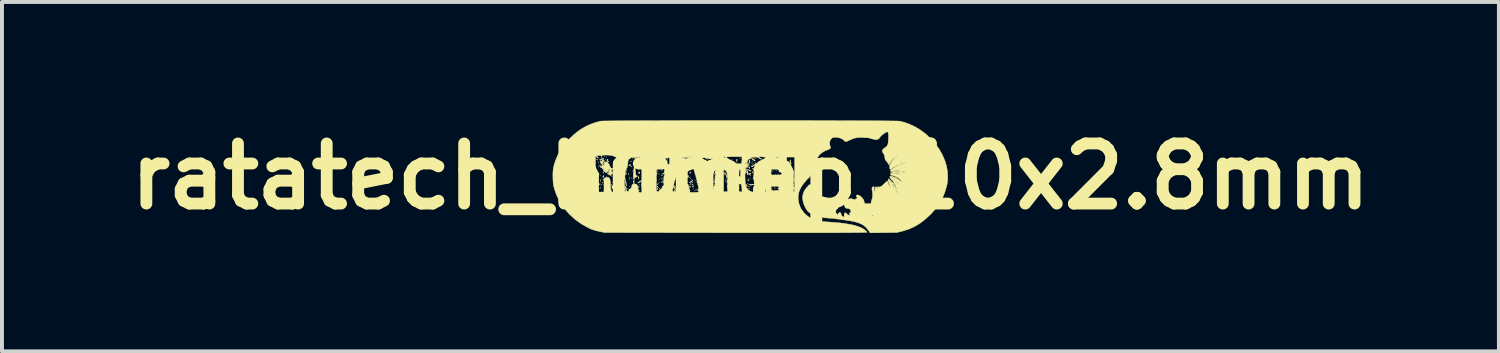
<source format=kicad_pcb>
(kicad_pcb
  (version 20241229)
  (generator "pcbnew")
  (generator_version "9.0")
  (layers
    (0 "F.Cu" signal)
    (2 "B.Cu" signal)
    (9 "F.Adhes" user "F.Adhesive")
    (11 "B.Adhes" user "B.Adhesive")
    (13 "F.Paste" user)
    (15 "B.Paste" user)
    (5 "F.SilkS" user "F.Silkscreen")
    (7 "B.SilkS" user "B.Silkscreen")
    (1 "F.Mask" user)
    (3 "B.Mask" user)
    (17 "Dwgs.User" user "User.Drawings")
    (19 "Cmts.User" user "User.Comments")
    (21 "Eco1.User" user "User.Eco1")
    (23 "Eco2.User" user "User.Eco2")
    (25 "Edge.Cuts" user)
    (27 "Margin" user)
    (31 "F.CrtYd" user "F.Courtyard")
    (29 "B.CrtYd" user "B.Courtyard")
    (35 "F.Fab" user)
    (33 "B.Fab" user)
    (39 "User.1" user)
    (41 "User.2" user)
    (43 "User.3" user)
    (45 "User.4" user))
  (footprint "ratatech_bitmap_10x2.8mm"
    (layer "F.Cu")
    (at 15.973 1.421)
    (property "Reference" "ratatech_bitmap_10x2.8mm" (at 0 0 0) (layer "F.SilkS") (effects (font (size 1.524 1.524) (thickness 0.3))))
    (attr through_hole)
    (fp_poly (pts (xy -3.908 -0.105) (xy -3.913 -0.1) (xy -3.918 -0.105) (xy -3.913 -0.11) (xy -3.908 -0.105)) (stroke (width 0.01) (type solid)) (fill yes) (layer "F.SilkS"))
    (fp_poly (pts (xy -3.898 -0.425) (xy -3.903 -0.42) (xy -3.908 -0.425) (xy -3.903 -0.43) (xy -3.898 -0.425)) (stroke (width 0.01) (type solid)) (fill yes) (layer "F.SilkS"))
    (fp_poly (pts (xy -3.898 0.295) (xy -3.903 0.3) (xy -3.908 0.295) (xy -3.903 0.29) (xy -3.898 0.295)) (stroke (width 0.01) (type solid)) (fill yes) (layer "F.SilkS"))
    (fp_poly (pts (xy -3.868 0.165) (xy -3.873 0.17) (xy -3.878 0.165) (xy -3.873 0.16) (xy -3.868 0.165)) (stroke (width 0.01) (type solid)) (fill yes) (layer "F.SilkS"))
    (fp_poly (pts (xy -3.848 -0.245) (xy -3.853 -0.24) (xy -3.858 -0.245) (xy -3.853 -0.25) (xy -3.848 -0.245)) (stroke (width 0.01) (type solid)) (fill yes) (layer "F.SilkS"))
    (fp_poly (pts (xy -3.848 0.025) (xy -3.853 0.03) (xy -3.858 0.025) (xy -3.853 0.02) (xy -3.848 0.025)) (stroke (width 0.01) (type solid)) (fill yes) (layer "F.SilkS"))
    (fp_poly (pts (xy -3.828 -0.055) (xy -3.833 -0.05) (xy -3.838 -0.055) (xy -3.833 -0.06) (xy -3.828 -0.055)) (stroke (width 0.01) (type solid)) (fill yes) (layer "F.SilkS"))
    (fp_poly (pts (xy -3.818 -0.435) (xy -3.823 -0.43) (xy -3.828 -0.435) (xy -3.823 -0.44) (xy -3.818 -0.435)) (stroke (width 0.01) (type solid)) (fill yes) (layer "F.SilkS"))
    (fp_poly (pts (xy -3.809 -0.285) (xy -3.813 -0.28) (xy -3.818 -0.285) (xy -3.813 -0.29) (xy -3.809 -0.285)) (stroke (width 0.01) (type solid)) (fill yes) (layer "F.SilkS"))
    (fp_poly (pts (xy -3.809 0.305) (xy -3.813 0.31) (xy -3.818 0.305) (xy -3.813 0.3) (xy -3.809 0.305)) (stroke (width 0.01) (type solid)) (fill yes) (layer "F.SilkS"))
    (fp_poly (pts (xy -3.799 -0.015) (xy -3.804 -0.01) (xy -3.809 -0.015) (xy -3.804 -0.02) (xy -3.799 -0.015)) (stroke (width 0.01) (type solid)) (fill yes) (layer "F.SilkS"))
    (fp_poly (pts (xy -3.799 0.075) (xy -3.804 0.08) (xy -3.809 0.075) (xy -3.804 0.07) (xy -3.799 0.075)) (stroke (width 0.01) (type solid)) (fill yes) (layer "F.SilkS"))
    (fp_poly (pts (xy -3.779 -0.485) (xy -3.784 -0.48) (xy -3.789 -0.485) (xy -3.784 -0.49) (xy -3.779 -0.485)) (stroke (width 0.01) (type solid)) (fill yes) (layer "F.SilkS"))
    (fp_poly (pts (xy -3.749 0.015) (xy -3.754 0.02) (xy -3.759 0.015) (xy -3.754 0.01) (xy -3.749 0.015)) (stroke (width 0.01) (type solid)) (fill yes) (layer "F.SilkS"))
    (fp_poly (pts (xy -3.729 -0.125) (xy -3.734 -0.12) (xy -3.739 -0.125) (xy -3.734 -0.13) (xy -3.729 -0.125)) (stroke (width 0.01) (type solid)) (fill yes) (layer "F.SilkS"))
    (fp_poly (pts (xy -3.729 0.215) (xy -3.734 0.22) (xy -3.739 0.215) (xy -3.734 0.21) (xy -3.729 0.215)) (stroke (width 0.01) (type solid)) (fill yes) (layer "F.SilkS"))
    (fp_poly (pts (xy -3.719 -0.425) (xy -3.724 -0.42) (xy -3.729 -0.425) (xy -3.724 -0.43) (xy -3.719 -0.425)) (stroke (width 0.01) (type solid)) (fill yes) (layer "F.SilkS"))
    (fp_poly (pts (xy -3.699 -0.505) (xy -3.704 -0.5) (xy -3.709 -0.505) (xy -3.704 -0.51) (xy -3.699 -0.505)) (stroke (width 0.01) (type solid)) (fill yes) (layer "F.SilkS"))
    (fp_poly (pts (xy -3.679 -0.385) (xy -3.684 -0.38) (xy -3.689 -0.385) (xy -3.684 -0.39) (xy -3.679 -0.385)) (stroke (width 0.01) (type solid)) (fill yes) (layer "F.SilkS"))
    (fp_poly (pts (xy -3.669 -0.425) (xy -3.674 -0.42) (xy -3.679 -0.425) (xy -3.674 -0.43) (xy -3.669 -0.425)) (stroke (width 0.01) (type solid)) (fill yes) (layer "F.SilkS"))
    (fp_poly (pts (xy -3.639 -0.495) (xy -3.644 -0.49) (xy -3.649 -0.495) (xy -3.644 -0.5) (xy -3.639 -0.495)) (stroke (width 0.01) (type solid)) (fill yes) (layer "F.SilkS"))
    (fp_poly (pts (xy -3.639 0.005) (xy -3.644 0.01) (xy -3.649 0.005) (xy -3.644 0) (xy -3.639 0.005)) (stroke (width 0.01) (type solid)) (fill yes) (layer "F.SilkS"))
    (fp_poly (pts (xy -3.489 0.145) (xy -3.494 0.15) (xy -3.499 0.145) (xy -3.494 0.14) (xy -3.489 0.145)) (stroke (width 0.01) (type solid)) (fill yes) (layer "F.SilkS"))
    (fp_poly (pts (xy -3.449 -0.165) (xy -3.454 -0.16) (xy -3.459 -0.165) (xy -3.454 -0.17) (xy -3.449 -0.165)) (stroke (width 0.01) (type solid)) (fill yes) (layer "F.SilkS"))
    (fp_poly (pts (xy -3.399 -0.205) (xy -3.404 -0.2) (xy -3.409 -0.205) (xy -3.404 -0.21) (xy -3.399 -0.205)) (stroke (width 0.01) (type solid)) (fill yes) (layer "F.SilkS"))
    (fp_poly (pts (xy -3.379 -0.265) (xy -3.384 -0.26) (xy -3.389 -0.265) (xy -3.384 -0.27) (xy -3.379 -0.265)) (stroke (width 0.01) (type solid)) (fill yes) (layer "F.SilkS"))
    (fp_poly (pts (xy -3.139 -0.105) (xy -3.144 -0.1) (xy -3.149 -0.105) (xy -3.144 -0.11) (xy -3.139 -0.105)) (stroke (width 0.01) (type solid)) (fill yes) (layer "F.SilkS"))
    (fp_poly (pts (xy -3.099 0.305) (xy -3.104 0.31) (xy -3.109 0.305) (xy -3.104 0.3) (xy -3.099 0.305)) (stroke (width 0.01) (type solid)) (fill yes) (layer "F.SilkS"))
    (fp_poly (pts (xy -3.059 0.035) (xy -3.064 0.04) (xy -3.069 0.035) (xy -3.064 0.03) (xy -3.059 0.035)) (stroke (width 0.01) (type solid)) (fill yes) (layer "F.SilkS"))
    (fp_poly (pts (xy -3.059 0.255) (xy -3.064 0.26) (xy -3.069 0.255) (xy -3.064 0.25) (xy -3.059 0.255)) (stroke (width 0.01) (type solid)) (fill yes) (layer "F.SilkS"))
    (fp_poly (pts (xy -2.989 -0.135) (xy -2.994 -0.13) (xy -2.999 -0.135) (xy -2.994 -0.14) (xy -2.989 -0.135)) (stroke (width 0.01) (type solid)) (fill yes) (layer "F.SilkS"))
    (fp_poly (pts (xy -2.979 -0.445) (xy -2.984 -0.44) (xy -2.989 -0.445) (xy -2.984 -0.45) (xy -2.979 -0.445)) (stroke (width 0.01) (type solid)) (fill yes) (layer "F.SilkS"))
    (fp_poly (pts (xy -2.849 -0.225) (xy -2.854 -0.22) (xy -2.859 -0.225) (xy -2.854 -0.23) (xy -2.849 -0.225)) (stroke (width 0.01) (type solid)) (fill yes) (layer "F.SilkS"))
    (fp_poly (pts (xy -2.829 -0.375) (xy -2.834 -0.37) (xy -2.839 -0.375) (xy -2.834 -0.38) (xy -2.829 -0.375)) (stroke (width 0.01) (type solid)) (fill yes) (layer "F.SilkS"))
    (fp_poly (pts (xy -2.829 0.295) (xy -2.834 0.3) (xy -2.839 0.295) (xy -2.834 0.29) (xy -2.829 0.295)) (stroke (width 0.01) (type solid)) (fill yes) (layer "F.SilkS"))
    (fp_poly (pts (xy -2.799 0.215) (xy -2.804 0.22) (xy -2.809 0.215) (xy -2.804 0.21) (xy -2.799 0.215)) (stroke (width 0.01) (type solid)) (fill yes) (layer "F.SilkS"))
    (fp_poly (pts (xy -2.719 0.365) (xy -2.724 0.37) (xy -2.729 0.365) (xy -2.724 0.36) (xy -2.719 0.365)) (stroke (width 0.01) (type solid)) (fill yes) (layer "F.SilkS"))
    (fp_poly (pts (xy -2.699 0.095) (xy -2.704 0.1) (xy -2.709 0.095) (xy -2.704 0.09) (xy -2.699 0.095)) (stroke (width 0.01) (type solid)) (fill yes) (layer "F.SilkS"))
    (fp_poly (pts (xy -2.679 0.345) (xy -2.684 0.35) (xy -2.689 0.345) (xy -2.684 0.34) (xy -2.679 0.345)) (stroke (width 0.01) (type solid)) (fill yes) (layer "F.SilkS"))
    (fp_poly (pts (xy -2.369 -0.235) (xy -2.374 -0.23) (xy -2.379 -0.235) (xy -2.374 -0.24) (xy -2.369 -0.235)) (stroke (width 0.01) (type solid)) (fill yes) (layer "F.SilkS"))
    (fp_poly (pts (xy -2.349 -0.135) (xy -2.354 -0.13) (xy -2.359 -0.135) (xy -2.354 -0.14) (xy -2.349 -0.135)) (stroke (width 0.01) (type solid)) (fill yes) (layer "F.SilkS"))
    (fp_poly (pts (xy -2.339 -0.115) (xy -2.344 -0.11) (xy -2.349 -0.115) (xy -2.344 -0.12) (xy -2.339 -0.115)) (stroke (width 0.01) (type solid)) (fill yes) (layer "F.SilkS"))
    (fp_poly (pts (xy -2.329 -0.275) (xy -2.334 -0.27) (xy -2.339 -0.275) (xy -2.334 -0.28) (xy -2.329 -0.275)) (stroke (width 0.01) (type solid)) (fill yes) (layer "F.SilkS"))
    (fp_poly (pts (xy -2.329 0.175) (xy -2.334 0.18) (xy -2.339 0.175) (xy -2.334 0.17) (xy -2.329 0.175)) (stroke (width 0.01) (type solid)) (fill yes) (layer "F.SilkS"))
    (fp_poly (pts (xy -2.329 0.275) (xy -2.334 0.28) (xy -2.339 0.275) (xy -2.334 0.27) (xy -2.329 0.275)) (stroke (width 0.01) (type solid)) (fill yes) (layer "F.SilkS"))
    (fp_poly (pts (xy -2.309 0.075) (xy -2.314 0.08) (xy -2.319 0.075) (xy -2.314 0.07) (xy -2.309 0.075)) (stroke (width 0.01) (type solid)) (fill yes) (layer "F.SilkS"))
    (fp_poly (pts (xy -2.309 0.145) (xy -2.314 0.15) (xy -2.319 0.145) (xy -2.314 0.14) (xy -2.309 0.145)) (stroke (width 0.01) (type solid)) (fill yes) (layer "F.SilkS"))
    (fp_poly (pts (xy -2.299 -0.055) (xy -2.304 -0.05) (xy -2.309 -0.055) (xy -2.304 -0.06) (xy -2.299 -0.055)) (stroke (width 0.01) (type solid)) (fill yes) (layer "F.SilkS"))
    (fp_poly (pts (xy -2.289 -0.405) (xy -2.294 -0.4) (xy -2.299 -0.405) (xy -2.294 -0.41) (xy -2.289 -0.405)) (stroke (width 0.01) (type solid)) (fill yes) (layer "F.SilkS"))
    (fp_poly (pts (xy -2.289 -0.245) (xy -2.294 -0.24) (xy -2.299 -0.245) (xy -2.294 -0.25) (xy -2.289 -0.245)) (stroke (width 0.01) (type solid)) (fill yes) (layer "F.SilkS"))
    (fp_poly (pts (xy -2.249 -0.335) (xy -2.254 -0.33) (xy -2.259 -0.335) (xy -2.254 -0.34) (xy -2.249 -0.335)) (stroke (width 0.01) (type solid)) (fill yes) (layer "F.SilkS"))
    (fp_poly (pts (xy -2.229 -0.175) (xy -2.234 -0.17) (xy -2.239 -0.175) (xy -2.234 -0.18) (xy -2.229 -0.175)) (stroke (width 0.01) (type solid)) (fill yes) (layer "F.SilkS"))
    (fp_poly (pts (xy -2.219 -0.035) (xy -2.224 -0.03) (xy -2.229 -0.035) (xy -2.224 -0.04) (xy -2.219 -0.035)) (stroke (width 0.01) (type solid)) (fill yes) (layer "F.SilkS"))
    (fp_poly (pts (xy -2.109 -0.385) (xy -2.114 -0.38) (xy -2.119 -0.385) (xy -2.114 -0.39) (xy -2.109 -0.385)) (stroke (width 0.01) (type solid)) (fill yes) (layer "F.SilkS"))
    (fp_poly (pts (xy -2.109 -0.355) (xy -2.114 -0.35) (xy -2.119 -0.355) (xy -2.114 -0.36) (xy -2.109 -0.355)) (stroke (width 0.01) (type solid)) (fill yes) (layer "F.SilkS"))
    (fp_poly (pts (xy -2.089 -0.415) (xy -2.094 -0.41) (xy -2.099 -0.415) (xy -2.094 -0.42) (xy -2.089 -0.415)) (stroke (width 0.01) (type solid)) (fill yes) (layer "F.SilkS"))
    (fp_poly (pts (xy -1.849 -0.065) (xy -1.854 -0.06) (xy -1.859 -0.065) (xy -1.854 -0.07) (xy -1.849 -0.065)) (stroke (width 0.01) (type solid)) (fill yes) (layer "F.SilkS"))
    (fp_poly (pts (xy -1.849 0.035) (xy -1.854 0.04) (xy -1.859 0.035) (xy -1.854 0.03) (xy -1.849 0.035)) (stroke (width 0.01) (type solid)) (fill yes) (layer "F.SilkS"))
    (fp_poly (pts (xy -1.779 0.255) (xy -1.784 0.26) (xy -1.789 0.255) (xy -1.784 0.25) (xy -1.779 0.255)) (stroke (width 0.01) (type solid)) (fill yes) (layer "F.SilkS"))
    (fp_poly (pts (xy -1.769 -0.035) (xy -1.774 -0.03) (xy -1.779 -0.035) (xy -1.774 -0.04) (xy -1.769 -0.035)) (stroke (width 0.01) (type solid)) (fill yes) (layer "F.SilkS"))
    (fp_poly (pts (xy -1.769 -0.015) (xy -1.774 -0.01) (xy -1.779 -0.015) (xy -1.774 -0.02) (xy -1.769 -0.015)) (stroke (width 0.01) (type solid)) (fill yes) (layer "F.SilkS"))
    (fp_poly (pts (xy -1.759 0.045) (xy -1.764 0.05) (xy -1.769 0.045) (xy -1.764 0.04) (xy -1.759 0.045)) (stroke (width 0.01) (type solid)) (fill yes) (layer "F.SilkS"))
    (fp_poly (pts (xy -1.759 0.135) (xy -1.764 0.14) (xy -1.769 0.135) (xy -1.764 0.13) (xy -1.759 0.135)) (stroke (width 0.01) (type solid)) (fill yes) (layer "F.SilkS"))
    (fp_poly (pts (xy -1.759 0.185) (xy -1.764 0.19) (xy -1.769 0.185) (xy -1.764 0.18) (xy -1.759 0.185)) (stroke (width 0.01) (type solid)) (fill yes) (layer "F.SilkS"))
    (fp_poly (pts (xy -1.689 -0.125) (xy -1.694 -0.12) (xy -1.699 -0.125) (xy -1.694 -0.13) (xy -1.689 -0.125)) (stroke (width 0.01) (type solid)) (fill yes) (layer "F.SilkS"))
    (fp_poly (pts (xy -1.679 -0.445) (xy -1.684 -0.44) (xy -1.689 -0.445) (xy -1.684 -0.45) (xy -1.679 -0.445)) (stroke (width 0.01) (type solid)) (fill yes) (layer "F.SilkS"))
    (fp_poly (pts (xy -1.579 -0.405) (xy -1.584 -0.4) (xy -1.589 -0.405) (xy -1.584 -0.41) (xy -1.579 -0.405)) (stroke (width 0.01) (type solid)) (fill yes) (layer "F.SilkS"))
    (fp_poly (pts (xy -1.569 -0.025) (xy -1.574 -0.02) (xy -1.579 -0.025) (xy -1.574 -0.03) (xy -1.569 -0.025)) (stroke (width 0.01) (type solid)) (fill yes) (layer "F.SilkS"))
    (fp_poly (pts (xy -1.569 0.035) (xy -1.574 0.04) (xy -1.579 0.035) (xy -1.574 0.03) (xy -1.569 0.035)) (stroke (width 0.01) (type solid)) (fill yes) (layer "F.SilkS"))
    (fp_poly (pts (xy -1.539 -0.225) (xy -1.544 -0.22) (xy -1.549 -0.225) (xy -1.544 -0.23) (xy -1.539 -0.225)) (stroke (width 0.01) (type solid)) (fill yes) (layer "F.SilkS"))
    (fp_poly (pts (xy -1.539 -0.195) (xy -1.544 -0.19) (xy -1.549 -0.195) (xy -1.544 -0.2) (xy -1.539 -0.195)) (stroke (width 0.01) (type solid)) (fill yes) (layer "F.SilkS"))
    (fp_poly (pts (xy -1.529 0.215) (xy -1.534 0.22) (xy -1.539 0.215) (xy -1.534 0.21) (xy -1.529 0.215)) (stroke (width 0.01) (type solid)) (fill yes) (layer "F.SilkS"))
    (fp_poly (pts (xy -1.519 0.045) (xy -1.524 0.05) (xy -1.529 0.045) (xy -1.524 0.04) (xy -1.519 0.045)) (stroke (width 0.01) (type solid)) (fill yes) (layer "F.SilkS"))
    (fp_poly (pts (xy -1.509 0.185) (xy -1.514 0.19) (xy -1.519 0.185) (xy -1.514 0.18) (xy -1.509 0.185)) (stroke (width 0.01) (type solid)) (fill yes) (layer "F.SilkS"))
    (fp_poly (pts (xy -1.509 0.215) (xy -1.514 0.22) (xy -1.519 0.215) (xy -1.514 0.21) (xy -1.509 0.215)) (stroke (width 0.01) (type solid)) (fill yes) (layer "F.SilkS"))
    (fp_poly (pts (xy -1.499 0.165) (xy -1.504 0.17) (xy -1.509 0.165) (xy -1.504 0.16) (xy -1.499 0.165)) (stroke (width 0.01) (type solid)) (fill yes) (layer "F.SilkS"))
    (fp_poly (pts (xy -1.489 0.075) (xy -1.494 0.08) (xy -1.499 0.075) (xy -1.494 0.07) (xy -1.489 0.075)) (stroke (width 0.01) (type solid)) (fill yes) (layer "F.SilkS"))
    (fp_poly (pts (xy -1.479 0.195) (xy -1.484 0.2) (xy -1.489 0.195) (xy -1.484 0.19) (xy -1.479 0.195)) (stroke (width 0.01) (type solid)) (fill yes) (layer "F.SilkS"))
    (fp_poly (pts (xy -1.439 0.225) (xy -1.444 0.23) (xy -1.449 0.225) (xy -1.444 0.22) (xy -1.439 0.225)) (stroke (width 0.01) (type solid)) (fill yes) (layer "F.SilkS"))
    (fp_poly (pts (xy -1.439 0.315) (xy -1.444 0.32) (xy -1.449 0.315) (xy -1.444 0.31) (xy -1.439 0.315)) (stroke (width 0.01) (type solid)) (fill yes) (layer "F.SilkS"))
    (fp_poly (pts (xy -1.419 0.365) (xy -1.424 0.37) (xy -1.429 0.365) (xy -1.424 0.36) (xy -1.419 0.365)) (stroke (width 0.01) (type solid)) (fill yes) (layer "F.SilkS"))
    (fp_poly (pts (xy -1.399 0.095) (xy -1.404 0.1) (xy -1.409 0.095) (xy -1.404 0.09) (xy -1.399 0.095)) (stroke (width 0.01) (type solid)) (fill yes) (layer "F.SilkS"))
    (fp_poly (pts (xy -1.389 0.345) (xy -1.394 0.35) (xy -1.399 0.345) (xy -1.394 0.34) (xy -1.389 0.345)) (stroke (width 0.01) (type solid)) (fill yes) (layer "F.SilkS"))
    (fp_poly (pts (xy -1.369 0.155) (xy -1.374 0.16) (xy -1.379 0.155) (xy -1.374 0.15) (xy -1.369 0.155)) (stroke (width 0.01) (type solid)) (fill yes) (layer "F.SilkS"))
    (fp_poly (pts (xy -1.359 0.325) (xy -1.364 0.33) (xy -1.369 0.325) (xy -1.364 0.32) (xy -1.359 0.325)) (stroke (width 0.01) (type solid)) (fill yes) (layer "F.SilkS"))
    (fp_poly (pts (xy -1.07 -0.425) (xy -1.075 -0.42) (xy -1.08 -0.425) (xy -1.075 -0.43) (xy -1.07 -0.425)) (stroke (width 0.01) (type solid)) (fill yes) (layer "F.SilkS"))
    (fp_poly (pts (xy -1.07 -0.235) (xy -1.075 -0.23) (xy -1.08 -0.235) (xy -1.075 -0.24) (xy -1.07 -0.235)) (stroke (width 0.01) (type solid)) (fill yes) (layer "F.SilkS"))
    (fp_poly (pts (xy -1.07 -0.215) (xy -1.075 -0.21) (xy -1.08 -0.215) (xy -1.075 -0.22) (xy -1.07 -0.215)) (stroke (width 0.01) (type solid)) (fill yes) (layer "F.SilkS"))
    (fp_poly (pts (xy -1.06 -0.405) (xy -1.065 -0.4) (xy -1.07 -0.405) (xy -1.065 -0.41) (xy -1.06 -0.405)) (stroke (width 0.01) (type solid)) (fill yes) (layer "F.SilkS"))
    (fp_poly (pts (xy -1.05 -0.195) (xy -1.055 -0.19) (xy -1.06 -0.195) (xy -1.055 -0.2) (xy -1.05 -0.195)) (stroke (width 0.01) (type solid)) (fill yes) (layer "F.SilkS"))
    (fp_poly (pts (xy -1.03 -0.225) (xy -1.035 -0.22) (xy -1.04 -0.225) (xy -1.035 -0.23) (xy -1.03 -0.225)) (stroke (width 0.01) (type solid)) (fill yes) (layer "F.SilkS"))
    (fp_poly (pts (xy -1.01 -0.095) (xy -1.015 -0.09) (xy -1.02 -0.095) (xy -1.015 -0.1) (xy -1.01 -0.095)) (stroke (width 0.01) (type solid)) (fill yes) (layer "F.SilkS"))
    (fp_poly (pts (xy -1 -0.065) (xy -1.005 -0.06) (xy -1.01 -0.065) (xy -1.005 -0.07) (xy -1 -0.065)) (stroke (width 0.01) (type solid)) (fill yes) (layer "F.SilkS"))
    (fp_poly (pts (xy -1 0.085) (xy -1.005 0.09) (xy -1.01 0.085) (xy -1.005 0.08) (xy -1 0.085)) (stroke (width 0.01) (type solid)) (fill yes) (layer "F.SilkS"))
    (fp_poly (pts (xy -1 0.265) (xy -1.005 0.27) (xy -1.01 0.265) (xy -1.005 0.26) (xy -1 0.265)) (stroke (width 0.01) (type solid)) (fill yes) (layer "F.SilkS"))
    (fp_poly (pts (xy -0.98 -0.345) (xy -0.985 -0.34) (xy -0.99 -0.345) (xy -0.985 -0.35) (xy -0.98 -0.345)) (stroke (width 0.01) (type solid)) (fill yes) (layer "F.SilkS"))
    (fp_poly (pts (xy -0.96 0.275) (xy -0.965 0.28) (xy -0.97 0.275) (xy -0.965 0.27) (xy -0.96 0.275)) (stroke (width 0.01) (type solid)) (fill yes) (layer "F.SilkS"))
    (fp_poly (pts (xy -0.95 -0.145) (xy -0.955 -0.14) (xy -0.96 -0.145) (xy -0.955 -0.15) (xy -0.95 -0.145)) (stroke (width 0.01) (type solid)) (fill yes) (layer "F.SilkS"))
    (fp_poly (pts (xy -0.95 -0.095) (xy -0.955 -0.09) (xy -0.96 -0.095) (xy -0.955 -0.1) (xy -0.95 -0.095)) (stroke (width 0.01) (type solid)) (fill yes) (layer "F.SilkS"))
    (fp_poly (pts (xy -0.95 0.015) (xy -0.955 0.02) (xy -0.96 0.015) (xy -0.955 0.01) (xy -0.95 0.015)) (stroke (width 0.01) (type solid)) (fill yes) (layer "F.SilkS"))
    (fp_poly (pts (xy -0.95 0.195) (xy -0.955 0.2) (xy -0.96 0.195) (xy -0.955 0.19) (xy -0.95 0.195)) (stroke (width 0.01) (type solid)) (fill yes) (layer "F.SilkS"))
    (fp_poly (pts (xy -0.92 -0.415) (xy -0.925 -0.41) (xy -0.93 -0.415) (xy -0.925 -0.42) (xy -0.92 -0.415)) (stroke (width 0.01) (type solid)) (fill yes) (layer "F.SilkS"))
    (fp_poly (pts (xy -0.92 -0.255) (xy -0.925 -0.25) (xy -0.93 -0.255) (xy -0.925 -0.26) (xy -0.92 -0.255)) (stroke (width 0.01) (type solid)) (fill yes) (layer "F.SilkS"))
    (fp_poly (pts (xy -0.92 -0.035) (xy -0.925 -0.03) (xy -0.93 -0.035) (xy -0.925 -0.04) (xy -0.92 -0.035)) (stroke (width 0.01) (type solid)) (fill yes) (layer "F.SilkS"))
    (fp_poly (pts (xy -0.92 0.075) (xy -0.925 0.08) (xy -0.93 0.075) (xy -0.925 0.07) (xy -0.92 0.075)) (stroke (width 0.01) (type solid)) (fill yes) (layer "F.SilkS"))
    (fp_poly (pts (xy -0.92 0.115) (xy -0.925 0.12) (xy -0.93 0.115) (xy -0.925 0.11) (xy -0.92 0.115)) (stroke (width 0.01) (type solid)) (fill yes) (layer "F.SilkS"))
    (fp_poly (pts (xy -0.92 0.205) (xy -0.925 0.21) (xy -0.93 0.205) (xy -0.925 0.2) (xy -0.92 0.205)) (stroke (width 0.01) (type solid)) (fill yes) (layer "F.SilkS"))
    (fp_poly (pts (xy -0.8 -0.445) (xy -0.805 -0.44) (xy -0.81 -0.445) (xy -0.805 -0.45) (xy -0.8 -0.445)) (stroke (width 0.01) (type solid)) (fill yes) (layer "F.SilkS"))
    (fp_poly (pts (xy -0.78 -0.315) (xy -0.785 -0.31) (xy -0.79 -0.315) (xy -0.785 -0.32) (xy -0.78 -0.315)) (stroke (width 0.01) (type solid)) (fill yes) (layer "F.SilkS"))
    (fp_poly (pts (xy -0.66 -0.445) (xy -0.665 -0.44) (xy -0.67 -0.445) (xy -0.665 -0.45) (xy -0.66 -0.445)) (stroke (width 0.01) (type solid)) (fill yes) (layer "F.SilkS"))
    (fp_poly (pts (xy -0.66 -0.085) (xy -0.665 -0.08) (xy -0.67 -0.085) (xy -0.665 -0.09) (xy -0.66 -0.085)) (stroke (width 0.01) (type solid)) (fill yes) (layer "F.SilkS"))
    (fp_poly (pts (xy -0.64 -0.155) (xy -0.645 -0.15) (xy -0.65 -0.155) (xy -0.645 -0.16) (xy -0.64 -0.155)) (stroke (width 0.01) (type solid)) (fill yes) (layer "F.SilkS"))
    (fp_poly (pts (xy -0.63 -0.035) (xy -0.635 -0.03) (xy -0.64 -0.035) (xy -0.635 -0.04) (xy -0.63 -0.035)) (stroke (width 0.01) (type solid)) (fill yes) (layer "F.SilkS"))
    (fp_poly (pts (xy -0.62 0.085) (xy -0.625 0.09) (xy -0.63 0.085) (xy -0.625 0.08) (xy -0.62 0.085)) (stroke (width 0.01) (type solid)) (fill yes) (layer "F.SilkS"))
    (fp_poly (pts (xy -0.59 -0.375) (xy -0.595 -0.37) (xy -0.6 -0.375) (xy -0.595 -0.38) (xy -0.59 -0.375)) (stroke (width 0.01) (type solid)) (fill yes) (layer "F.SilkS"))
    (fp_poly (pts (xy -0.56 0.215) (xy -0.565 0.22) (xy -0.57 0.215) (xy -0.565 0.21) (xy -0.56 0.215)) (stroke (width 0.01) (type solid)) (fill yes) (layer "F.SilkS"))
    (fp_poly (pts (xy -0.52 0.295) (xy -0.525 0.3) (xy -0.53 0.295) (xy -0.525 0.29) (xy -0.52 0.295)) (stroke (width 0.01) (type solid)) (fill yes) (layer "F.SilkS"))
    (fp_poly (pts (xy -0.47 -0.125) (xy -0.475 -0.12) (xy -0.48 -0.125) (xy -0.475 -0.13) (xy -0.47 -0.125)) (stroke (width 0.01) (type solid)) (fill yes) (layer "F.SilkS"))
    (fp_poly (pts (xy -0.46 -0.425) (xy -0.465 -0.42) (xy -0.47 -0.425) (xy -0.465 -0.43) (xy -0.46 -0.425)) (stroke (width 0.01) (type solid)) (fill yes) (layer "F.SilkS"))
    (fp_poly (pts (xy -0.42 0.215) (xy -0.425 0.22) (xy -0.43 0.215) (xy -0.425 0.21) (xy -0.42 0.215)) (stroke (width 0.01) (type solid)) (fill yes) (layer "F.SilkS"))
    (fp_poly (pts (xy -0.38 -0.345) (xy -0.385 -0.34) (xy -0.39 -0.345) (xy -0.385 -0.35) (xy -0.38 -0.345)) (stroke (width 0.01) (type solid)) (fill yes) (layer "F.SilkS"))
    (fp_poly (pts (xy -0.35 -0.435) (xy -0.355 -0.43) (xy -0.36 -0.435) (xy -0.355 -0.44) (xy -0.35 -0.435)) (stroke (width 0.01) (type solid)) (fill yes) (layer "F.SilkS"))
    (fp_poly (pts (xy -0.33 -0.335) (xy -0.335 -0.33) (xy -0.34 -0.335) (xy -0.335 -0.34) (xy -0.33 -0.335)) (stroke (width 0.01) (type solid)) (fill yes) (layer "F.SilkS"))
    (fp_poly (pts (xy -0.29 0.275) (xy -0.295 0.28) (xy -0.3 0.275) (xy -0.295 0.27) (xy -0.29 0.275)) (stroke (width 0.01) (type solid)) (fill yes) (layer "F.SilkS"))
    (fp_poly (pts (xy -0.27 -0.135) (xy -0.275 -0.13) (xy -0.28 -0.135) (xy -0.275 -0.14) (xy -0.27 -0.135)) (stroke (width 0.01) (type solid)) (fill yes) (layer "F.SilkS"))
    (fp_poly (pts (xy -0.07 0.185) (xy -0.075 0.19) (xy -0.08 0.185) (xy -0.075 0.18) (xy -0.07 0.185)) (stroke (width 0.01) (type solid)) (fill yes) (layer "F.SilkS"))
    (fp_poly (pts (xy -0.04 0.045) (xy -0.045 0.05) (xy -0.05 0.045) (xy -0.045 0.04) (xy -0.04 0.045)) (stroke (width 0.01) (type solid)) (fill yes) (layer "F.SilkS"))
    (fp_poly (pts (xy -0.04 0.195) (xy -0.045 0.2) (xy -0.05 0.195) (xy -0.045 0.19) (xy -0.04 0.195)) (stroke (width 0.01) (type solid)) (fill yes) (layer "F.SilkS"))
    (fp_poly (pts (xy 0 0.065) (xy -0.005 0.07) (xy -0.01 0.065) (xy -0.005 0.06) (xy 0 0.065)) (stroke (width 0.01) (type solid)) (fill yes) (layer "F.SilkS"))
    (fp_poly (pts (xy 0.02 -0.345) (xy 0.015 -0.34) (xy 0.01 -0.345) (xy 0.015 -0.35) (xy 0.02 -0.345)) (stroke (width 0.01) (type solid)) (fill yes) (layer "F.SilkS"))
    (fp_poly (pts (xy 0.05 -0.385) (xy 0.045 -0.38) (xy 0.04 -0.385) (xy 0.045 -0.39) (xy 0.05 -0.385)) (stroke (width 0.01) (type solid)) (fill yes) (layer "F.SilkS"))
    (fp_poly (pts (xy 0.11 0.245) (xy 0.105 0.25) (xy 0.1 0.245) (xy 0.105 0.24) (xy 0.11 0.245)) (stroke (width 0.01) (type solid)) (fill yes) (layer "F.SilkS"))
    (fp_poly (pts (xy 0.13 -0.345) (xy 0.125 -0.34) (xy 0.12 -0.345) (xy 0.125 -0.35) (xy 0.13 -0.345)) (stroke (width 0.01) (type solid)) (fill yes) (layer "F.SilkS"))
    (fp_poly (pts (xy 0.17 0.275) (xy 0.165 0.28) (xy 0.16 0.275) (xy 0.165 0.27) (xy 0.17 0.275)) (stroke (width 0.01) (type solid)) (fill yes) (layer "F.SilkS"))
    (fp_poly (pts (xy 0.21 0.395) (xy 0.205 0.4) (xy 0.2 0.395) (xy 0.205 0.39) (xy 0.21 0.395)) (stroke (width 0.01) (type solid)) (fill yes) (layer "F.SilkS"))
    (fp_poly (pts (xy 0.23 -0.355) (xy 0.225 -0.35) (xy 0.22 -0.355) (xy 0.225 -0.36) (xy 0.23 -0.355)) (stroke (width 0.01) (type solid)) (fill yes) (layer "F.SilkS"))
    (fp_poly (pts (xy 0.34 0.325) (xy 0.335 0.33) (xy 0.33 0.325) (xy 0.335 0.32) (xy 0.34 0.325)) (stroke (width 0.01) (type solid)) (fill yes) (layer "F.SilkS"))
    (fp_poly (pts (xy 0.35 -0.345) (xy 0.345 -0.34) (xy 0.34 -0.345) (xy 0.345 -0.35) (xy 0.35 -0.345)) (stroke (width 0.01) (type solid)) (fill yes) (layer "F.SilkS"))
    (fp_poly (pts (xy 0.56 -0.195) (xy 0.555 -0.19) (xy 0.55 -0.195) (xy 0.555 -0.2) (xy 0.56 -0.195)) (stroke (width 0.01) (type solid)) (fill yes) (layer "F.SilkS"))
    (fp_poly (pts (xy 0.56 0.325) (xy 0.555 0.33) (xy 0.55 0.325) (xy 0.555 0.32) (xy 0.56 0.325)) (stroke (width 0.01) (type solid)) (fill yes) (layer "F.SilkS"))
    (fp_poly (pts (xy 0.59 -0.175) (xy 0.585 -0.17) (xy 0.58 -0.175) (xy 0.585 -0.18) (xy 0.59 -0.175)) (stroke (width 0.01) (type solid)) (fill yes) (layer "F.SilkS"))
    (fp_poly (pts (xy 0.59 0.055) (xy 0.585 0.06) (xy 0.58 0.055) (xy 0.585 0.05) (xy 0.59 0.055)) (stroke (width 0.01) (type solid)) (fill yes) (layer "F.SilkS"))
    (fp_poly (pts (xy 0.62 0.275) (xy 0.615 0.28) (xy 0.61 0.275) (xy 0.615 0.27) (xy 0.62 0.275)) (stroke (width 0.01) (type solid)) (fill yes) (layer "F.SilkS"))
    (fp_poly (pts (xy 0.63 0.315) (xy 0.625 0.32) (xy 0.62 0.315) (xy 0.625 0.31) (xy 0.63 0.315)) (stroke (width 0.01) (type solid)) (fill yes) (layer "F.SilkS"))
    (fp_poly (pts (xy 0.64 0.155) (xy 0.635 0.16) (xy 0.63 0.155) (xy 0.635 0.15) (xy 0.64 0.155)) (stroke (width 0.01) (type solid)) (fill yes) (layer "F.SilkS"))
    (fp_poly (pts (xy 0.65 -0.245) (xy 0.645 -0.24) (xy 0.64 -0.245) (xy 0.645 -0.25) (xy 0.65 -0.245)) (stroke (width 0.01) (type solid)) (fill yes) (layer "F.SilkS"))
    (fp_poly (pts (xy 0.65 -0.205) (xy 0.645 -0.2) (xy 0.64 -0.205) (xy 0.645 -0.21) (xy 0.65 -0.205)) (stroke (width 0.01) (type solid)) (fill yes) (layer "F.SilkS"))
    (fp_poly (pts (xy 0.65 -0.165) (xy 0.645 -0.16) (xy 0.64 -0.165) (xy 0.645 -0.17) (xy 0.65 -0.165)) (stroke (width 0.01) (type solid)) (fill yes) (layer "F.SilkS"))
    (fp_poly (pts (xy 0.65 -0.055) (xy 0.645 -0.05) (xy 0.64 -0.055) (xy 0.645 -0.06) (xy 0.65 -0.055)) (stroke (width 0.01) (type solid)) (fill yes) (layer "F.SilkS"))
    (fp_poly (pts (xy 0.66 -0.145) (xy 0.655 -0.14) (xy 0.65 -0.145) (xy 0.655 -0.15) (xy 0.66 -0.145)) (stroke (width 0.01) (type solid)) (fill yes) (layer "F.SilkS"))
    (fp_poly (pts (xy 0.68 -0.205) (xy 0.675 -0.2) (xy 0.67 -0.205) (xy 0.675 -0.21) (xy 0.68 -0.205)) (stroke (width 0.01) (type solid)) (fill yes) (layer "F.SilkS"))
    (fp_poly (pts (xy 0.69 -0.465) (xy 0.685 -0.46) (xy 0.68 -0.465) (xy 0.685 -0.47) (xy 0.69 -0.465)) (stroke (width 0.01) (type solid)) (fill yes) (layer "F.SilkS"))
    (fp_poly (pts (xy 0.71 0.135) (xy 0.705 0.14) (xy 0.7 0.135) (xy 0.705 0.13) (xy 0.71 0.135)) (stroke (width 0.01) (type solid)) (fill yes) (layer "F.SilkS"))
    (fp_poly (pts (xy 0.72 -0.055) (xy 0.715 -0.05) (xy 0.71 -0.055) (xy 0.715 -0.06) (xy 0.72 -0.055)) (stroke (width 0.01) (type solid)) (fill yes) (layer "F.SilkS"))
    (fp_poly (pts (xy 0.92 -0.005) (xy 0.915 0) (xy 0.91 -0.005) (xy 0.915 -0.01) (xy 0.92 -0.005)) (stroke (width 0.01) (type solid)) (fill yes) (layer "F.SilkS"))
    (fp_poly (pts (xy 0.98 0.095) (xy 0.975 0.1) (xy 0.97 0.095) (xy 0.975 0.09) (xy 0.98 0.095)) (stroke (width 0.01) (type solid)) (fill yes) (layer "F.SilkS"))
    (fp_poly (pts (xy 0.99 -0.265) (xy 0.985 -0.26) (xy 0.98 -0.265) (xy 0.985 -0.27) (xy 0.99 -0.265)) (stroke (width 0.01) (type solid)) (fill yes) (layer "F.SilkS"))
    (fp_poly (pts (xy 1.07 0.285) (xy 1.065 0.29) (xy 1.06 0.285) (xy 1.065 0.28) (xy 1.07 0.285)) (stroke (width 0.01) (type solid)) (fill yes) (layer "F.SilkS"))
    (fp_poly (pts (xy 1.08 -0.095) (xy 1.075 -0.09) (xy 1.07 -0.095) (xy 1.075 -0.1) (xy 1.08 -0.095)) (stroke (width 0.01) (type solid)) (fill yes) (layer "F.SilkS"))
    (fp_poly (pts (xy 1.09 -0.065) (xy 1.085 -0.06) (xy 1.08 -0.065) (xy 1.085 -0.07) (xy 1.09 -0.065)) (stroke (width 0.01) (type solid)) (fill yes) (layer "F.SilkS"))
    (fp_poly (pts (xy 1.1 -0.105) (xy 1.095 -0.1) (xy 1.09 -0.105) (xy 1.095 -0.11) (xy 1.1 -0.105)) (stroke (width 0.01) (type solid)) (fill yes) (layer "F.SilkS"))
    (fp_poly (pts (xy 3.559 0.095) (xy 3.554 0.1) (xy 3.549 0.095) (xy 3.554 0.09) (xy 3.559 0.095)) (stroke (width 0.01) (type solid)) (fill yes) (layer "F.SilkS"))
    (fp_poly (pts (xy 3.579 0.115) (xy 3.574 0.12) (xy 3.569 0.115) (xy 3.574 0.11) (xy 3.579 0.115)) (stroke (width 0.01) (type solid)) (fill yes) (layer "F.SilkS"))
    (fp_poly (pts (xy -3.892 0.223) (xy -3.893 0.229) (xy -3.898 0.23) (xy -3.907 0.226) (xy -3.905 0.223) (xy -3.893 0.222) (xy -3.892 0.223)) (stroke (width 0.01) (type solid)) (fill yes) (layer "F.SilkS"))
    (fp_poly (pts (xy -3.862 0.103) (xy -3.863 0.109) (xy -3.868 0.11) (xy -3.877 0.106) (xy -3.875 0.103) (xy -3.863 0.102) (xy -3.862 0.103)) (stroke (width 0.01) (type solid)) (fill yes) (layer "F.SilkS"))
    (fp_poly (pts (xy -3.852 -0.347) (xy -3.853 -0.341) (xy -3.858 -0.34) (xy -3.867 -0.344) (xy -3.865 -0.347) (xy -3.853 -0.348) (xy -3.852 -0.347)) (stroke (width 0.01) (type solid)) (fill yes) (layer "F.SilkS"))
    (fp_poly (pts (xy -3.832 -0.287) (xy -3.831 -0.275) (xy -3.832 -0.273) (xy -3.838 -0.275) (xy -3.838 -0.28) (xy -3.835 -0.288) (xy -3.832 -0.287)) (stroke (width 0.01) (type solid)) (fill yes) (layer "F.SilkS"))
    (fp_poly (pts (xy -3.802 0.108) (xy -3.8 0.124) (xy -3.802 0.127) (xy -3.807 0.124) (xy -3.808 0.114) (xy -3.805 0.103) (xy -3.802 0.108)) (stroke (width 0.01) (type solid)) (fill yes) (layer "F.SilkS"))
    (fp_poly (pts (xy -3.792 0.283) (xy -3.793 0.289) (xy -3.799 0.29) (xy -3.807 0.286) (xy -3.805 0.283) (xy -3.793 0.282) (xy -3.792 0.283)) (stroke (width 0.01) (type solid)) (fill yes) (layer "F.SilkS"))
    (fp_poly (pts (xy -3.782 -0.297) (xy -3.781 -0.285) (xy -3.782 -0.283) (xy -3.788 -0.285) (xy -3.789 -0.29) (xy -3.785 -0.298) (xy -3.782 -0.297)) (stroke (width 0.01) (type solid)) (fill yes) (layer "F.SilkS"))
    (fp_poly (pts (xy -3.771 0.214) (xy -3.774 0.218) (xy -3.784 0.219) (xy -3.795 0.217) (xy -3.79 0.213) (xy -3.775 0.212) (xy -3.771 0.214)) (stroke (width 0.01) (type solid)) (fill yes) (layer "F.SilkS"))
    (fp_poly (pts (xy -3.732 0.057) (xy -3.731 0.078) (xy -3.732 0.082) (xy -3.736 0.084) (xy -3.737 0.07) (xy -3.735 0.056) (xy -3.732 0.057)) (stroke (width 0.01) (type solid)) (fill yes) (layer "F.SilkS"))
    (fp_poly (pts (xy -3.502 -0.007) (xy -3.503 -0.001) (xy -3.509 0) (xy -3.517 -0.004) (xy -3.515 -0.007) (xy -3.503 -0.008) (xy -3.502 -0.007)) (stroke (width 0.01) (type solid)) (fill yes) (layer "F.SilkS"))
    (fp_poly (pts (xy -3.412 -0.027) (xy -3.413 -0.021) (xy -3.419 -0.02) (xy -3.427 -0.024) (xy -3.425 -0.027) (xy -3.413 -0.028) (xy -3.412 -0.027)) (stroke (width 0.01) (type solid)) (fill yes) (layer "F.SilkS"))
    (fp_poly (pts (xy -3.132 -0.192) (xy -3.131 -0.176) (xy -3.133 -0.173) (xy -3.137 -0.176) (xy -3.138 -0.186) (xy -3.136 -0.196) (xy -3.132 -0.192)) (stroke (width 0.01) (type solid)) (fill yes) (layer "F.SilkS"))
    (fp_poly (pts (xy -3.062 0.063) (xy -3.063 0.069) (xy -3.069 0.07) (xy -3.077 0.066) (xy -3.075 0.063) (xy -3.064 0.062) (xy -3.062 0.063)) (stroke (width 0.01) (type solid)) (fill yes) (layer "F.SilkS"))
    (fp_poly (pts (xy -3.002 0.033) (xy -3.001 0.045) (xy -3.002 0.047) (xy -3.008 0.045) (xy -3.009 0.04) (xy -3.005 0.032) (xy -3.002 0.033)) (stroke (width 0.01) (type solid)) (fill yes) (layer "F.SilkS"))
    (fp_poly (pts (xy -2.812 -0.327) (xy -2.814 -0.321) (xy -2.819 -0.32) (xy -2.827 -0.324) (xy -2.826 -0.327) (xy -2.814 -0.328) (xy -2.812 -0.327)) (stroke (width 0.01) (type solid)) (fill yes) (layer "F.SilkS"))
    (fp_poly (pts (xy -2.472 -0.426) (xy -2.475 -0.421) (xy -2.485 -0.421) (xy -2.496 -0.423) (xy -2.491 -0.427) (xy -2.475 -0.428) (xy -2.472 -0.426)) (stroke (width 0.01) (type solid)) (fill yes) (layer "F.SilkS"))
    (fp_poly (pts (xy -2.352 -0.407) (xy -2.354 -0.401) (xy -2.359 -0.4) (xy -2.367 -0.404) (xy -2.366 -0.407) (xy -2.354 -0.408) (xy -2.352 -0.407)) (stroke (width 0.01) (type solid)) (fill yes) (layer "F.SilkS"))
    (fp_poly (pts (xy -2.342 -0.077) (xy -2.341 -0.065) (xy -2.342 -0.063) (xy -2.348 -0.065) (xy -2.349 -0.07) (xy -2.345 -0.078) (xy -2.342 -0.077)) (stroke (width 0.01) (type solid)) (fill yes) (layer "F.SilkS"))
    (fp_poly (pts (xy -2.292 0.303) (xy -2.294 0.309) (xy -2.299 0.31) (xy -2.307 0.306) (xy -2.306 0.303) (xy -2.294 0.302) (xy -2.292 0.303)) (stroke (width 0.01) (type solid)) (fill yes) (layer "F.SilkS"))
    (fp_poly (pts (xy -2.252 -0.262) (xy -2.251 -0.246) (xy -2.253 -0.243) (xy -2.258 -0.246) (xy -2.258 -0.256) (xy -2.256 -0.266) (xy -2.252 -0.262)) (stroke (width 0.01) (type solid)) (fill yes) (layer "F.SilkS"))
    (fp_poly (pts (xy -2.242 -0.157) (xy -2.241 -0.145) (xy -2.242 -0.143) (xy -2.248 -0.145) (xy -2.249 -0.15) (xy -2.245 -0.158) (xy -2.242 -0.157)) (stroke (width 0.01) (type solid)) (fill yes) (layer "F.SilkS"))
    (fp_poly (pts (xy -2.242 -0.032) (xy -2.241 -0.016) (xy -2.243 -0.013) (xy -2.248 -0.016) (xy -2.248 -0.026) (xy -2.246 -0.036) (xy -2.242 -0.032)) (stroke (width 0.01) (type solid)) (fill yes) (layer "F.SilkS"))
    (fp_poly (pts (xy -2.232 -0.077) (xy -2.231 -0.065) (xy -2.232 -0.063) (xy -2.238 -0.065) (xy -2.239 -0.07) (xy -2.235 -0.078) (xy -2.232 -0.077)) (stroke (width 0.01) (type solid)) (fill yes) (layer "F.SilkS"))
    (fp_poly (pts (xy -2.093 -0.446) (xy -2.094 -0.441) (xy -2.099 -0.44) (xy -2.107 -0.443) (xy -2.106 -0.446) (xy -2.094 -0.448) (xy -2.093 -0.446)) (stroke (width 0.01) (type solid)) (fill yes) (layer "F.SilkS"))
    (fp_poly (pts (xy -1.843 -0.197) (xy -1.841 -0.185) (xy -1.843 -0.183) (xy -1.849 -0.185) (xy -1.849 -0.19) (xy -1.846 -0.198) (xy -1.843 -0.197)) (stroke (width 0.01) (type solid)) (fill yes) (layer "F.SilkS"))
    (fp_poly (pts (xy -1.763 0.003) (xy -1.764 0.009) (xy -1.769 0.01) (xy -1.778 0.006) (xy -1.776 0.003) (xy -1.764 0.002) (xy -1.763 0.003)) (stroke (width 0.01) (type solid)) (fill yes) (layer "F.SilkS"))
    (fp_poly (pts (xy -1.663 0.068) (xy -1.661 0.084) (xy -1.663 0.087) (xy -1.668 0.084) (xy -1.669 0.074) (xy -1.666 0.063) (xy -1.663 0.068)) (stroke (width 0.01) (type solid)) (fill yes) (layer "F.SilkS"))
    (fp_poly (pts (xy -1.533 0.013) (xy -1.532 0.025) (xy -1.533 0.027) (xy -1.539 0.025) (xy -1.539 0.02) (xy -1.536 0.012) (xy -1.533 0.013)) (stroke (width 0.01) (type solid)) (fill yes) (layer "F.SilkS"))
    (fp_poly (pts (xy -1.523 -0.327) (xy -1.524 -0.321) (xy -1.529 -0.32) (xy -1.538 -0.324) (xy -1.536 -0.327) (xy -1.524 -0.328) (xy -1.523 -0.327)) (stroke (width 0.01) (type solid)) (fill yes) (layer "F.SilkS"))
    (fp_poly (pts (xy -1.463 0.153) (xy -1.462 0.165) (xy -1.463 0.167) (xy -1.469 0.165) (xy -1.469 0.16) (xy -1.466 0.152) (xy -1.463 0.153)) (stroke (width 0.01) (type solid)) (fill yes) (layer "F.SilkS"))
    (fp_poly (pts (xy -1.053 0.308) (xy -1.052 0.324) (xy -1.054 0.327) (xy -1.058 0.324) (xy -1.059 0.314) (xy -1.056 0.303) (xy -1.053 0.308)) (stroke (width 0.01) (type solid)) (fill yes) (layer "F.SilkS"))
    (fp_poly (pts (xy -1.033 -0.277) (xy -1.034 -0.271) (xy -1.04 -0.27) (xy -1.048 -0.274) (xy -1.046 -0.277) (xy -1.034 -0.278) (xy -1.033 -0.277)) (stroke (width 0.01) (type solid)) (fill yes) (layer "F.SilkS"))
    (fp_poly (pts (xy -0.993 0.183) (xy -0.994 0.189) (xy -1 0.19) (xy -1.008 0.186) (xy -1.006 0.183) (xy -0.994 0.182) (xy -0.993 0.183)) (stroke (width 0.01) (type solid)) (fill yes) (layer "F.SilkS"))
    (fp_poly (pts (xy -0.993 -0.422) (xy -0.992 -0.406) (xy -0.994 -0.403) (xy -0.998 -0.406) (xy -0.999 -0.416) (xy -0.996 -0.426) (xy -0.993 -0.422)) (stroke (width 0.01) (type solid)) (fill yes) (layer "F.SilkS"))
    (fp_poly (pts (xy -0.953 -0.262) (xy -0.952 -0.246) (xy -0.954 -0.243) (xy -0.958 -0.246) (xy -0.959 -0.256) (xy -0.956 -0.266) (xy -0.953 -0.262)) (stroke (width 0.01) (type solid)) (fill yes) (layer "F.SilkS"))
    (fp_poly (pts (xy -0.643 -0.107) (xy -0.642 -0.095) (xy -0.643 -0.093) (xy -0.649 -0.095) (xy -0.65 -0.1) (xy -0.646 -0.108) (xy -0.643 -0.107)) (stroke (width 0.01) (type solid)) (fill yes) (layer "F.SilkS"))
    (fp_poly (pts (xy -0.623 0.113) (xy -0.622 0.125) (xy -0.623 0.127) (xy -0.629 0.125) (xy -0.63 0.12) (xy -0.626 0.112) (xy -0.623 0.113)) (stroke (width 0.01) (type solid)) (fill yes) (layer "F.SilkS"))
    (fp_poly (pts (xy -0.583 -0.227) (xy -0.582 -0.215) (xy -0.583 -0.213) (xy -0.589 -0.215) (xy -0.59 -0.22) (xy -0.586 -0.228) (xy -0.583 -0.227)) (stroke (width 0.01) (type solid)) (fill yes) (layer "F.SilkS"))
    (fp_poly (pts (xy -0.553 0.077) (xy -0.552 0.098) (xy -0.553 0.102) (xy -0.557 0.104) (xy -0.558 0.09) (xy -0.557 0.076) (xy -0.553 0.077)) (stroke (width 0.01) (type solid)) (fill yes) (layer "F.SilkS"))
    (fp_poly (pts (xy -0.533 0.138) (xy -0.532 0.154) (xy -0.534 0.157) (xy -0.538 0.154) (xy -0.539 0.144) (xy -0.537 0.133) (xy -0.533 0.138)) (stroke (width 0.01) (type solid)) (fill yes) (layer "F.SilkS"))
    (fp_poly (pts (xy -0.373 0.243) (xy -0.372 0.255) (xy -0.373 0.257) (xy -0.379 0.255) (xy -0.38 0.25) (xy -0.376 0.242) (xy -0.373 0.243)) (stroke (width 0.01) (type solid)) (fill yes) (layer "F.SilkS"))
    (fp_poly (pts (xy -0.343 -0.087) (xy -0.342 -0.075) (xy -0.343 -0.073) (xy -0.349 -0.075) (xy -0.35 -0.08) (xy -0.346 -0.088) (xy -0.343 -0.087)) (stroke (width 0.01) (type solid)) (fill yes) (layer "F.SilkS"))
    (fp_poly (pts (xy -0.313 -0.097) (xy -0.315 -0.091) (xy -0.32 -0.09) (xy -0.328 -0.094) (xy -0.327 -0.097) (xy -0.315 -0.098) (xy -0.313 -0.097)) (stroke (width 0.01) (type solid)) (fill yes) (layer "F.SilkS"))
    (fp_poly (pts (xy -0.263 -0.466) (xy -0.262 -0.455) (xy -0.263 -0.453) (xy -0.269 -0.455) (xy -0.27 -0.46) (xy -0.266 -0.468) (xy -0.263 -0.466)) (stroke (width 0.01) (type solid)) (fill yes) (layer "F.SilkS"))
    (fp_poly (pts (xy -0.033 0.297) (xy -0.032 0.318) (xy -0.033 0.322) (xy -0.037 0.324) (xy -0.038 0.31) (xy -0.037 0.296) (xy -0.033 0.297)) (stroke (width 0.01) (type solid)) (fill yes) (layer "F.SilkS"))
    (fp_poly (pts (xy -0.003 -0.027) (xy -0.002 -0.015) (xy -0.003 -0.013) (xy -0.009 -0.015) (xy -0.01 -0.02) (xy -0.006 -0.028) (xy -0.003 -0.027)) (stroke (width 0.01) (type solid)) (fill yes) (layer "F.SilkS"))
    (fp_poly (pts (xy 0.067 -0.317) (xy 0.065 -0.311) (xy 0.06 -0.31) (xy 0.052 -0.314) (xy 0.053 -0.317) (xy 0.065 -0.318) (xy 0.067 -0.317)) (stroke (width 0.01) (type solid)) (fill yes) (layer "F.SilkS"))
    (fp_poly (pts (xy 0.217 0.343) (xy 0.218 0.355) (xy 0.217 0.357) (xy 0.211 0.355) (xy 0.21 0.35) (xy 0.214 0.342) (xy 0.217 0.343)) (stroke (width 0.01) (type solid)) (fill yes) (layer "F.SilkS"))
    (fp_poly (pts (xy 0.237 0.263) (xy 0.238 0.275) (xy 0.237 0.277) (xy 0.231 0.275) (xy 0.23 0.27) (xy 0.234 0.262) (xy 0.237 0.263)) (stroke (width 0.01) (type solid)) (fill yes) (layer "F.SilkS"))
    (fp_poly (pts (xy 0.257 -0.367) (xy 0.258 -0.355) (xy 0.257 -0.353) (xy 0.251 -0.355) (xy 0.25 -0.36) (xy 0.254 -0.368) (xy 0.257 -0.367)) (stroke (width 0.01) (type solid)) (fill yes) (layer "F.SilkS"))
    (fp_poly (pts (xy 0.307 -0.387) (xy 0.305 -0.381) (xy 0.3 -0.38) (xy 0.292 -0.384) (xy 0.293 -0.387) (xy 0.305 -0.388) (xy 0.307 -0.387)) (stroke (width 0.01) (type solid)) (fill yes) (layer "F.SilkS"))
    (fp_poly (pts (xy 0.576 -0.137) (xy 0.575 -0.131) (xy 0.57 -0.13) (xy 0.562 -0.134) (xy 0.563 -0.137) (xy 0.575 -0.138) (xy 0.576 -0.137)) (stroke (width 0.01) (type solid)) (fill yes) (layer "F.SilkS"))
    (fp_poly (pts (xy 0.616 0.173) (xy 0.615 0.179) (xy 0.61 0.18) (xy 0.602 0.176) (xy 0.603 0.173) (xy 0.615 0.172) (xy 0.616 0.173)) (stroke (width 0.01) (type solid)) (fill yes) (layer "F.SilkS"))
    (fp_poly (pts (xy 0.707 0.058) (xy 0.708 0.074) (xy 0.706 0.077) (xy 0.701 0.074) (xy 0.701 0.064) (xy 0.703 0.053) (xy 0.707 0.058)) (stroke (width 0.01) (type solid)) (fill yes) (layer "F.SilkS"))
    (fp_poly (pts (xy 0.976 -0.247) (xy 0.977 -0.235) (xy 0.976 -0.233) (xy 0.97 -0.235) (xy 0.97 -0.24) (xy 0.973 -0.248) (xy 0.976 -0.247)) (stroke (width 0.01) (type solid)) (fill yes) (layer "F.SilkS"))
    (fp_poly (pts (xy 0.996 -0.202) (xy 0.998 -0.182) (xy 0.996 -0.177) (xy 0.993 -0.176) (xy 0.991 -0.19) (xy 0.993 -0.204) (xy 0.996 -0.202)) (stroke (width 0.01) (type solid)) (fill yes) (layer "F.SilkS"))
    (fp_poly (pts (xy 0.996 -0.002) (xy 0.998 0.018) (xy 0.996 0.022) (xy 0.993 0.024) (xy 0.991 0.01) (xy 0.993 -0.004) (xy 0.996 -0.002)) (stroke (width 0.01) (type solid)) (fill yes) (layer "F.SilkS"))
    (fp_poly (pts (xy 1.066 -0.217) (xy 1.067 -0.205) (xy 1.066 -0.203) (xy 1.06 -0.205) (xy 1.06 -0.21) (xy 1.063 -0.218) (xy 1.066 -0.217)) (stroke (width 0.01) (type solid)) (fill yes) (layer "F.SilkS"))
    (fp_poly (pts (xy 1.106 0.328) (xy 1.108 0.344) (xy 1.106 0.347) (xy 1.101 0.344) (xy 1.1 0.334) (xy 1.103 0.323) (xy 1.106 0.328)) (stroke (width 0.01) (type solid)) (fill yes) (layer "F.SilkS"))
    (fp_poly (pts (xy -3.729 -0.103) (xy -3.725 -0.095) (xy -3.723 -0.081) (xy -3.729 -0.084) (xy -3.734 -0.091) (xy -3.737 -0.104) (xy -3.736 -0.106) (xy -3.729 -0.103)) (stroke (width 0.01) (type solid)) (fill yes) (layer "F.SilkS"))
    (fp_poly (pts (xy -3.728 -0.345) (xy -3.723 -0.333) (xy -3.724 -0.329) (xy -3.734 -0.32) (xy -3.738 -0.33) (xy -3.739 -0.335) (xy -3.734 -0.346) (xy -3.728 -0.345)) (stroke (width 0.01) (type solid)) (fill yes) (layer "F.SilkS"))
    (fp_poly (pts (xy -3.53 0.204) (xy -3.52 0.213) (xy -3.519 0.216) (xy -3.523 0.22) (xy -3.533 0.21) (xy -3.535 0.208) (xy -3.536 0.202) (xy -3.53 0.204)) (stroke (width 0.01) (type solid)) (fill yes) (layer "F.SilkS"))
    (fp_poly (pts (xy -3.47 0.134) (xy -3.46 0.143) (xy -3.459 0.146) (xy -3.463 0.15) (xy -3.473 0.14) (xy -3.475 0.138) (xy -3.476 0.132) (xy -3.47 0.134)) (stroke (width 0.01) (type solid)) (fill yes) (layer "F.SilkS"))
    (fp_poly (pts (xy -3.419 0.046) (xy -3.417 0.047) (xy -3.41 0.06) (xy -3.411 0.065) (xy -3.418 0.062) (xy -3.423 0.053) (xy -3.426 0.041) (xy -3.419 0.046)) (stroke (width 0.01) (type solid)) (fill yes) (layer "F.SilkS"))
    (fp_poly (pts (xy -2.93 -0.456) (xy -2.92 -0.446) (xy -2.922 -0.44) (xy -2.923 -0.44) (xy -2.932 -0.447) (xy -2.935 -0.451) (xy -2.936 -0.458) (xy -2.93 -0.456)) (stroke (width 0.01) (type solid)) (fill yes) (layer "F.SilkS"))
    (fp_poly (pts (xy -2.84 -0.196) (xy -2.83 -0.186) (xy -2.832 -0.18) (xy -2.833 -0.18) (xy -2.842 -0.187) (xy -2.845 -0.191) (xy -2.846 -0.198) (xy -2.84 -0.196)) (stroke (width 0.01) (type solid)) (fill yes) (layer "F.SilkS"))
    (fp_poly (pts (xy -2.79 -0.383) (xy -2.789 -0.375) (xy -2.792 -0.361) (xy -2.801 -0.365) (xy -2.803 -0.369) (xy -2.802 -0.382) (xy -2.799 -0.385) (xy -2.79 -0.383)) (stroke (width 0.01) (type solid)) (fill yes) (layer "F.SilkS"))
    (fp_poly (pts (xy -2.783 -0.227) (xy -2.786 -0.218) (xy -2.794 -0.21) (xy -2.806 -0.204) (xy -2.809 -0.208) (xy -2.803 -0.221) (xy -2.79 -0.229) (xy -2.783 -0.227)) (stroke (width 0.01) (type solid)) (fill yes) (layer "F.SilkS"))
    (fp_poly (pts (xy -2.361 0.188) (xy -2.359 0.199) (xy -2.361 0.217) (xy -2.367 0.216) (xy -2.373 0.205) (xy -2.372 0.189) (xy -2.369 0.185) (xy -2.361 0.188)) (stroke (width 0.01) (type solid)) (fill yes) (layer "F.SilkS"))
    (fp_poly (pts (xy -2.221 0.114) (xy -2.21 0.124) (xy -2.212 0.13) (xy -2.214 0.13) (xy -2.222 0.123) (xy -2.225 0.118) (xy -2.226 0.112) (xy -2.221 0.114)) (stroke (width 0.01) (type solid)) (fill yes) (layer "F.SilkS"))
    (fp_poly (pts (xy -2.19 -0.068) (xy -2.191 -0.059) (xy -2.197 -0.051) (xy -2.203 -0.059) (xy -2.207 -0.073) (xy -2.205 -0.077) (xy -2.195 -0.079) (xy -2.19 -0.068)) (stroke (width 0.01) (type solid)) (fill yes) (layer "F.SilkS"))
    (fp_poly (pts (xy -1.791 -0.066) (xy -1.78 -0.057) (xy -1.779 -0.054) (xy -1.784 -0.05) (xy -1.794 -0.059) (xy -1.795 -0.062) (xy -1.796 -0.068) (xy -1.791 -0.066)) (stroke (width 0.01) (type solid)) (fill yes) (layer "F.SilkS"))
    (fp_poly (pts (xy -1.701 0.134) (xy -1.69 0.143) (xy -1.689 0.146) (xy -1.694 0.15) (xy -1.704 0.14) (xy -1.705 0.138) (xy -1.706 0.132) (xy -1.701 0.134)) (stroke (width 0.01) (type solid)) (fill yes) (layer "F.SilkS"))
    (fp_poly (pts (xy -1.454 0.21) (xy -1.465 0.218) (xy -1.477 0.22) (xy -1.479 0.216) (xy -1.472 0.21) (xy -1.464 0.206) (xy -1.454 0.205) (xy -1.454 0.21)) (stroke (width 0.01) (type solid)) (fill yes) (layer "F.SilkS"))
    (fp_poly (pts (xy -1.061 0.247) (xy -1.06 0.254) (xy -1.063 0.269) (xy -1.072 0.264) (xy -1.074 0.261) (xy -1.073 0.248) (xy -1.07 0.245) (xy -1.061 0.247)) (stroke (width 0.01) (type solid)) (fill yes) (layer "F.SilkS"))
    (fp_poly (pts (xy -1.051 -0.076) (xy -1.04 -0.067) (xy -1.04 -0.064) (xy -1.044 -0.06) (xy -1.054 -0.069) (xy -1.056 -0.072) (xy -1.057 -0.078) (xy -1.051 -0.076)) (stroke (width 0.01) (type solid)) (fill yes) (layer "F.SilkS"))
    (fp_poly (pts (xy -0.942 0.129) (xy -0.944 0.147) (xy -0.948 0.152) (xy -0.954 0.155) (xy -0.953 0.14) (xy -0.952 0.139) (xy -0.946 0.126) (xy -0.942 0.129)) (stroke (width 0.01) (type solid)) (fill yes) (layer "F.SilkS"))
    (fp_poly (pts (xy -0.649 -0.224) (xy -0.644 -0.213) (xy -0.652 -0.202) (xy -0.66 -0.2) (xy -0.665 -0.207) (xy -0.663 -0.215) (xy -0.654 -0.225) (xy -0.649 -0.224)) (stroke (width 0.01) (type solid)) (fill yes) (layer "F.SilkS"))
    (fp_poly (pts (xy -0.528 -0.214) (xy -0.524 -0.202) (xy -0.525 -0.199) (xy -0.533 -0.191) (xy -0.536 -0.201) (xy -0.536 -0.204) (xy -0.532 -0.215) (xy -0.528 -0.214)) (stroke (width 0.01) (type solid)) (fill yes) (layer "F.SilkS"))
    (fp_poly (pts (xy -0.351 -0.376) (xy -0.341 -0.367) (xy -0.34 -0.364) (xy -0.345 -0.36) (xy -0.354 -0.369) (xy -0.356 -0.371) (xy -0.357 -0.378) (xy -0.351 -0.376)) (stroke (width 0.01) (type solid)) (fill yes) (layer "F.SilkS"))
    (fp_poly (pts (xy 0.051 -0.261) (xy 0.067 -0.253) (xy 0.07 -0.25) (xy 0.039 -0.245) (xy 0.024 -0.251) (xy 0.021 -0.264) (xy 0.034 -0.266) (xy 0.051 -0.261)) (stroke (width 0.01) (type solid)) (fill yes) (layer "F.SilkS"))
    (fp_poly (pts (xy 0.062 -0.113) (xy 0.065 -0.109) (xy 0.069 -0.096) (xy 0.058 -0.096) (xy 0.051 -0.099) (xy 0.044 -0.109) (xy 0.048 -0.114) (xy 0.062 -0.113)) (stroke (width 0.01) (type solid)) (fill yes) (layer "F.SilkS"))
    (fp_poly (pts (xy 0.098 -0.306) (xy 0.109 -0.296) (xy 0.107 -0.29) (xy 0.106 -0.29) (xy 0.097 -0.297) (xy 0.094 -0.301) (xy 0.093 -0.308) (xy 0.098 -0.306)) (stroke (width 0.01) (type solid)) (fill yes) (layer "F.SilkS"))
    (fp_poly (pts (xy 0.175 0.382) (xy 0.172 0.389) (xy 0.163 0.394) (xy 0.151 0.397) (xy 0.156 0.39) (xy 0.157 0.389) (xy 0.17 0.381) (xy 0.175 0.382)) (stroke (width 0.01) (type solid)) (fill yes) (layer "F.SilkS"))
    (fp_poly (pts (xy 0.181 0.335) (xy 0.189 0.345) (xy 0.179 0.35) (xy 0.174 0.35) (xy 0.164 0.345) (xy 0.165 0.34) (xy 0.177 0.334) (xy 0.181 0.335)) (stroke (width 0.01) (type solid)) (fill yes) (layer "F.SilkS"))
    (fp_poly (pts (xy 0.595 0.147) (xy 0.594 0.154) (xy 0.586 0.168) (xy 0.58 0.166) (xy 0.58 0.161) (xy 0.587 0.147) (xy 0.59 0.145) (xy 0.595 0.147)) (stroke (width 0.01) (type solid)) (fill yes) (layer "F.SilkS"))
    (fp_poly (pts (xy 0.678 0.177) (xy 0.68 0.184) (xy 0.676 0.199) (xy 0.668 0.194) (xy 0.665 0.191) (xy 0.666 0.178) (xy 0.67 0.175) (xy 0.678 0.177)) (stroke (width 0.01) (type solid)) (fill yes) (layer "F.SilkS"))
    (fp_poly (pts (xy 0.698 0.304) (xy 0.709 0.314) (xy 0.707 0.32) (xy 0.705 0.32) (xy 0.697 0.313) (xy 0.694 0.308) (xy 0.693 0.301) (xy 0.698 0.304)) (stroke (width 0.01) (type solid)) (fill yes) (layer "F.SilkS"))
    (fp_poly (pts (xy 0.705 -0.03) (xy 0.694 -0.022) (xy 0.683 -0.02) (xy 0.68 -0.024) (xy 0.688 -0.03) (xy 0.695 -0.034) (xy 0.706 -0.035) (xy 0.705 -0.03)) (stroke (width 0.01) (type solid)) (fill yes) (layer "F.SilkS"))
    (fp_poly (pts (xy 1.02 0.106) (xy 1.021 0.107) (xy 1.029 0.12) (xy 1.028 0.125) (xy 1.02 0.122) (xy 1.015 0.113) (xy 1.012 0.101) (xy 1.02 0.106)) (stroke (width 0.01) (type solid)) (fill yes) (layer "F.SilkS"))
    (fp_poly (pts (xy -3.869 -0.422) (xy -3.868 -0.42) (xy -3.876 -0.41) (xy -3.879 -0.41) (xy -3.885 -0.416) (xy -3.883 -0.42) (xy -3.874 -0.429) (xy -3.873 -0.43) (xy -3.869 -0.422)) (stroke (width 0.01) (type solid)) (fill yes) (layer "F.SilkS"))
    (fp_poly (pts (xy -3.809 0.188) (xy -3.817 0.198) (xy -3.828 0.203) (xy -3.845 0.206) (xy -3.848 0.204) (xy -3.841 0.197) (xy -3.828 0.19) (xy -3.813 0.185) (xy -3.809 0.188)) (stroke (width 0.01) (type solid)) (fill yes) (layer "F.SilkS"))
    (fp_poly (pts (xy -3.742 0.156) (xy -3.744 0.16) (xy -3.753 0.169) (xy -3.755 0.17) (xy -3.755 0.163) (xy -3.754 0.16) (xy -3.744 0.15) (xy -3.742 0.15) (xy -3.742 0.156)) (stroke (width 0.01) (type solid)) (fill yes) (layer "F.SilkS"))
    (fp_poly (pts (xy -3.729 -0.462) (xy -3.725 -0.455) (xy -3.725 -0.442) (xy -3.736 -0.442) (xy -3.742 -0.446) (xy -3.748 -0.46) (xy -3.743 -0.469) (xy -3.74 -0.47) (xy -3.729 -0.462)) (stroke (width 0.01) (type solid)) (fill yes) (layer "F.SilkS"))
    (fp_poly (pts (xy -3.719 -0.014) (xy -3.719 -0.007) (xy -3.722 0.015) (xy -3.729 0.025) (xy -3.735 0.023) (xy -3.733 0.003) (xy -3.725 -0.022) (xy -3.721 -0.028) (xy -3.719 -0.014)) (stroke (width 0.01) (type solid)) (fill yes) (layer "F.SilkS"))
    (fp_poly (pts (xy -3.599 -0.385) (xy -3.589 -0.376) (xy -3.589 -0.374) (xy -3.596 -0.37) (xy -3.599 -0.37) (xy -3.608 -0.378) (xy -3.609 -0.38) (xy -3.602 -0.386) (xy -3.599 -0.385)) (stroke (width 0.01) (type solid)) (fill yes) (layer "F.SilkS"))
    (fp_poly (pts (xy -3.442 0.164) (xy -3.449 0.17) (xy -3.467 0.178) (xy -3.474 0.18) (xy -3.475 0.175) (xy -3.469 0.17) (xy -3.45 0.161) (xy -3.444 0.16) (xy -3.442 0.164)) (stroke (width 0.01) (type solid)) (fill yes) (layer "F.SilkS"))
    (fp_poly (pts (xy -3.362 -0.223) (xy -3.364 -0.22) (xy -3.373 -0.21) (xy -3.375 -0.21) (xy -3.376 -0.216) (xy -3.374 -0.22) (xy -3.364 -0.229) (xy -3.362 -0.23) (xy -3.362 -0.223)) (stroke (width 0.01) (type solid)) (fill yes) (layer "F.SilkS"))
    (fp_poly (pts (xy -3.15 -0.072) (xy -3.149 -0.06) (xy -3.15 -0.044) (xy -3.153 -0.04) (xy -3.158 -0.048) (xy -3.162 -0.06) (xy -3.162 -0.076) (xy -3.158 -0.08) (xy -3.15 -0.072)) (stroke (width 0.01) (type solid)) (fill yes) (layer "F.SilkS"))
    (fp_poly (pts (xy -3.142 -0.153) (xy -3.144 -0.15) (xy -3.153 -0.14) (xy -3.155 -0.14) (xy -3.156 -0.146) (xy -3.154 -0.15) (xy -3.144 -0.159) (xy -3.143 -0.16) (xy -3.142 -0.153)) (stroke (width 0.01) (type solid)) (fill yes) (layer "F.SilkS"))
    (fp_poly (pts (xy -3.079 -0.062) (xy -3.079 -0.06) (xy -3.086 -0.05) (xy -3.089 -0.05) (xy -3.095 -0.056) (xy -3.094 -0.06) (xy -3.085 -0.07) (xy -3.083 -0.07) (xy -3.079 -0.062)) (stroke (width 0.01) (type solid)) (fill yes) (layer "F.SilkS"))
    (fp_poly (pts (xy -3.022 -0.383) (xy -3.024 -0.38) (xy -3.033 -0.37) (xy -3.035 -0.37) (xy -3.036 -0.376) (xy -3.034 -0.38) (xy -3.024 -0.389) (xy -3.023 -0.39) (xy -3.022 -0.383)) (stroke (width 0.01) (type solid)) (fill yes) (layer "F.SilkS"))
    (fp_poly (pts (xy -3.02 -0.262) (xy -3.019 -0.255) (xy -3.021 -0.242) (xy -3.023 -0.24) (xy -3.029 -0.248) (xy -3.032 -0.255) (xy -3.033 -0.268) (xy -3.028 -0.27) (xy -3.02 -0.262)) (stroke (width 0.01) (type solid)) (fill yes) (layer "F.SilkS"))
    (fp_poly (pts (xy -2.827 0.258) (xy -2.819 0.27) (xy -2.82 0.275) (xy -2.831 0.274) (xy -2.832 0.273) (xy -2.839 0.258) (xy -2.839 0.256) (xy -2.834 0.253) (xy -2.827 0.258)) (stroke (width 0.01) (type solid)) (fill yes) (layer "F.SilkS"))
    (fp_poly (pts (xy -2.749 0.208) (xy -2.749 0.21) (xy -2.757 0.22) (xy -2.76 0.22) (xy -2.765 0.214) (xy -2.764 0.21) (xy -2.755 0.2) (xy -2.753 0.2) (xy -2.749 0.208)) (stroke (width 0.01) (type solid)) (fill yes) (layer "F.SilkS"))
    (fp_poly (pts (xy -2.746 0.152) (xy -2.749 0.155) (xy -2.763 0.169) (xy -2.769 0.165) (xy -2.769 0.161) (xy -2.761 0.15) (xy -2.753 0.146) (xy -2.742 0.143) (xy -2.746 0.152)) (stroke (width 0.01) (type solid)) (fill yes) (layer "F.SilkS"))
    (fp_poly (pts (xy -2.355 0.248) (xy -2.353 0.26) (xy -2.354 0.277) (xy -2.357 0.278) (xy -2.362 0.273) (xy -2.369 0.259) (xy -2.367 0.245) (xy -2.361 0.24) (xy -2.355 0.248)) (stroke (width 0.01) (type solid)) (fill yes) (layer "F.SilkS"))
    (fp_poly (pts (xy -2.35 0.309) (xy -2.348 0.313) (xy -2.341 0.33) (xy -2.344 0.338) (xy -2.352 0.333) (xy -2.358 0.318) (xy -2.359 0.311) (xy -2.357 0.301) (xy -2.35 0.309)) (stroke (width 0.01) (type solid)) (fill yes) (layer "F.SilkS"))
    (fp_poly (pts (xy -2.28 -0.302) (xy -2.279 -0.295) (xy -2.284 -0.282) (xy -2.289 -0.28) (xy -2.294 -0.287) (xy -2.293 -0.295) (xy -2.286 -0.308) (xy -2.283 -0.31) (xy -2.28 -0.302)) (stroke (width 0.01) (type solid)) (fill yes) (layer "F.SilkS"))
    (fp_poly (pts (xy -2.243 0.041) (xy -2.242 0.043) (xy -2.241 0.064) (xy -2.243 0.073) (xy -2.246 0.073) (xy -2.247 0.057) (xy -2.247 0.055) (xy -2.246 0.039) (xy -2.243 0.041)) (stroke (width 0.01) (type solid)) (fill yes) (layer "F.SilkS"))
    (fp_poly (pts (xy -2.234 0.137) (xy -2.236 0.145) (xy -2.243 0.158) (xy -2.245 0.16) (xy -2.249 0.152) (xy -2.249 0.145) (xy -2.244 0.132) (xy -2.239 0.13) (xy -2.234 0.137)) (stroke (width 0.01) (type solid)) (fill yes) (layer "F.SilkS"))
    (fp_poly (pts (xy -1.724 -0.264) (xy -1.711 -0.256) (xy -1.709 -0.254) (xy -1.717 -0.25) (xy -1.724 -0.25) (xy -1.738 -0.255) (xy -1.739 -0.26) (xy -1.732 -0.265) (xy -1.724 -0.264)) (stroke (width 0.01) (type solid)) (fill yes) (layer "F.SilkS"))
    (fp_poly (pts (xy -1.722 -0.393) (xy -1.724 -0.39) (xy -1.734 -0.38) (xy -1.735 -0.38) (xy -1.736 -0.386) (xy -1.734 -0.39) (xy -1.725 -0.399) (xy -1.723 -0.4) (xy -1.722 -0.393)) (stroke (width 0.01) (type solid)) (fill yes) (layer "F.SilkS"))
    (fp_poly (pts (xy -1.632 -0.455) (xy -1.638 -0.447) (xy -1.653 -0.432) (xy -1.659 -0.432) (xy -1.659 -0.434) (xy -1.653 -0.442) (xy -1.642 -0.451) (xy -1.63 -0.46) (xy -1.632 -0.455)) (stroke (width 0.01) (type solid)) (fill yes) (layer "F.SilkS"))
    (fp_poly (pts (xy -1.524 0.258) (xy -1.523 0.265) (xy -1.528 0.279) (xy -1.541 0.275) (xy -1.543 0.273) (xy -1.549 0.259) (xy -1.54 0.25) (xy -1.536 0.25) (xy -1.524 0.258)) (stroke (width 0.01) (type solid)) (fill yes) (layer "F.SilkS"))
    (fp_poly (pts (xy -1.511 -0.11) (xy -1.515 -0.096) (xy -1.525 -0.083) (xy -1.536 -0.081) (xy -1.539 -0.089) (xy -1.533 -0.102) (xy -1.524 -0.11) (xy -1.512 -0.118) (xy -1.511 -0.11)) (stroke (width 0.01) (type solid)) (fill yes) (layer "F.SilkS"))
    (fp_poly (pts (xy -1.497 -0.383) (xy -1.495 -0.381) (xy -1.496 -0.368) (xy -1.499 -0.365) (xy -1.512 -0.366) (xy -1.514 -0.369) (xy -1.513 -0.382) (xy -1.51 -0.384) (xy -1.497 -0.383)) (stroke (width 0.01) (type solid)) (fill yes) (layer "F.SilkS"))
    (fp_poly (pts (xy -1.489 -0.22) (xy -1.498 -0.211) (xy -1.504 -0.21) (xy -1.518 -0.212) (xy -1.519 -0.214) (xy -1.512 -0.22) (xy -1.504 -0.224) (xy -1.492 -0.224) (xy -1.489 -0.22)) (stroke (width 0.01) (type solid)) (fill yes) (layer "F.SilkS"))
    (fp_poly (pts (xy -1.444 0.26) (xy -1.444 0.26) (xy -1.447 0.268) (xy -1.459 0.27) (xy -1.475 0.268) (xy -1.479 0.266) (xy -1.472 0.258) (xy -1.456 0.256) (xy -1.444 0.26)) (stroke (width 0.01) (type solid)) (fill yes) (layer "F.SilkS"))
    (fp_poly (pts (xy -1.104 -0.457) (xy -1.108 -0.45) (xy -1.12 -0.442) (xy -1.135 -0.436) (xy -1.14 -0.439) (xy -1.132 -0.448) (xy -1.117 -0.457) (xy -1.104 -0.458) (xy -1.104 -0.457)) (stroke (width 0.01) (type solid)) (fill yes) (layer "F.SilkS"))
    (fp_poly (pts (xy -0.974 -0.314) (xy -0.98 -0.305) (xy -0.991 -0.292) (xy -0.996 -0.29) (xy -0.996 -0.297) (xy -0.993 -0.305) (xy -0.983 -0.318) (xy -0.977 -0.32) (xy -0.974 -0.314)) (stroke (width 0.01) (type solid)) (fill yes) (layer "F.SilkS"))
    (fp_poly (pts (xy -0.843 -0.424) (xy -0.845 -0.42) (xy -0.854 -0.41) (xy -0.855 -0.41) (xy -0.86 -0.418) (xy -0.86 -0.42) (xy -0.852 -0.429) (xy -0.849 -0.43) (xy -0.843 -0.424)) (stroke (width 0.01) (type solid)) (fill yes) (layer "F.SilkS"))
    (fp_poly (pts (xy -0.8 -0.404) (xy -0.8 -0.401) (xy -0.807 -0.387) (xy -0.81 -0.385) (xy -0.819 -0.385) (xy -0.82 -0.389) (xy -0.812 -0.403) (xy -0.81 -0.405) (xy -0.8 -0.404)) (stroke (width 0.01) (type solid)) (fill yes) (layer "F.SilkS"))
    (fp_poly (pts (xy -0.643 -0.324) (xy -0.645 -0.32) (xy -0.654 -0.31) (xy -0.655 -0.31) (xy -0.66 -0.318) (xy -0.66 -0.32) (xy -0.652 -0.329) (xy -0.649 -0.33) (xy -0.643 -0.324)) (stroke (width 0.01) (type solid)) (fill yes) (layer "F.SilkS"))
    (fp_poly (pts (xy -0.64 -0.253) (xy -0.64 -0.25) (xy -0.643 -0.24) (xy -0.644 -0.24) (xy -0.653 -0.247) (xy -0.655 -0.25) (xy -0.654 -0.259) (xy -0.65 -0.26) (xy -0.64 -0.253)) (stroke (width 0.01) (type solid)) (fill yes) (layer "F.SilkS"))
    (fp_poly (pts (xy -0.611 -0.292) (xy -0.61 -0.285) (xy -0.612 -0.272) (xy -0.614 -0.27) (xy -0.62 -0.278) (xy -0.623 -0.285) (xy -0.624 -0.298) (xy -0.619 -0.3) (xy -0.611 -0.292)) (stroke (width 0.01) (type solid)) (fill yes) (layer "F.SilkS"))
    (fp_poly (pts (xy -0.581 0.098) (xy -0.577 0.11) (xy -0.578 0.127) (xy -0.585 0.13) (xy -0.595 0.122) (xy -0.597 0.11) (xy -0.593 0.094) (xy -0.589 0.09) (xy -0.581 0.098)) (stroke (width 0.01) (type solid)) (fill yes) (layer "F.SilkS"))
    (fp_poly (pts (xy -0.58 0.158) (xy -0.58 0.16) (xy -0.587 0.17) (xy -0.59 0.17) (xy -0.599 0.162) (xy -0.6 0.16) (xy -0.592 0.15) (xy -0.59 0.15) (xy -0.58 0.158)) (stroke (width 0.01) (type solid)) (fill yes) (layer "F.SilkS"))
    (fp_poly (pts (xy -0.38 -0.152) (xy -0.38 -0.15) (xy -0.388 -0.14) (xy -0.39 -0.14) (xy -0.396 -0.146) (xy -0.395 -0.15) (xy -0.386 -0.159) (xy -0.384 -0.16) (xy -0.38 -0.152)) (stroke (width 0.01) (type solid)) (fill yes) (layer "F.SilkS"))
    (fp_poly (pts (xy -0.055 0.084) (xy -0.043 0.093) (xy -0.034 0.106) (xy -0.04 0.109) (xy -0.058 0.102) (xy -0.06 0.1) (xy -0.069 0.089) (xy -0.067 0.084) (xy -0.055 0.084)) (stroke (width 0.01) (type solid)) (fill yes) (layer "F.SilkS"))
    (fp_poly (pts (xy -0.04 -0.272) (xy -0.036 -0.265) (xy -0.033 -0.252) (xy -0.034 -0.25) (xy -0.042 -0.257) (xy -0.05 -0.265) (xy -0.056 -0.277) (xy -0.052 -0.28) (xy -0.04 -0.272)) (stroke (width 0.01) (type solid)) (fill yes) (layer "F.SilkS"))
    (fp_poly (pts (xy -0.033 0.256) (xy -0.035 0.26) (xy -0.044 0.269) (xy -0.046 0.27) (xy -0.047 0.263) (xy -0.045 0.26) (xy -0.036 0.25) (xy -0.034 0.25) (xy -0.033 0.256)) (stroke (width 0.01) (type solid)) (fill yes) (layer "F.SilkS"))
    (fp_poly (pts (xy -0.02 -0.234) (xy -0.016 -0.218) (xy -0.02 -0.21) (xy -0.028 -0.201) (xy -0.035 -0.211) (xy -0.036 -0.213) (xy -0.038 -0.231) (xy -0.031 -0.239) (xy -0.02 -0.234)) (stroke (width 0.01) (type solid)) (fill yes) (layer "F.SilkS"))
    (fp_poly (pts (xy 0.071 -0.285) (xy 0.085 -0.276) (xy 0.09 -0.267) (xy 0.089 -0.266) (xy 0.078 -0.267) (xy 0.064 -0.275) (xy 0.053 -0.286) (xy 0.055 -0.289) (xy 0.071 -0.285)) (stroke (width 0.01) (type solid)) (fill yes) (layer "F.SilkS"))
    (fp_poly (pts (xy 0.12 -0.463) (xy 0.12 -0.46) (xy 0.117 -0.45) (xy 0.116 -0.45) (xy 0.107 -0.457) (xy 0.105 -0.46) (xy 0.106 -0.469) (xy 0.109 -0.47) (xy 0.12 -0.463)) (stroke (width 0.01) (type solid)) (fill yes) (layer "F.SilkS"))
    (fp_poly (pts (xy 0.311 -0.334) (xy 0.315 -0.33) (xy 0.313 -0.321) (xy 0.306 -0.32) (xy 0.289 -0.326) (xy 0.285 -0.33) (xy 0.287 -0.339) (xy 0.294 -0.34) (xy 0.311 -0.334)) (stroke (width 0.01) (type solid)) (fill yes) (layer "F.SilkS"))
    (fp_poly (pts (xy 0.635 0.196) (xy 0.63 0.205) (xy 0.618 0.217) (xy 0.614 0.22) (xy 0.614 0.212) (xy 0.616 0.205) (xy 0.627 0.192) (xy 0.632 0.19) (xy 0.635 0.196)) (stroke (width 0.01) (type solid)) (fill yes) (layer "F.SilkS"))
    (fp_poly (pts (xy 0.69 -0.442) (xy 0.693 -0.435) (xy 0.694 -0.422) (xy 0.689 -0.42) (xy 0.681 -0.428) (xy 0.68 -0.435) (xy 0.682 -0.448) (xy 0.684 -0.45) (xy 0.69 -0.442)) (stroke (width 0.01) (type solid)) (fill yes) (layer "F.SilkS"))
    (fp_poly (pts (xy 0.702 -0.372) (xy 0.709 -0.359) (xy 0.708 -0.355) (xy 0.698 -0.355) (xy 0.696 -0.357) (xy 0.69 -0.372) (xy 0.69 -0.374) (xy 0.695 -0.377) (xy 0.702 -0.372)) (stroke (width 0.01) (type solid)) (fill yes) (layer "F.SilkS"))
    (fp_poly (pts (xy 0.836 0.046) (xy 0.835 0.05) (xy 0.826 0.06) (xy 0.824 0.06) (xy 0.82 0.052) (xy 0.82 0.05) (xy 0.827 0.04) (xy 0.83 0.04) (xy 0.836 0.046)) (stroke (width 0.01) (type solid)) (fill yes) (layer "F.SilkS"))
    (fp_poly (pts (xy 0.976 -0.349) (xy 0.977 -0.347) (xy 0.978 -0.325) (xy 0.976 -0.317) (xy 0.973 -0.317) (xy 0.972 -0.333) (xy 0.972 -0.335) (xy 0.973 -0.35) (xy 0.976 -0.349)) (stroke (width 0.01) (type solid)) (fill yes) (layer "F.SilkS"))
    (fp_poly (pts (xy 1.009 0.058) (xy 1.01 0.06) (xy 1.002 0.07) (xy 1 0.07) (xy 0.99 0.062) (xy 0.99 0.06) (xy 0.997 0.05) (xy 1 0.05) (xy 1.009 0.058)) (stroke (width 0.01) (type solid)) (fill yes) (layer "F.SilkS"))
    (fp_poly (pts (xy 1.039 -0.262) (xy 1.04 -0.26) (xy 1.032 -0.25) (xy 1.03 -0.25) (xy 1.02 -0.258) (xy 1.02 -0.26) (xy 1.027 -0.27) (xy 1.03 -0.27) (xy 1.039 -0.262)) (stroke (width 0.01) (type solid)) (fill yes) (layer "F.SilkS"))
    (fp_poly (pts (xy 1.08 0.355) (xy 1.089 0.364) (xy 1.09 0.365) (xy 1.082 0.37) (xy 1.08 0.37) (xy 1.07 0.362) (xy 1.07 0.359) (xy 1.076 0.353) (xy 1.08 0.355)) (stroke (width 0.01) (type solid)) (fill yes) (layer "F.SilkS"))
    (fp_poly (pts (xy 1.099 0.198) (xy 1.1 0.21) (xy 1.096 0.226) (xy 1.091 0.23) (xy 1.085 0.222) (xy 1.087 0.21) (xy 1.092 0.194) (xy 1.096 0.19) (xy 1.099 0.198)) (stroke (width 0.01) (type solid)) (fill yes) (layer "F.SilkS"))
    (fp_poly (pts (xy -3.898 -0.16) (xy -3.895 -0.147) (xy -3.894 -0.137) (xy -3.896 -0.122) (xy -3.906 -0.121) (xy -3.912 -0.128) (xy -3.912 -0.142) (xy -3.908 -0.15) (xy -3.9 -0.16) (xy -3.898 -0.16)) (stroke (width 0.01) (type solid)) (fill yes) (layer "F.SilkS"))
    (fp_poly (pts (xy -2.804 -0.102) (xy -2.808 -0.084) (xy -2.816 -0.071) (xy -2.82 -0.07) (xy -2.831 -0.078) (xy -2.836 -0.086) (xy -2.834 -0.102) (xy -2.822 -0.114) (xy -2.808 -0.114) (xy -2.804 -0.102)) (stroke (width 0.01) (type solid)) (fill yes) (layer "F.SilkS"))
    (fp_poly (pts (xy -0.613 -0.074) (xy -0.617 -0.069) (xy -0.637 -0.057) (xy -0.652 -0.053) (xy -0.666 -0.053) (xy -0.665 -0.059) (xy -0.648 -0.068) (xy -0.63 -0.075) (xy -0.613 -0.079) (xy -0.613 -0.074)) (stroke (width 0.01) (type solid)) (fill yes) (layer "F.SilkS"))
    (fp_poly (pts (xy -0.551 -0.124) (xy -0.546 -0.109) (xy -0.545 -0.1) (xy -0.544 -0.083) (xy -0.548 -0.082) (xy -0.553 -0.087) (xy -0.559 -0.101) (xy -0.56 -0.113) (xy -0.557 -0.126) (xy -0.551 -0.124)) (stroke (width 0.01) (type solid)) (fill yes) (layer "F.SilkS"))
    (fp_poly (pts (xy -0.529 0.227) (xy -0.527 0.251) (xy -0.53 0.269) (xy -0.536 0.278) (xy -0.542 0.273) (xy -0.543 0.259) (xy -0.541 0.234) (xy -0.54 0.23) (xy -0.534 0.195) (xy -0.529 0.227)) (stroke (width 0.01) (type solid)) (fill yes) (layer "F.SilkS"))
    (fp_poly (pts (xy -0.33 -0.418) (xy -0.33 -0.416) (xy -0.337 -0.402) (xy -0.345 -0.4) (xy -0.358 -0.402) (xy -0.36 -0.404) (xy -0.353 -0.412) (xy -0.345 -0.42) (xy -0.333 -0.427) (xy -0.33 -0.418)) (stroke (width 0.01) (type solid)) (fill yes) (layer "F.SilkS"))
    (fp_poly (pts (xy -0.022 -0.319) (xy -0.021 -0.317) (xy -0.031 -0.309) (xy -0.041 -0.302) (xy -0.053 -0.296) (xy -0.057 -0.304) (xy -0.057 -0.305) (xy -0.048 -0.317) (xy -0.037 -0.32) (xy -0.022 -0.319)) (stroke (width 0.01) (type solid)) (fill yes) (layer "F.SilkS"))
    (fp_poly (pts (xy 0.588 -0.264) (xy 0.589 -0.251) (xy 0.582 -0.233) (xy 0.58 -0.23) (xy 0.572 -0.222) (xy 0.57 -0.232) (xy 0.57 -0.237) (xy 0.574 -0.257) (xy 0.58 -0.265) (xy 0.588 -0.264)) (stroke (width 0.01) (type solid)) (fill yes) (layer "F.SilkS"))
    (fp_poly (pts (xy 1.038 -0.226) (xy 1.039 -0.222) (xy 1.035 -0.209) (xy 1.028 -0.192) (xy 1.022 -0.181) (xy 1.02 -0.18) (xy 1.013 -0.212) (xy 1.018 -0.228) (xy 1.025 -0.23) (xy 1.038 -0.226)) (stroke (width 0.01) (type solid)) (fill yes) (layer "F.SilkS"))
    (fp_poly (pts (xy -3.192 0.299) (xy -3.186 0.32) (xy -3.186 0.322) (xy -3.184 0.347) (xy -3.185 0.359) (xy -3.19 0.357) (xy -3.193 0.349) (xy -3.201 0.316) (xy -3.203 0.295) (xy -3.199 0.29) (xy -3.192 0.299)) (stroke (width 0.01) (type solid)) (fill yes) (layer "F.SilkS"))
    (fp_poly (pts (xy -1.889 0.308) (xy -1.886 0.327) (xy -1.888 0.345) (xy -1.89 0.351) (xy -1.896 0.354) (xy -1.899 0.338) (xy -1.899 0.332) (xy -1.898 0.31) (xy -1.896 0.3) (xy -1.895 0.3) (xy -1.889 0.308)) (stroke (width 0.01) (type solid)) (fill yes) (layer "F.SilkS"))
    (fp_poly (pts (xy -0.099 0.206) (xy -0.09 0.22) (xy -0.083 0.238) (xy -0.082 0.252) (xy -0.088 0.251) (xy -0.097 0.236) (xy -0.098 0.235) (xy -0.106 0.214) (xy -0.106 0.203) (xy -0.106 0.203) (xy -0.099 0.206)) (stroke (width 0.01) (type solid)) (fill yes) (layer "F.SilkS"))
    (fp_poly (pts (xy 1.045 -0.11) (xy 1.052 -0.081) (xy 1.053 -0.061) (xy 1.051 -0.057) (xy 1.04 -0.054) (xy 1.037 -0.057) (xy 1.035 -0.071) (xy 1.032 -0.097) (xy 1.032 -0.11) (xy 1.031 -0.155) (xy 1.045 -0.11)) (stroke (width 0.01) (type solid)) (fill yes) (layer "F.SilkS"))
    (fp_poly (pts (xy 1.102 -0.044) (xy 1.1 -0.042) (xy 1.08 -0.032) (xy 1.06 -0.025) (xy 1.046 -0.023) (xy 1.043 -0.027) (xy 1.045 -0.028) (xy 1.061 -0.038) (xy 1.085 -0.045) (xy 1.103 -0.048) (xy 1.102 -0.044)) (stroke (width 0.01) (type solid)) (fill yes) (layer "F.SilkS"))
    (fp_poly (pts (xy -3.228 0.243) (xy -3.222 0.265) (xy -3.222 0.293) (xy -3.225 0.313) (xy -3.227 0.32) (xy -3.228 0.32) (xy -3.23 0.308) (xy -3.233 0.283) (xy -3.234 0.27) (xy -3.236 0.244) (xy -3.234 0.236) (xy -3.228 0.243)) (stroke (width 0.01) (type solid)) (fill yes) (layer "F.SilkS"))
    (fp_poly (pts (xy -3.048 -0.305) (xy -3.044 -0.293) (xy -3.05 -0.284) (xy -3.067 -0.271) (xy -3.082 -0.277) (xy -3.084 -0.28) (xy -3.082 -0.288) (xy -3.074 -0.29) (xy -3.061 -0.295) (xy -3.059 -0.3) (xy -3.053 -0.306) (xy -3.048 -0.305)) (stroke (width 0.01) (type solid)) (fill yes) (layer "F.SilkS"))
    (fp_poly (pts (xy -2.832 0.009) (xy -2.827 0.024) (xy -2.826 0.044) (xy -2.83 0.061) (xy -2.831 0.062) (xy -2.838 0.069) (xy -2.836 0.06) (xy -2.836 0.039) (xy -2.84 0.028) (xy -2.844 0.011) (xy -2.84 0.006) (xy -2.832 0.009)) (stroke (width 0.01) (type solid)) (fill yes) (layer "F.SilkS"))
    (fp_poly (pts (xy -1.93 0.244) (xy -1.927 0.267) (xy -1.926 0.292) (xy -1.928 0.313) (xy -1.931 0.32) (xy -1.936 0.311) (xy -1.939 0.288) (xy -1.939 0.273) (xy -1.938 0.247) (xy -1.936 0.233) (xy -1.934 0.231) (xy -1.93 0.244)) (stroke (width 0.01) (type solid)) (fill yes) (layer "F.SilkS"))
    (fp_poly (pts (xy -0.599 -0.037) (xy -0.593 -0.016) (xy -0.591 0.014) (xy -0.592 0.018) (xy -0.594 0.04) (xy -0.597 0.045) (xy -0.601 0.033) (xy -0.602 0.03) (xy -0.608 0.001) (xy -0.609 -0.025) (xy -0.608 -0.044) (xy -0.604 -0.045) (xy -0.599 -0.037)) (stroke (width 0.01) (type solid)) (fill yes) (layer "F.SilkS"))
    (fp_poly (pts (xy -0.568 -0.05) (xy -0.561 -0.038) (xy -0.547 -0.006) (xy -0.548 0.019) (xy -0.549 0.022) (xy -0.555 0.036) (xy -0.558 0.034) (xy -0.563 0.015) (xy -0.57 -0.019) (xy -0.575 -0.045) (xy -0.579 -0.062) (xy -0.577 -0.065) (xy -0.568 -0.05)) (stroke (width 0.01) (type solid)) (fill yes) (layer "F.SilkS"))
    (fp_poly (pts (xy -1.761 -0.314) (xy -1.754 -0.305) (xy -1.745 -0.289) (xy -1.751 -0.279) (xy -1.752 -0.278) (xy -1.771 -0.271) (xy -1.784 -0.279) (xy -1.784 -0.28) (xy -1.784 -0.289) (xy -1.78 -0.29) (xy -1.771 -0.298) (xy -1.769 -0.307) (xy -1.767 -0.319) (xy -1.761 -0.314)) (stroke (width 0.01) (type solid)) (fill yes) (layer "F.SilkS"))
    (fp_poly (pts (xy -0.06 -0.176) (xy -0.035 -0.167) (xy -0.009 -0.154) (xy 0.012 -0.143) (xy 0.02 -0.135) (xy 0.02 -0.135) (xy 0.016 -0.131) (xy 0.003 -0.134) (xy -0.024 -0.145) (xy -0.045 -0.155) (xy -0.069 -0.168) (xy -0.08 -0.177) (xy -0.077 -0.18) (xy -0.06 -0.176)) (stroke (width 0.01) (type solid)) (fill yes) (layer "F.SilkS"))
    (fp_poly (pts (xy 0.014 -0.079) (xy 0.017 -0.076) (xy 0.004 -0.067) (xy 0.002 -0.067) (xy -0.012 -0.055) (xy -0.014 -0.047) (xy -0.01 -0.041) (xy -0.021 -0.044) (xy -0.027 -0.047) (xy -0.041 -0.058) (xy -0.038 -0.07) (xy -0.021 -0.078) (xy -0.007 -0.08) (xy 0.014 -0.079)) (stroke (width 0.01) (type solid)) (fill yes) (layer "F.SilkS"))
    (fp_poly (pts (xy -2.739 0.232) (xy -2.733 0.247) (xy -2.732 0.255) (xy -2.732 0.273) (xy -2.732 0.279) (xy -2.742 0.276) (xy -2.751 0.273) (xy -2.766 0.264) (xy -2.769 0.259) (xy -2.763 0.253) (xy -2.759 0.255) (xy -2.75 0.253) (xy -2.749 0.245) (xy -2.746 0.231) (xy -2.739 0.232)) (stroke (width 0.01) (type solid)) (fill yes) (layer "F.SilkS"))
    (fp_poly (pts (xy -0.583 0.219) (xy -0.573 0.247) (xy -0.562 0.267) (xy -0.552 0.286) (xy -0.555 0.299) (xy -0.561 0.305) (xy -0.572 0.313) (xy -0.576 0.304) (xy -0.577 0.297) (xy -0.579 0.272) (xy -0.583 0.241) (xy -0.584 0.235) (xy -0.585 0.216) (xy -0.585 0.214) (xy -0.583 0.219)) (stroke (width 0.01) (type solid)) (fill yes) (layer "F.SilkS"))
    (fp_poly (pts (xy -0.074 -0.144) (xy -0.075 -0.14) (xy -0.075 -0.124) (xy -0.066 -0.106) (xy -0.056 -0.074) (xy -0.059 -0.054) (xy -0.065 -0.036) (xy -0.069 -0.035) (xy -0.074 -0.045) (xy -0.081 -0.07) (xy -0.085 -0.099) (xy -0.086 -0.127) (xy -0.083 -0.145) (xy -0.079 -0.15) (xy -0.074 -0.144)) (stroke (width 0.01) (type solid)) (fill yes) (layer "F.SilkS"))
    (fp_poly (pts (xy -0.018 -0.414) (xy -0.016 -0.411) (xy -0.013 -0.393) (xy -0.017 -0.37) (xy -0.026 -0.349) (xy -0.037 -0.34) (xy -0.037 -0.34) (xy -0.047 -0.343) (xy -0.04 -0.354) (xy -0.04 -0.354) (xy -0.033 -0.375) (xy -0.035 -0.389) (xy -0.035 -0.406) (xy -0.028 -0.416) (xy -0.018 -0.414)) (stroke (width 0.01) (type solid)) (fill yes) (layer "F.SilkS"))
    (fp_poly (pts (xy 0.048 -0.454) (xy 0.069 -0.441) (xy 0.092 -0.424) (xy 0.111 -0.408) (xy 0.12 -0.398) (xy 0.12 -0.397) (xy 0.116 -0.391) (xy 0.101 -0.396) (xy 0.074 -0.412) (xy 0.067 -0.417) (xy 0.043 -0.436) (xy 0.03 -0.451) (xy 0.032 -0.459) (xy 0.036 -0.46) (xy 0.048 -0.454)) (stroke (width 0.01) (type solid)) (fill yes) (layer "F.SilkS"))
    (fp_poly (pts (xy -1.465 0.11) (xy -1.471 0.118) (xy -1.482 0.132) (xy -1.488 0.135) (xy -1.498 0.136) (xy -1.519 0.146) (xy -1.528 0.152) (xy -1.547 0.161) (xy -1.552 0.162) (xy -1.549 0.158) (xy -1.532 0.144) (xy -1.505 0.126) (xy -1.496 0.12) (xy -1.473 0.107) (xy -1.464 0.103) (xy -1.465 0.11)) (stroke (width 0.01) (type solid)) (fill yes) (layer "F.SilkS"))
    (fp_poly (pts (xy 1 -0.145) (xy 1.005 -0.132) (xy 1.004 -0.128) (xy 1.003 -0.114) (xy 1.009 -0.088) (xy 1.015 -0.074) (xy 1.024 -0.044) (xy 1.027 -0.027) (xy 1.022 -0.024) (xy 1.013 -0.038) (xy 1.006 -0.052) (xy 0.994 -0.083) (xy 0.988 -0.112) (xy 0.987 -0.135) (xy 0.993 -0.146) (xy 1 -0.145)) (stroke (width 0.01) (type solid)) (fill yes) (layer "F.SilkS"))
    (fp_poly (pts (xy -2.757 0.11) (xy -2.775 0.124) (xy -2.788 0.132) (xy -2.811 0.148) (xy -2.822 0.159) (xy -2.823 0.163) (xy -2.826 0.167) (xy -2.838 0.167) (xy -2.855 0.165) (xy -2.859 0.164) (xy -2.851 0.157) (xy -2.832 0.144) (xy -2.806 0.128) (xy -2.781 0.114) (xy -2.761 0.105) (xy -2.753 0.103) (xy -2.757 0.11)) (stroke (width 0.01) (type solid)) (fill yes) (layer "F.SilkS"))
    (fp_poly (pts (xy -1.874 0.095) (xy -1.861 0.142) (xy -1.852 0.184) (xy -1.848 0.219) (xy -1.848 0.24) (xy -1.851 0.246) (xy -1.856 0.241) (xy -1.859 0.221) (xy -1.859 0.215) (xy -1.862 0.186) (xy -1.868 0.163) (xy -1.868 0.162) (xy -1.875 0.142) (xy -1.881 0.112) (xy -1.883 0.095) (xy -1.889 0.045) (xy -1.874 0.095)) (stroke (width 0.01) (type solid)) (fill yes) (layer "F.SilkS"))
    (fp_poly (pts (xy -0.61 -0.224) (xy -0.604 -0.209) (xy -0.599 -0.181) (xy -0.598 -0.169) (xy -0.595 -0.141) (xy -0.589 -0.121) (xy -0.586 -0.118) (xy -0.583 -0.112) (xy -0.592 -0.11) (xy -0.608 -0.111) (xy -0.61 -0.112) (xy -0.612 -0.123) (xy -0.614 -0.148) (xy -0.616 -0.175) (xy -0.618 -0.209) (xy -0.616 -0.225) (xy -0.61 -0.224)) (stroke (width 0.01) (type solid)) (fill yes) (layer "F.SilkS"))
    (fp_poly (pts (xy 1.017 -0.407) (xy 1.016 -0.387) (xy 1.023 -0.36) (xy 1.024 -0.357) (xy 1.032 -0.326) (xy 1.029 -0.309) (xy 1.022 -0.303) (xy 1.02 -0.315) (xy 1.02 -0.322) (xy 1.016 -0.344) (xy 1.01 -0.355) (xy 1.001 -0.37) (xy 1 -0.392) (xy 1.007 -0.412) (xy 1.011 -0.416) (xy 1.019 -0.416) (xy 1.017 -0.407)) (stroke (width 0.01) (type solid)) (fill yes) (layer "F.SilkS"))
    (fp_poly (pts (xy -0.623 -0.362) (xy -0.61 -0.351) (xy -0.605 -0.35) (xy -0.596 -0.341) (xy -0.587 -0.317) (xy -0.583 -0.3) (xy -0.577 -0.267) (xy -0.577 -0.252) (xy -0.581 -0.255) (xy -0.59 -0.276) (xy -0.597 -0.3) (xy -0.6 -0.316) (xy -0.608 -0.332) (xy -0.615 -0.336) (xy -0.628 -0.35) (xy -0.629 -0.358) (xy -0.626 -0.367) (xy -0.623 -0.362)) (stroke (width 0.01) (type solid)) (fill yes) (layer "F.SilkS"))
    (fp_poly (pts (xy 1.031 -0.003) (xy 1.033 -0.001) (xy 1.047 0.006) (xy 1.051 0.005) (xy 1.054 0.011) (xy 1.057 0.033) (xy 1.058 0.06) (xy 1.059 0.092) (xy 1.057 0.113) (xy 1.055 0.12) (xy 1.049 0.117) (xy 1.04 0.076) (xy 1.037 0.048) (xy 1.034 0.03) (xy 1.028 0.026) (xy 1.021 0.022) (xy 1.02 0.009) (xy 1.022 -0.005) (xy 1.031 -0.003)) (stroke (width 0.01) (type solid)) (fill yes) (layer "F.SilkS"))
    (fp_poly (pts (xy -3.467 -0.057) (xy -3.462 -0.05) (xy -3.453 -0.031) (xy -3.454 -0.019) (xy -3.453 -0.005) (xy -3.445 0.003) (xy -3.435 0.015) (xy -3.443 0.027) (xy -3.443 0.027) (xy -3.458 0.033) (xy -3.467 0.027) (xy -3.478 0.004) (xy -3.472 -0.021) (xy -3.467 -0.028) (xy -3.461 -0.038) (xy -3.471 -0.04) (xy -3.483 -0.046) (xy -3.482 -0.055) (xy -3.476 -0.064) (xy -3.467 -0.057)) (stroke (width 0.01) (type solid)) (fill yes) (layer "F.SilkS"))
    (fp_poly (pts (xy -3.161 0.105) (xy -3.161 0.107) (xy -3.16 0.121) (xy -3.155 0.147) (xy -3.15 0.167) (xy -3.144 0.196) (xy -3.142 0.22) (xy -3.142 0.237) (xy -3.145 0.242) (xy -3.151 0.231) (xy -3.152 0.23) (xy -3.156 0.211) (xy -3.162 0.182) (xy -3.163 0.173) (xy -3.168 0.143) (xy -3.174 0.12) (xy -3.175 0.116) (xy -3.175 0.102) (xy -3.17 0.1) (xy -3.161 0.105)) (stroke (width 0.01) (type solid)) (fill yes) (layer "F.SilkS"))
    (fp_poly (pts (xy 1.02 0.145) (xy 1.028 0.158) (xy 1.035 0.18) (xy 1.042 0.203) (xy 1.05 0.209) (xy 1.054 0.198) (xy 1.053 0.182) (xy 1.051 0.164) (xy 1.053 0.164) (xy 1.058 0.18) (xy 1.061 0.206) (xy 1.056 0.218) (xy 1.052 0.233) (xy 1.06 0.241) (xy 1.069 0.248) (xy 1.058 0.25) (xy 1.057 0.25) (xy 1.039 0.242) (xy 1.03 0.23) (xy 1.023 0.214) (xy 1.023 0.21) (xy 1.024 0.201) (xy 1.021 0.18) (xy 1.02 0.175) (xy 1.016 0.154) (xy 1.019 0.145) (xy 1.02 0.145)) (stroke (width 0.01) (type solid)) (fill yes) (layer "F.SilkS"))
    (fp_poly (pts (xy -1.641 -0.294) (xy -1.636 -0.281) (xy -1.631 -0.253) (xy -1.625 -0.215) (xy -1.619 -0.171) (xy -1.614 -0.126) (xy -1.611 -0.086) (xy -1.609 -0.054) (xy -1.609 -0.048) (xy -1.601 -0.021) (xy -1.588 -0.009) (xy -1.566 0.003) (xy -1.593 0.017) (xy -1.62 0.025) (xy -1.641 0.024) (xy -1.656 0.022) (xy -1.657 0.031) (xy -1.656 0.034) (xy -1.655 0.047) (xy -1.659 0.05) (xy -1.667 0.041) (xy -1.674 0.021) (xy -1.675 0.000305) (xy -1.674 -0.035) (xy -1.67 -0.081) (xy -1.665 -0.128) (xy -1.659 -0.175) (xy -1.654 -0.215) (xy -1.651 -0.244) (xy -1.65 -0.257) (xy -1.65 -0.257) (xy -1.651 -0.278) (xy -1.648 -0.293) (xy -1.641 -0.295) (xy -1.641 -0.294)) (stroke (width 0.01) (type solid)) (fill yes) (layer "F.SilkS"))
    (fp_poly (pts (xy -2.933 -0.297) (xy -2.928 -0.281) (xy -2.928 -0.277) (xy -2.927 -0.259) (xy -2.924 -0.225) (xy -2.92 -0.182) (xy -2.916 -0.135) (xy -2.91 -0.085) (xy -2.906 -0.051) (xy -2.902 -0.03) (xy -2.896 -0.02) (xy -2.889 -0.017) (xy -2.879 -0.017) (xy -2.865 -0.017) (xy -2.868 -0.014) (xy -2.876 -0.006) (xy -2.869 -0.000154) (xy -2.87 0.007) (xy -2.888 0.016) (xy -2.902 0.021) (xy -2.928 0.03) (xy -2.942 0.038) (xy -2.943 0.041) (xy -2.943 0.055) (xy -2.947 0.072) (xy -2.953 0.084) (xy -2.957 0.081) (xy -2.962 0.062) (xy -2.964 0.05) (xy -2.969 0.01) (xy -2.97 -0.04) (xy -2.968 -0.089) (xy -2.963 -0.122) (xy -2.96 -0.143) (xy -2.956 -0.176) (xy -2.952 -0.215) (xy -2.948 -0.251) (xy -2.946 -0.277) (xy -2.945 -0.282) (xy -2.941 -0.298) (xy -2.933 -0.297)) (stroke (width 0.01) (type solid)) (fill yes) (layer "F.SilkS"))
    (fp_poly (pts (xy -3.768 -0.449) (xy -3.755 -0.432) (xy -3.753 -0.43) (xy -3.738 -0.412) (xy -3.724 -0.406) (xy -3.723 -0.406) (xy -3.71 -0.403) (xy -3.705 -0.396) (xy -3.704 -0.383) (xy -3.706 -0.382) (xy -3.721 -0.379) (xy -3.731 -0.375) (xy -3.745 -0.36) (xy -3.749 -0.336) (xy -3.745 -0.31) (xy -3.733 -0.289) (xy -3.715 -0.28) (xy -3.715 -0.28) (xy -3.71 -0.284) (xy -3.712 -0.286) (xy -3.712 -0.299) (xy -3.707 -0.312) (xy -3.703 -0.334) (xy -3.709 -0.346) (xy -3.715 -0.356) (xy -3.709 -0.361) (xy -3.689 -0.361) (xy -3.666 -0.36) (xy -3.646 -0.362) (xy -3.639 -0.373) (xy -3.639 -0.387) (xy -3.634 -0.415) (xy -3.626 -0.433) (xy -3.617 -0.443) (xy -3.613 -0.437) (xy -3.612 -0.425) (xy -3.614 -0.406) (xy -3.62 -0.4) (xy -3.628 -0.392) (xy -3.628 -0.375) (xy -3.621 -0.356) (xy -3.611 -0.343) (xy -3.598 -0.329) (xy -3.582 -0.301) (xy -3.568 -0.272) (xy -3.551 -0.234) (xy -3.534 -0.213) (xy -3.512 -0.203) (xy -3.481 -0.2) (xy -3.464 -0.204) (xy -3.459 -0.21) (xy -3.451 -0.219) (xy -3.444 -0.22) (xy -3.43 -0.217) (xy -3.434 -0.207) (xy -3.456 -0.192) (xy -3.473 -0.183) (xy -3.502 -0.171) (xy -3.52 -0.169) (xy -3.529 -0.173) (xy -3.537 -0.179) (xy -3.533 -0.17) (xy -3.524 -0.149) (xy -3.522 -0.142) (xy -3.517 -0.121) (xy -3.514 -0.112) (xy -3.507 -0.102) (xy -3.498 -0.107) (xy -3.488 -0.119) (xy -3.475 -0.133) (xy -3.469 -0.136) (xy -3.469 -0.136) (xy -3.461 -0.135) (xy -3.446 -0.141) (xy -3.431 -0.149) (xy -3.431 -0.145) (xy -3.442 -0.132) (xy -3.458 -0.118) (xy -3.469 -0.115) (xy -3.481 -0.113) (xy -3.492 -0.1) (xy -3.496 -0.082) (xy -3.495 -0.076) (xy -3.498 -0.061) (xy -3.504 -0.056) (xy -3.513 -0.057) (xy -3.512 -0.065) (xy -3.513 -0.078) (xy -3.518 -0.08) (xy -3.527 -0.071) (xy -3.531 -0.048) (xy -3.53 -0.033) (xy -3.533 -0.018) (xy -3.544 -0.017) (xy -3.554 -0.031) (xy -3.554 -0.031) (xy -3.562 -0.045) (xy -3.572 -0.041) (xy -3.586 -0.031) (xy -3.593 -0.038) (xy -3.592 -0.057) (xy -3.591 -0.073) (xy -3.594 -0.073) (xy -3.594 -0.072) (xy -3.608 -0.061) (xy -3.614 -0.06) (xy -3.624 -0.065) (xy -3.622 -0.074) (xy -3.579 -0.074) (xy -3.574 -0.064) (xy -3.569 -0.065) (xy -3.559 -0.078) (xy -3.559 -0.081) (xy -3.566 -0.09) (xy -3.569 -0.09) (xy -3.577 -0.082) (xy -3.579 -0.074) (xy -3.622 -0.074) (xy -3.621 -0.077) (xy -3.609 -0.089) (xy -3.593 -0.096) (xy -3.576 -0.106) (xy -3.575 -0.116) (xy -3.588 -0.129) (xy -3.608 -0.126) (xy -3.625 -0.111) (xy -3.647 -0.099) (xy -3.673 -0.103) (xy -3.701 -0.123) (xy -3.712 -0.136) (xy -3.714 -0.14) (xy -3.689 -0.14) (xy -3.681 -0.135) (xy -3.674 -0.136) (xy -3.66 -0.143) (xy -3.659 -0.146) (xy -3.619 -0.146) (xy -3.612 -0.142) (xy -3.606 -0.144) (xy -3.586 -0.153) (xy -3.576 -0.156) (xy -3.561 -0.166) (xy -3.56 -0.176) (xy -3.571 -0.18) (xy -3.588 -0.174) (xy -3.607 -0.161) (xy -3.618 -0.148) (xy -3.619 -0.146) (xy -3.659 -0.146) (xy -3.659 -0.146) (xy -3.667 -0.15) (xy -3.674 -0.15) (xy -3.687 -0.145) (xy -3.689 -0.14) (xy -3.714 -0.14) (xy -3.724 -0.158) (xy -3.724 -0.165) (xy -3.719 -0.165) (xy -3.714 -0.16) (xy -3.709 -0.165) (xy -3.714 -0.17) (xy -3.719 -0.165) (xy -3.724 -0.165) (xy -3.723 -0.179) (xy -3.72 -0.188) (xy -3.713 -0.206) (xy -3.715 -0.206) (xy -3.723 -0.196) (xy -3.737 -0.186) (xy -3.75 -0.185) (xy -3.756 -0.193) (xy -3.753 -0.201) (xy -3.757 -0.21) (xy -3.775 -0.22) (xy -3.777 -0.221) (xy -3.8 -0.232) (xy -3.812 -0.246) (xy -3.812 -0.246) (xy -3.814 -0.256) (xy -3.805 -0.261) (xy -3.781 -0.262) (xy -3.767 -0.262) (xy -3.748 -0.265) (xy -3.748 -0.267) (xy -3.725 -0.267) (xy -3.724 -0.261) (xy -3.719 -0.26) (xy -3.71 -0.264) (xy -3.712 -0.267) (xy -3.724 -0.268) (xy -3.725 -0.267) (xy -3.748 -0.267) (xy -3.745 -0.277) (xy -3.758 -0.299) (xy -3.786 -0.332) (xy -3.786 -0.332) (xy -3.808 -0.358) (xy -3.815 -0.377) (xy -3.813 -0.387) (xy -3.807 -0.399) (xy -3.803 -0.393) (xy -3.801 -0.387) (xy -3.794 -0.373) (xy -3.789 -0.37) (xy -3.774 -0.378) (xy -3.764 -0.397) (xy -3.764 -0.414) (xy -3.775 -0.426) (xy -3.79 -0.429) (xy -3.798 -0.421) (xy -3.799 -0.418) (xy -3.803 -0.412) (xy -3.805 -0.413) (xy -3.804 -0.424) (xy -3.792 -0.439) (xy -3.778 -0.45) (xy -3.768 -0.449)) (stroke (width 0.01) (type solid)) (fill yes) (layer "F.SilkS"))
    (fp_poly (pts (xy 0.153 -1.416) (xy 0.393 -1.416) (xy 0.631 -1.416) (xy 0.866 -1.416) (xy 1.099 -1.415) (xy 1.327 -1.415) (xy 1.551 -1.415) (xy 1.769 -1.414) (xy 1.98 -1.414) (xy 2.184 -1.413) (xy 2.38 -1.413) (xy 2.566 -1.412) (xy 2.743 -1.411) (xy 2.909 -1.411) (xy 3.063 -1.41) (xy 3.204 -1.409) (xy 3.332 -1.408) (xy 3.446 -1.407) (xy 3.544 -1.406) (xy 3.627 -1.405) (xy 3.692 -1.404) (xy 3.74 -1.403) (xy 3.77 -1.402) (xy 3.779 -1.401) (xy 3.905 -1.37) (xy 4.035 -1.322) (xy 4.166 -1.261) (xy 4.292 -1.187) (xy 4.409 -1.103) (xy 4.456 -1.065) (xy 4.58 -0.947) (xy 4.69 -0.821) (xy 4.785 -0.688) (xy 4.864 -0.55) (xy 4.926 -0.408) (xy 4.97 -0.264) (xy 4.995 -0.119) (xy 5.002 0) (xy 5.001 0.057) (xy 4.999 0.104) (xy 4.993 0.15) (xy 4.984 0.2) (xy 4.969 0.262) (xy 4.969 0.264) (xy 4.925 0.412) (xy 4.866 0.552) (xy 4.79 0.686) (xy 4.697 0.816) (xy 4.585 0.943) (xy 4.554 0.975) (xy 4.425 1.093) (xy 4.295 1.192) (xy 4.159 1.273) (xy 4.018 1.337) (xy 3.869 1.384) (xy 3.847 1.39) (xy 3.714 1.423) (xy 3.372 1.427) (xy 3.03 1.431) (xy 3.018 1.408) (xy 3.004 1.385) (xy 2.995 1.372) (xy 2.981 1.356) (xy 2.964 1.334) (xy 2.919 1.283) (xy 2.869 1.241) (xy 2.81 1.207) (xy 2.739 1.178) (xy 2.653 1.153) (xy 2.591 1.139) (xy 2.553 1.132) (xy 2.506 1.124) (xy 2.455 1.115) (xy 2.403 1.108) (xy 2.356 1.101) (xy 2.319 1.097) (xy 2.295 1.095) (xy 2.29 1.095) (xy 2.273 1.093) (xy 2.269 1.089) (xy 2.26 1.085) (xy 2.239 1.084) (xy 2.237 1.084) (xy 2.206 1.082) (xy 2.182 1.078) (xy 2.162 1.074) (xy 2.129 1.069) (xy 2.087 1.065) (xy 2.072 1.064) (xy 2.027 1.061) (xy 1.986 1.058) (xy 1.954 1.056) (xy 1.948 1.055) (xy 1.921 1.052) (xy 1.902 1.046) (xy 1.901 1.046) (xy 1.891 1.046) (xy 1.889 1.05) (xy 1.885 1.057) (xy 1.877 1.052) (xy 1.859 1.044) (xy 1.832 1.037) (xy 1.824 1.036) (xy 1.79 1.031) (xy 1.757 1.025) (xy 1.754 1.024) (xy 1.728 1.018) (xy 1.709 1.014) (xy 1.695 1.01) (xy 1.692 1.009) (xy 1.681 1.006) (xy 1.68 1.006) (xy 1.665 0.998) (xy 1.664 0.997) (xy 1.648 0.99) (xy 1.639 0.99) (xy 1.62 0.986) (xy 1.592 0.977) (xy 1.563 0.965) (xy 1.537 0.952) (xy 1.522 0.942) (xy 1.519 0.938) (xy 1.512 0.93) (xy 1.51 0.93) (xy 1.499 0.923) (xy 1.48 0.908) (xy 1.458 0.888) (xy 1.44 0.87) (xy 1.43 0.857) (xy 1.429 0.856) (xy 1.425 0.845) (xy 1.412 0.823) (xy 1.4 0.803) (xy 1.374 0.755) (xy 1.352 0.701) (xy 1.336 0.649) (xy 1.329 0.606) (xy 1.329 0.601) (xy 1.326 0.571) (xy 1.321 0.547) (xy 1.321 0.546) (xy 1.319 0.523) (xy 1.324 0.489) (xy 1.334 0.447) (xy 1.348 0.405) (xy 1.364 0.369) (xy 1.372 0.355) (xy 1.391 0.327) (xy 1.417 0.295) (xy 1.445 0.262) (xy 1.471 0.233) (xy 1.493 0.212) (xy 1.506 0.203) (xy 1.506 0.203) (xy 1.518 0.21) (xy 1.53 0.234) (xy 1.54 0.271) (xy 1.545 0.298) (xy 1.552 0.332) (xy 1.563 0.363) (xy 1.565 0.368) (xy 1.575 0.392) (xy 1.579 0.409) (xy 1.583 0.432) (xy 1.595 0.474) (xy 1.607 0.51) (xy 1.612 0.524) (xy 1.617 0.539) (xy 1.623 0.561) (xy 1.633 0.595) (xy 1.636 0.603) (xy 1.645 0.636) (xy 1.648 0.658) (xy 1.645 0.674) (xy 1.635 0.694) (xy 1.635 0.694) (xy 1.624 0.718) (xy 1.624 0.735) (xy 1.633 0.757) (xy 1.634 0.758) (xy 1.649 0.782) (xy 1.662 0.787) (xy 1.675 0.773) (xy 1.685 0.755) (xy 1.697 0.732) (xy 1.707 0.72) (xy 1.708 0.72) (xy 1.717 0.727) (xy 1.732 0.747) (xy 1.74 0.759) (xy 1.763 0.788) (xy 1.79 0.814) (xy 1.817 0.833) (xy 1.837 0.84) (xy 1.844 0.832) (xy 1.842 0.812) (xy 1.831 0.784) (xy 1.829 0.779) (xy 1.822 0.757) (xy 1.828 0.748) (xy 1.846 0.752) (xy 1.873 0.768) (xy 1.874 0.769) (xy 1.907 0.792) (xy 1.928 0.799) (xy 1.937 0.79) (xy 1.936 0.771) (xy 1.935 0.746) (xy 1.945 0.736) (xy 1.957 0.723) (xy 1.959 0.71) (xy 1.965 0.694) (xy 1.974 0.69) (xy 1.987 0.684) (xy 1.987 0.669) (xy 1.973 0.65) (xy 1.964 0.641) (xy 1.937 0.627) (xy 1.904 0.626) (xy 1.901 0.627) (xy 1.878 0.628) (xy 1.862 0.624) (xy 1.845 0.609) (xy 1.825 0.586) (xy 1.806 0.56) (xy 1.795 0.54) (xy 1.793 0.531) (xy 1.807 0.523) (xy 1.829 0.518) (xy 1.852 0.517) (xy 1.865 0.521) (xy 1.865 0.521) (xy 1.878 0.528) (xy 1.894 0.53) (xy 1.917 0.536) (xy 1.929 0.545) (xy 1.944 0.557) (xy 1.951 0.56) (xy 1.963 0.566) (xy 1.982 0.582) (xy 1.99 0.589) (xy 2.017 0.612) (xy 2.052 0.636) (xy 2.074 0.649) (xy 2.115 0.678) (xy 2.143 0.711) (xy 2.149 0.722) (xy 2.166 0.752) (xy 2.183 0.778) (xy 2.189 0.785) (xy 2.209 0.81) (xy 2.215 0.823) (xy 2.207 0.824) (xy 2.206 0.824) (xy 2.191 0.828) (xy 2.177 0.842) (xy 2.167 0.866) (xy 2.164 0.895) (xy 2.166 0.921) (xy 2.175 0.936) (xy 2.177 0.937) (xy 2.188 0.949) (xy 2.189 0.955) (xy 2.193 0.968) (xy 2.206 0.964) (xy 2.225 0.943) (xy 2.228 0.94) (xy 2.246 0.92) (xy 2.262 0.91) (xy 2.264 0.91) (xy 2.28 0.918) (xy 2.294 0.938) (xy 2.301 0.96) (xy 2.3 0.969) (xy 2.306 0.984) (xy 2.322 1.003) (xy 2.343 1.02) (xy 2.363 1.029) (xy 2.367 1.03) (xy 2.375 1.024) (xy 2.378 1.006) (xy 2.377 0.983) (xy 2.377 0.952) (xy 2.383 0.934) (xy 2.392 0.926) (xy 2.408 0.921) (xy 2.421 0.931) (xy 2.427 0.938) (xy 2.444 0.954) (xy 2.47 0.971) (xy 2.497 0.985) (xy 2.516 0.99) (xy 2.517 0.981) (xy 2.514 0.96) (xy 2.513 0.955) (xy 2.51 0.931) (xy 2.515 0.921) (xy 2.528 0.92) (xy 2.543 0.916) (xy 2.548 0.901) (xy 2.549 0.886) (xy 2.541 0.851) (xy 2.518 0.828) (xy 2.478 0.816) (xy 2.473 0.816) (xy 2.436 0.81) (xy 2.412 0.8) (xy 2.398 0.782) (xy 2.389 0.759) (xy 2.379 0.735) (xy 2.371 0.721) (xy 2.369 0.72) (xy 2.362 0.711) (xy 2.352 0.69) (xy 2.344 0.662) (xy 2.34 0.636) (xy 2.339 0.628) (xy 2.346 0.599) (xy 2.368 0.584) (xy 2.402 0.584) (xy 2.402 0.584) (xy 2.433 0.585) (xy 2.472 0.58) (xy 2.497 0.574) (xy 2.532 0.566) (xy 2.555 0.564) (xy 2.573 0.567) (xy 2.588 0.574) (xy 2.617 0.586) (xy 2.642 0.589) (xy 2.657 0.585) (xy 2.659 0.58) (xy 2.667 0.572) (xy 2.678 0.57) (xy 2.699 0.564) (xy 2.704 0.548) (xy 2.694 0.52) (xy 2.684 0.492) (xy 2.689 0.476) (xy 2.711 0.471) (xy 2.727 0.472) (xy 2.759 0.482) (xy 2.795 0.507) (xy 2.83 0.54) (xy 2.859 0.579) (xy 2.872 0.605) (xy 2.894 0.682) (xy 2.899 0.746) (xy 2.9 0.781) (xy 2.905 0.803) (xy 2.916 0.82) (xy 2.929 0.832) (xy 2.95 0.856) (xy 2.958 0.883) (xy 2.959 0.897) (xy 2.962 0.927) (xy 2.971 0.952) (xy 2.973 0.955) (xy 2.984 0.967) (xy 2.991 0.963) (xy 2.998 0.952) (xy 3.007 0.929) (xy 3.009 0.916) (xy 3.014 0.898) (xy 3.03 0.897) (xy 3.046 0.907) (xy 3.062 0.934) (xy 3.063 0.952) (xy 3.067 0.978) (xy 3.079 0.99) (xy 3.099 0.998) (xy 3.107 0.993) (xy 3.109 0.972) (xy 3.113 0.94) (xy 3.127 0.925) (xy 3.152 0.925) (xy 3.152 0.925) (xy 3.171 0.928) (xy 3.178 0.92) (xy 3.179 0.9) (xy 3.183 0.875) (xy 3.194 0.863) (xy 3.207 0.851) (xy 3.204 0.829) (xy 3.186 0.798) (xy 3.182 0.792) (xy 3.165 0.769) (xy 3.154 0.754) (xy 3.152 0.751) (xy 3.143 0.753) (xy 3.137 0.757) (xy 3.116 0.763) (xy 3.094 0.754) (xy 3.077 0.734) (xy 3.072 0.72) (xy 3.066 0.699) (xy 3.059 0.69) (xy 3.059 0.69) (xy 3.056 0.681) (xy 3.058 0.658) (xy 3.066 0.626) (xy 3.076 0.589) (xy 3.086 0.562) (xy 3.094 0.526) (xy 3.096 0.476) (xy 3.094 0.421) (xy 3.088 0.368) (xy 3.08 0.335) (xy 3.079 0.304) (xy 3.089 0.278) (xy 3.109 0.262) (xy 3.12 0.26) (xy 3.13 0.262) (xy 3.136 0.272) (xy 3.138 0.292) (xy 3.139 0.329) (xy 3.139 0.33) (xy 3.141 0.371) (xy 3.145 0.394) (xy 3.15 0.397) (xy 3.156 0.381) (xy 3.159 0.355) (xy 3.679 0.355) (xy 3.684 0.36) (xy 3.686 0.357) (xy 3.704 0.357) (xy 3.706 0.374) (xy 3.712 0.401) (xy 3.714 0.407) (xy 3.72 0.42) (xy 3.724 0.417) (xy 3.724 0.4) (xy 3.722 0.392) (xy 3.715 0.369) (xy 3.708 0.356) (xy 3.704 0.357) (xy 3.686 0.357) (xy 3.689 0.355) (xy 3.684 0.35) (xy 3.679 0.355) (xy 3.159 0.355) (xy 3.16 0.345) (xy 3.16 0.345) (xy 3.649 0.345) (xy 3.654 0.35) (xy 3.659 0.345) (xy 3.654 0.34) (xy 3.649 0.345) (xy 3.16 0.345) (xy 3.161 0.335) (xy 3.699 0.335) (xy 3.704 0.34) (xy 3.709 0.335) (xy 3.704 0.33) (xy 3.699 0.335) (xy 3.161 0.335) (xy 3.161 0.332) (xy 3.163 0.295) (xy 3.168 0.273) (xy 3.176 0.264) (xy 3.181 0.262) (xy 3.196 0.267) (xy 3.207 0.289) (xy 3.207 0.292) (xy 3.217 0.325) (xy 3.639 0.325) (xy 3.644 0.33) (xy 3.649 0.325) (xy 3.644 0.32) (xy 3.639 0.325) (xy 3.217 0.325) (xy 3.218 0.293) (xy 3.219 0.28) (xy 3.529 0.28) (xy 3.532 0.288) (xy 3.535 0.287) (xy 3.536 0.275) (xy 3.535 0.273) (xy 3.529 0.275) (xy 3.529 0.28) (xy 3.219 0.28) (xy 3.22 0.273) (xy 3.228 0.265) (xy 3.248 0.266) (xy 3.256 0.267) (xy 3.276 0.267) (xy 3.294 0.263) (xy 3.315 0.253) (xy 3.341 0.233) (xy 3.375 0.202) (xy 3.415 0.164) (xy 3.468 0.113) (xy 3.482 0.144) (xy 3.495 0.176) (xy 3.509 0.21) (xy 3.509 0.21) (xy 3.52 0.236) (xy 3.53 0.253) (xy 3.531 0.255) (xy 3.537 0.256) (xy 3.536 0.242) (xy 3.53 0.218) (xy 3.521 0.189) (xy 3.514 0.172) (xy 3.593 0.172) (xy 3.594 0.183) (xy 3.6 0.207) (xy 3.61 0.237) (xy 3.621 0.268) (xy 3.632 0.294) (xy 3.641 0.308) (xy 3.643 0.31) (xy 3.642 0.301) (xy 3.636 0.279) (xy 3.635 0.275) (xy 3.659 0.275) (xy 3.664 0.28) (xy 3.669 0.275) (xy 3.664 0.27) (xy 3.659 0.275) (xy 3.635 0.275) (xy 3.628 0.252) (xy 3.614 0.212) (xy 3.605 0.187) (xy 3.6 0.174) (xy 3.596 0.17) (xy 3.594 0.172) (xy 3.593 0.172) (xy 3.514 0.172) (xy 3.509 0.159) (xy 3.504 0.15) (xy 3.491 0.119) (xy 3.489 0.097) (xy 3.493 0.082) (xy 3.503 0.065) (xy 3.509 0.06) (xy 3.517 0.068) (xy 3.533 0.088) (xy 3.548 0.11) (xy 3.569 0.142) (xy 3.582 0.158) (xy 3.586 0.157) (xy 3.582 0.143) (xy 3.579 0.13) (xy 3.584 0.131) (xy 3.595 0.144) (xy 3.61 0.166) (xy 3.625 0.19) (xy 3.641 0.217) (xy 3.655 0.235) (xy 3.661 0.24) (xy 3.665 0.246) (xy 3.664 0.25) (xy 3.665 0.259) (xy 3.668 0.26) (xy 3.675 0.269) (xy 3.675 0.294) (xy 3.674 0.297) (xy 3.672 0.319) (xy 3.673 0.322) (xy 3.678 0.31) (xy 3.684 0.295) (xy 3.687 0.3) (xy 3.688 0.302) (xy 3.693 0.317) (xy 3.698 0.32) (xy 3.699 0.311) (xy 3.695 0.289) (xy 3.686 0.26) (xy 3.675 0.23) (xy 3.664 0.21) (xy 3.658 0.205) (xy 3.648 0.202) (xy 3.637 0.188) (xy 3.63 0.172) (xy 3.634 0.172) (xy 3.642 0.179) (xy 3.654 0.187) (xy 3.655 0.182) (xy 3.653 0.176) (xy 3.643 0.162) (xy 3.637 0.16) (xy 3.63 0.152) (xy 3.629 0.144) (xy 3.622 0.13) (xy 3.617 0.124) (xy 3.702 0.124) (xy 3.704 0.134) (xy 3.715 0.153) (xy 3.719 0.159) (xy 3.737 0.18) (xy 3.746 0.185) (xy 3.743 0.174) (xy 3.729 0.15) (xy 3.713 0.131) (xy 3.703 0.123) (xy 3.702 0.124) (xy 3.617 0.124) (xy 3.604 0.107) (xy 3.579 0.08) (xy 3.578 0.079) (xy 3.55 0.049) (xy 3.548 0.045) (xy 3.61 0.045) (xy 3.613 0.054) (xy 3.624 0.064) (xy 3.648 0.082) (xy 3.664 0.094) (xy 3.683 0.107) (xy 3.688 0.108) (xy 3.68 0.099) (xy 3.66 0.079) (xy 3.654 0.075) (xy 3.632 0.056) (xy 3.615 0.046) (xy 3.61 0.045) (xy 3.548 0.045) (xy 3.536 0.028) (xy 3.535 0.024) (xy 3.572 0.024) (xy 3.579 0.03) (xy 3.595 0.039) (xy 3.597 0.036) (xy 3.594 0.03) (xy 3.579 0.02) (xy 3.576 0.02) (xy 3.572 0.024) (xy 3.535 0.024) (xy 3.534 0.015) (xy 3.549 0.015) (xy 3.554 0.02) (xy 3.559 0.015) (xy 3.554 0.01) (xy 3.549 0.015) (xy 3.534 0.015) (xy 3.533 0.013) (xy 3.534 0.008) (xy 3.546 -0.005) (xy 3.57 -0.006) (xy 3.607 0.005) (xy 3.64 0.019) (xy 3.667 0.03) (xy 3.687 0.034) (xy 3.691 0.033) (xy 3.697 0.033) (xy 3.695 0.037) (xy 3.698 0.048) (xy 3.709 0.053) (xy 3.726 0.058) (xy 3.739 0.064) (xy 3.754 0.076) (xy 3.777 0.097) (xy 3.783 0.102) (xy 3.809 0.125) (xy 3.827 0.137) (xy 3.836 0.139) (xy 3.833 0.129) (xy 3.828 0.122) (xy 3.805 0.095) (xy 3.781 0.069) (xy 3.76 0.05) (xy 3.746 0.04) (xy 3.745 0.04) (xy 3.73 0.034) (xy 3.719 0.026) (xy 3.701 0.016) (xy 3.671 0.003) (xy 3.635 -0.011) (xy 3.6 -0.022) (xy 3.572 -0.029) (xy 3.564 -0.03) (xy 3.551 -0.038) (xy 3.549 -0.051) (xy 3.55 -0.062) (xy 3.555 -0.068) (xy 3.57 -0.07) (xy 3.597 -0.069) (xy 3.631 -0.067) (xy 3.678 -0.063) (xy 3.724 -0.059) (xy 3.761 -0.056) (xy 3.764 -0.056) (xy 3.813 -0.051) (xy 3.764 -0.064) (xy 3.729 -0.071) (xy 3.683 -0.076) (xy 3.636 -0.079) (xy 3.63 -0.079) (xy 3.588 -0.081) (xy 3.561 -0.084) (xy 3.553 -0.089) (xy 3.554 -0.09) (xy 3.567 -0.097) (xy 3.591 -0.1) (xy 3.592 -0.1) (xy 3.611 -0.102) (xy 3.613 -0.107) (xy 3.609 -0.109) (xy 3.608 -0.112) (xy 3.639 -0.112) (xy 3.648 -0.109) (xy 3.671 -0.108) (xy 3.705 -0.108) (xy 3.742 -0.108) (xy 3.779 -0.11) (xy 3.809 -0.113) (xy 3.813 -0.114) (xy 3.844 -0.114) (xy 3.848 -0.11) (xy 3.864 -0.105) (xy 3.886 -0.101) (xy 3.908 -0.1) (xy 3.923 -0.101) (xy 3.926 -0.106) (xy 3.913 -0.11) (xy 3.888 -0.114) (xy 3.877 -0.116) (xy 3.851 -0.117) (xy 3.844 -0.114) (xy 3.813 -0.114) (xy 3.813 -0.114) (xy 3.813 -0.115) (xy 3.796 -0.117) (xy 3.765 -0.118) (xy 3.736 -0.119) (xy 3.695 -0.118) (xy 3.662 -0.117) (xy 3.642 -0.114) (xy 3.639 -0.112) (xy 3.608 -0.112) (xy 3.606 -0.116) (xy 3.619 -0.123) (xy 3.639 -0.129) (xy 3.698 -0.144) (xy 3.738 -0.156) (xy 3.76 -0.163) (xy 3.765 -0.168) (xy 3.757 -0.169) (xy 3.734 -0.167) (xy 3.7 -0.159) (xy 3.672 -0.151) (xy 3.621 -0.135) (xy 3.586 -0.126) (xy 3.564 -0.123) (xy 3.553 -0.126) (xy 3.549 -0.135) (xy 3.549 -0.138) (xy 3.555 -0.159) (xy 3.571 -0.175) (xy 3.789 -0.175) (xy 3.794 -0.17) (xy 3.799 -0.175) (xy 3.794 -0.18) (xy 3.789 -0.175) (xy 3.571 -0.175) (xy 3.576 -0.18) (xy 3.614 -0.204) (xy 3.623 -0.208) (xy 3.648 -0.223) (xy 3.665 -0.235) (xy 3.668 -0.238) (xy 3.679 -0.246) (xy 3.704 -0.26) (xy 3.732 -0.274) (xy 3.761 -0.289) (xy 3.78 -0.3) (xy 3.785 -0.306) (xy 3.774 -0.305) (xy 3.75 -0.295) (xy 3.717 -0.279) (xy 3.679 -0.259) (xy 3.641 -0.237) (xy 3.605 -0.215) (xy 3.603 -0.214) (xy 3.569 -0.192) (xy 3.548 -0.182) (xy 3.536 -0.183) (xy 3.532 -0.194) (xy 3.532 -0.197) (xy 3.531 -0.219) (xy 3.529 -0.249) (xy 3.528 -0.255) (xy 3.528 -0.278) (xy 3.534 -0.3) (xy 3.54 -0.31) (xy 3.799 -0.31) (xy 3.807 -0.308) (xy 3.828 -0.312) (xy 3.846 -0.318) (xy 3.873 -0.328) (xy 3.88 -0.335) (xy 3.875 -0.338) (xy 3.854 -0.336) (xy 3.845 -0.331) (xy 3.826 -0.321) (xy 3.816 -0.32) (xy 3.801 -0.316) (xy 3.799 -0.31) (xy 3.54 -0.31) (xy 3.549 -0.325) (xy 3.56 -0.341) (xy 3.903 -0.341) (xy 3.915 -0.343) (xy 3.928 -0.35) (xy 3.938 -0.358) (xy 3.929 -0.36) (xy 3.927 -0.36) (xy 3.908 -0.355) (xy 3.903 -0.35) (xy 3.903 -0.341) (xy 3.56 -0.341) (xy 3.573 -0.36) (xy 3.574 -0.36) (xy 3.6 -0.395) (xy 3.626 -0.428) (xy 3.646 -0.452) (xy 3.648 -0.454) (xy 3.661 -0.471) (xy 3.662 -0.478) (xy 3.659 -0.478) (xy 3.645 -0.468) (xy 3.623 -0.446) (xy 3.598 -0.417) (xy 3.571 -0.385) (xy 3.548 -0.355) (xy 3.532 -0.33) (xy 3.528 -0.322) (xy 3.515 -0.305) (xy 3.503 -0.3) (xy 3.492 -0.304) (xy 3.493 -0.308) (xy 3.49 -0.321) (xy 3.479 -0.343) (xy 3.462 -0.369) (xy 3.444 -0.392) (xy 3.428 -0.407) (xy 3.415 -0.427) (xy 3.408 -0.464) (xy 3.407 -0.477) (xy 3.405 -0.49) (xy 3.67 -0.49) (xy 3.68 -0.496) (xy 3.694 -0.51) (xy 3.705 -0.524) (xy 3.707 -0.53) (xy 3.697 -0.523) (xy 3.684 -0.51) (xy 3.672 -0.495) (xy 3.67 -0.49) (xy 3.405 -0.49) (xy 3.4 -0.52) (xy 3.386 -0.556) (xy 3.371 -0.579) (xy 3.348 -0.615) (xy 3.34 -0.644) (xy 3.347 -0.67) (xy 3.371 -0.697) (xy 3.4 -0.72) (xy 3.431 -0.743) (xy 3.454 -0.764) (xy 3.471 -0.786) (xy 3.482 -0.812) (xy 3.49 -0.846) (xy 3.495 -0.891) (xy 3.498 -0.95) (xy 3.5 -0.995) (xy 3.499 -1.055) (xy 3.494 -1.098) (xy 3.483 -1.123) (xy 3.47 -1.129) (xy 3.448 -1.123) (xy 3.417 -1.106) (xy 3.381 -1.082) (xy 3.345 -1.055) (xy 3.314 -1.027) (xy 3.292 -1.003) (xy 3.289 -0.998) (xy 3.258 -0.958) (xy 3.219 -0.936) (xy 3.17 -0.931) (xy 3.124 -0.94) (xy 3.095 -0.948) (xy 3.072 -0.953) (xy 3.069 -0.954) (xy 3.049 -0.96) (xy 3.027 -0.968) (xy 3.001 -0.976) (xy 2.982 -0.978) (xy 2.964 -0.979) (xy 2.932 -0.98) (xy 2.892 -0.983) (xy 2.874 -0.985) (xy 2.788 -0.987) (xy 2.707 -0.981) (xy 2.634 -0.967) (xy 2.584 -0.95) (xy 2.546 -0.933) (xy 2.502 -0.913) (xy 2.475 -0.9) (xy 2.439 -0.885) (xy 2.415 -0.881) (xy 2.395 -0.888) (xy 2.373 -0.909) (xy 2.36 -0.923) (xy 2.327 -0.948) (xy 2.281 -0.968) (xy 2.228 -0.982) (xy 2.172 -0.989) (xy 2.121 -0.988) (xy 2.079 -0.978) (xy 2.069 -0.973) (xy 2.043 -0.948) (xy 2.022 -0.911) (xy 2.009 -0.869) (xy 2.008 -0.86) (xy 2.008 -0.832) (xy 2.012 -0.8) (xy 2.019 -0.77) (xy 2.026 -0.749) (xy 2.03 -0.744) (xy 2.035 -0.732) (xy 2.027 -0.714) (xy 2.008 -0.697) (xy 1.983 -0.683) (xy 1.976 -0.68) (xy 1.89 -0.647) (xy 1.815 -0.603) (xy 1.779 -0.573) (xy 1.754 -0.549) (xy 1.736 -0.529) (xy 1.729 -0.518) (xy 1.723 -0.505) (xy 1.707 -0.485) (xy 1.7 -0.477) (xy 1.684 -0.456) (xy 1.667 -0.424) (xy 1.65 -0.389) (xy 1.636 -0.355) (xy 1.628 -0.329) (xy 1.627 -0.317) (xy 1.622 -0.31) (xy 1.621 -0.31) (xy 1.614 -0.301) (xy 1.603 -0.278) (xy 1.591 -0.245) (xy 1.588 -0.237) (xy 1.576 -0.202) (xy 1.566 -0.175) (xy 1.559 -0.161) (xy 1.558 -0.16) (xy 1.554 -0.148) (xy 1.548 -0.124) (xy 1.542 -0.095) (xy 1.538 -0.067) (xy 1.537 -0.049) (xy 1.538 -0.047) (xy 1.532 -0.04) (xy 1.53 -0.04) (xy 1.522 -0.031) (xy 1.515 -0.011) (xy 1.515 -0.011) (xy 1.5 0.018) (xy 1.469 0.048) (xy 1.464 0.052) (xy 1.44 0.071) (xy 1.424 0.087) (xy 1.42 0.092) (xy 1.413 0.105) (xy 1.402 0.118) (xy 1.382 0.14) (xy 1.358 0.168) (xy 1.336 0.197) (xy 1.319 0.22) (xy 1.311 0.234) (xy 1.301 0.25) (xy 1.294 0.26) (xy 1.281 0.28) (xy 1.278 0.29) (xy 1.268 0.31) (xy 1.263 0.317) (xy 1.251 0.338) (xy 1.238 0.373) (xy 1.226 0.416) (xy 1.217 0.462) (xy 1.211 0.504) (xy 1.21 0.526) (xy 1.214 0.598) (xy 1.227 0.671) (xy 1.247 0.74) (xy 1.273 0.801) (xy 1.302 0.849) (xy 1.313 0.862) (xy 1.33 0.882) (xy 1.339 0.896) (xy 1.339 0.898) (xy 1.347 0.91) (xy 1.366 0.931) (xy 1.394 0.958) (xy 1.425 0.986) (xy 1.458 1.013) (xy 1.487 1.034) (xy 1.499 1.042) (xy 1.533 1.059) (xy 1.567 1.072) (xy 1.579 1.075) (xy 1.606 1.082) (xy 1.623 1.089) (xy 1.624 1.09) (xy 1.64 1.097) (xy 1.67 1.107) (xy 1.708 1.118) (xy 1.749 1.128) (xy 1.784 1.135) (xy 1.816 1.141) (xy 1.847 1.145) (xy 1.883 1.149) (xy 1.927 1.152) (xy 1.984 1.156) (xy 2.024 1.159) (xy 2.113 1.165) (xy 2.202 1.173) (xy 2.285 1.181) (xy 2.358 1.19) (xy 2.416 1.199) (xy 2.419 1.2) (xy 2.456 1.206) (xy 2.49 1.212) (xy 2.504 1.214) (xy 2.575 1.227) (xy 2.647 1.245) (xy 2.718 1.266) (xy 2.782 1.29) (xy 2.836 1.315) (xy 2.876 1.339) (xy 2.889 1.35) (xy 2.911 1.369) (xy 2.924 1.38) (xy 2.946 1.399) (xy 2.958 1.412) (xy 2.958 1.414) (xy 2.957 1.415) (xy 2.954 1.416) (xy 2.947 1.418) (xy 2.937 1.419) (xy 2.922 1.42) (xy 2.903 1.421) (xy 2.878 1.422) (xy 2.847 1.423) (xy 2.809 1.424) (xy 2.763 1.425) (xy 2.71 1.425) (xy 2.648 1.426) (xy 2.576 1.426) (xy 2.495 1.427) (xy 2.403 1.427) (xy 2.3 1.427) (xy 2.185 1.428) (xy 2.058 1.428) (xy 1.917 1.428) (xy 1.763 1.428) (xy 1.595 1.428) (xy 1.411 1.428) (xy 1.212 1.428) (xy 0.997 1.428) (xy 0.765 1.428) (xy 0.515 1.428) (xy 0.247 1.428) (xy -0.039 1.428) (xy -0.345 1.428) (xy -0.346 1.428) (xy -0.603 1.428) (xy -0.854 1.428) (xy -1.1 1.427) (xy -1.34 1.427) (xy -1.572 1.427) (xy -1.796 1.427) (xy -2.012 1.427) (xy -2.218 1.426) (xy -2.414 1.426) (xy -2.599 1.426) (xy -2.772 1.426) (xy -2.933 1.425) (xy -3.081 1.425) (xy -3.214 1.425) (xy -3.333 1.424) (xy -3.437 1.424) (xy -3.525 1.424) (xy -3.595 1.423) (xy -3.648 1.423) (xy -3.683 1.423) (xy -3.698 1.423) (xy -3.699 1.423) (xy -3.721 1.419) (xy -3.759 1.412) (xy -3.806 1.402) (xy -3.858 1.39) (xy -3.868 1.388) (xy -3.934 1.372) (xy -3.988 1.355) (xy -4.04 1.336) (xy -4.096 1.31) (xy -4.132 1.293) (xy -4.291 1.202) (xy -4.438 1.096) (xy -4.574 0.974) (xy -4.664 0.877) (xy -4.75 0.767) (xy -4.827 0.647) (xy -4.893 0.522) (xy -4.945 0.395) (xy -4.983 0.271) (xy -4.993 0.225) (xy -5 0.178) (xy -5.004 0.117) (xy -5.007 0.047) (xy -5.008 -0.025) (xy -5.007 -0.094) (xy -5.006 -0.114) (xy -3.928 -0.114) (xy -3.928 -0.043) (xy -3.927 0.011) (xy -3.926 0.052) (xy -3.925 0.081) (xy -3.923 0.099) (xy -3.92 0.11) (xy -3.916 0.114) (xy -3.912 0.114) (xy -3.911 0.114) (xy -3.9 0.111) (xy -3.906 0.117) (xy -3.908 0.119) (xy -3.915 0.127) (xy -3.92 0.145) (xy -3.923 0.174) (xy -3.924 0.219) (xy -3.925 0.257) (xy -3.925 0.306) (xy -3.925 0.347) (xy -3.924 0.377) (xy -3.922 0.392) (xy -3.922 0.393) (xy -3.91 0.396) (xy -3.883 0.398) (xy -3.845 0.398) (xy -3.815 0.398) (xy -3.714 0.395) (xy -3.712 0.247) (xy -3.712 0.196) (xy -3.713 0.153) (xy -3.715 0.122) (xy -3.717 0.106) (xy -3.718 0.105) (xy -3.72 0.1) (xy -3.716 0.081) (xy -3.713 0.072) (xy -3.703 0.049) (xy -3.689 0.036) (xy -3.664 0.028) (xy -3.655 0.026) (xy -3.625 0.021) (xy -3.606 0.024) (xy -3.589 0.035) (xy -3.584 0.04) (xy -3.568 0.057) (xy -3.563 0.068) (xy -3.563 0.069) (xy -3.562 0.082) (xy -3.557 0.1) (xy -3.552 0.12) (xy -3.549 0.155) (xy -3.546 0.199) (xy -3.545 0.23) (xy -3.543 0.286) (xy -3.538 0.326) (xy -3.531 0.355) (xy -3.526 0.367) (xy -3.508 0.4) (xy -3.418 0.4) (xy -3.369 0.399) (xy -3.339 0.395) (xy -3.329 0.389) (xy -3.329 0.389) (xy -3.332 0.371) (xy -3.274 0.371) (xy -3.273 0.386) (xy -3.266 0.388) (xy -3.258 0.38) (xy -3.251 0.372) (xy -3.249 0.377) (xy -3.241 0.384) (xy -3.222 0.386) (xy -3.202 0.382) (xy -3.193 0.377) (xy -3.179 0.375) (xy -3.172 0.377) (xy -3.163 0.377) (xy -3.161 0.364) (xy -3.162 0.344) (xy -3.169 0.31) (xy -3.177 0.279) (xy -3.178 0.277) (xy -3.187 0.247) (xy -3.188 0.233) (xy -3.181 0.235) (xy -3.168 0.254) (xy -3.165 0.26) (xy -3.152 0.287) (xy -3.145 0.307) (xy -3.145 0.313) (xy -3.147 0.327) (xy -3.144 0.35) (xy -3.136 0.372) (xy -3.119 0.379) (xy -3.107 0.38) (xy -3.086 0.378) (xy -3.08 0.369) (xy -3.083 0.356) (xy -3.08 0.333) (xy -3.061 0.319) (xy -3.039 0.315) (xy -3.027 0.306) (xy -3.017 0.276) (xy -3.013 0.26) (xy -3.006 0.227) (xy -2.997 0.21) (xy -2.985 0.202) (xy -2.98 0.202) (xy -2.967 0.198) (xy -2.961 0.187) (xy -2.963 0.165) (xy -2.964 0.156) (xy -2.967 0.127) (xy -2.963 0.112) (xy -2.955 0.107) (xy -2.941 0.106) (xy -2.939 0.109) (xy -2.946 0.121) (xy -2.948 0.122) (xy -2.952 0.133) (xy -2.952 0.155) (xy -2.951 0.158) (xy -2.946 0.18) (xy -2.933 0.191) (xy -2.909 0.196) (xy -2.883 0.203) (xy -2.869 0.216) (xy -2.863 0.234) (xy -2.856 0.263) (xy -2.852 0.282) (xy -2.851 0.299) (xy -2.85 0.318) (xy -2.847 0.341) (xy -2.839 0.347) (xy -2.834 0.346) (xy -2.821 0.348) (xy -2.819 0.354) (xy -2.825 0.369) (xy -2.829 0.372) (xy -2.835 0.382) (xy -2.833 0.393) (xy -2.82 0.403) (xy -2.794 0.409) (xy -2.762 0.41) (xy -2.732 0.405) (xy -2.718 0.399) (xy -2.703 0.395) (xy -2.699 0.398) (xy -2.69 0.405) (xy -2.67 0.408) (xy -2.645 0.406) (xy -2.623 0.401) (xy -2.614 0.396) (xy -2.608 0.385) (xy -2.618 0.371) (xy -2.623 0.367) (xy -2.629 0.36) (xy -2.609 0.36) (xy -2.605 0.368) (xy -2.602 0.367) (xy -2.601 0.355) (xy -2.602 0.353) (xy -2.608 0.355) (xy -2.609 0.36) (xy -2.629 0.36) (xy -2.637 0.353) (xy -2.636 0.343) (xy -2.627 0.336) (xy -2.615 0.316) (xy -2.614 0.299) (xy -2.623 0.243) (xy -2.636 0.18) (xy -2.64 0.165) (xy -2.647 0.135) (xy -2.65 0.111) (xy -2.65 0.108) (xy -2.655 0.09) (xy -2.66 0.084) (xy -2.665 0.073) (xy -2.664 0.07) (xy -2.664 0.056) (xy -2.671 0.033) (xy -2.673 0.029) (xy -2.681 0.003) (xy -2.682 -0.015) (xy -2.682 -0.017) (xy -2.684 -0.033) (xy -2.693 -0.052) (xy -2.704 -0.079) (xy -2.713 -0.121) (xy -2.72 -0.173) (xy -2.722 -0.192) (xy -2.728 -0.207) (xy -2.734 -0.21) (xy -2.736 -0.214) (xy -2.732 -0.218) (xy -2.724 -0.233) (xy -2.725 -0.248) (xy -2.734 -0.266) (xy -2.742 -0.268) (xy -2.744 -0.254) (xy -2.743 -0.247) (xy -2.742 -0.235) (xy -2.745 -0.237) (xy -2.759 -0.249) (xy -2.765 -0.25) (xy -2.775 -0.252) (xy -2.769 -0.261) (xy -2.764 -0.266) (xy -2.754 -0.28) (xy -2.756 -0.293) (xy -2.763 -0.305) (xy -2.749 -0.305) (xy -2.744 -0.3) (xy -2.739 -0.305) (xy -2.744 -0.31) (xy -2.749 -0.305) (xy -2.763 -0.305) (xy -2.764 -0.306) (xy -2.774 -0.327) (xy -2.756 -0.327) (xy -2.754 -0.321) (xy -2.749 -0.32) (xy -2.741 -0.324) (xy -2.742 -0.327) (xy -2.754 -0.328) (xy -2.756 -0.327) (xy -2.774 -0.327) (xy -2.776 -0.331) (xy -2.778 -0.349) (xy -2.771 -0.357) (xy -2.764 -0.356) (xy -2.754 -0.356) (xy -2.753 -0.369) (xy -2.755 -0.378) (xy -2.764 -0.406) (xy -2.772 -0.425) (xy -2.78 -0.446) (xy -2.78 -0.455) (xy -2.53 -0.455) (xy -2.517 -0.446) (xy -2.509 -0.44) (xy -2.517 -0.432) (xy -2.525 -0.418) (xy -2.528 -0.389) (xy -2.527 -0.355) (xy -2.524 -0.288) (xy -2.489 -0.294) (xy -2.457 -0.298) (xy -2.429 -0.3) (xy -2.429 -0.3) (xy -2.412 -0.301) (xy -2.414 -0.306) (xy -2.423 -0.311) (xy -2.445 -0.317) (xy -2.474 -0.317) (xy -2.474 -0.317) (xy -2.5 -0.316) (xy -2.512 -0.325) (xy -2.513 -0.327) (xy -2.514 -0.336) (xy -2.504 -0.339) (xy -2.479 -0.336) (xy -2.452 -0.334) (xy -2.439 -0.338) (xy -2.439 -0.34) (xy -2.431 -0.349) (xy -2.428 -0.35) (xy -2.422 -0.344) (xy -2.424 -0.34) (xy -2.419 -0.334) (xy -2.399 -0.328) (xy -2.392 -0.327) (xy -2.369 -0.324) (xy -2.364 -0.321) (xy -2.376 -0.316) (xy -2.377 -0.315) (xy -2.394 -0.303) (xy -2.395 -0.291) (xy -2.391 -0.272) (xy -2.389 -0.242) (xy -2.388 -0.222) (xy -2.385 -0.19) (xy -2.379 -0.174) (xy -2.37 -0.17) (xy -2.359 -0.168) (xy -2.367 -0.162) (xy -2.369 -0.16) (xy -2.378 -0.147) (xy -2.384 -0.125) (xy -2.384 -0.104) (xy -2.379 -0.091) (xy -2.376 -0.09) (xy -2.372 -0.082) (xy -2.374 -0.062) (xy -2.38 -0.034) (xy -2.383 -0.000053) (xy -2.384 0.035) (xy -2.384 0.065) (xy -2.38 0.085) (xy -2.377 0.09) (xy -2.373 0.096) (xy -2.378 0.104) (xy -2.383 0.12) (xy -2.387 0.151) (xy -2.388 0.191) (xy -2.388 0.237) (xy -2.386 0.282) (xy -2.383 0.324) (xy -2.379 0.357) (xy -2.373 0.376) (xy -2.371 0.379) (xy -2.344 0.386) (xy -2.319 0.375) (xy -2.316 0.37) (xy -2.209 0.37) (xy -2.205 0.378) (xy -2.202 0.377) (xy -2.202 0.372) (xy -1.974 0.372) (xy -1.968 0.383) (xy -1.953 0.386) (xy -1.952 0.386) (xy -1.935 0.385) (xy -1.932 0.373) (xy -1.934 0.363) (xy -1.936 0.346) (xy -1.93 0.345) (xy -1.921 0.359) (xy -1.919 0.37) (xy -1.915 0.386) (xy -1.909 0.39) (xy -1.9 0.383) (xy -1.899 0.381) (xy -1.891 0.374) (xy -1.882 0.373) (xy -1.868 0.368) (xy -1.866 0.355) (xy -1.871 0.318) (xy -1.88 0.285) (xy -1.89 0.264) (xy -1.89 0.264) (xy -1.895 0.25) (xy -1.892 0.246) (xy -1.882 0.25) (xy -1.87 0.268) (xy -1.858 0.294) (xy -1.85 0.324) (xy -1.847 0.34) (xy -1.842 0.365) (xy -1.831 0.376) (xy -1.821 0.378) (xy -1.798 0.377) (xy -1.784 0.368) (xy -1.782 0.357) (xy -1.789 0.35) (xy -1.798 0.343) (xy -1.798 0.337) (xy -1.784 0.329) (xy -1.757 0.316) (xy -1.737 0.306) (xy -1.725 0.296) (xy -1.719 0.279) (xy -1.716 0.251) (xy -1.715 0.225) (xy -1.706 0.207) (xy -1.692 0.202) (xy -1.678 0.197) (xy -1.671 0.184) (xy -1.669 0.158) (xy -1.669 0.154) (xy -1.667 0.128) (xy -1.662 0.112) (xy -1.659 0.11) (xy -1.653 0.116) (xy -1.654 0.12) (xy -1.657 0.136) (xy -1.654 0.161) (xy -1.654 0.164) (xy -1.647 0.188) (xy -1.634 0.198) (xy -1.611 0.202) (xy -1.594 0.204) (xy -1.582 0.209) (xy -1.573 0.222) (xy -1.567 0.244) (xy -1.56 0.28) (xy -1.554 0.313) (xy -1.548 0.337) (xy -1.539 0.344) (xy -1.537 0.344) (xy -1.531 0.345) (xy -1.533 0.364) (xy -1.533 0.364) (xy -1.537 0.387) (xy -1.535 0.399) (xy -1.523 0.403) (xy -1.496 0.406) (xy -1.458 0.407) (xy -1.43 0.407) (xy -1.382 0.406) (xy -1.35 0.404) (xy -1.329 0.399) (xy -1.317 0.392) (xy -1.315 0.39) (xy -0.68 0.39) (xy -0.21 0.39) (xy -0.214 0.357) (xy -0.216 0.328) (xy -0.218 0.29) (xy -0.219 0.272) (xy -0.221 0.24) (xy -0.225 0.226) (xy -0.232 0.226) (xy -0.24 0.229) (xy -0.233 0.22) (xy -0.232 0.219) (xy -0.222 0.205) (xy -0.22 0.199) (xy -0.229 0.196) (xy -0.255 0.194) (xy -0.293 0.192) (xy -0.339 0.191) (xy -0.341 0.191) (xy -0.389 0.19) (xy -0.428 0.189) (xy -0.456 0.187) (xy -0.468 0.185) (xy -0.468 0.185) (xy -0.471 0.173) (xy -0.472 0.148) (xy -0.471 0.135) (xy -0.472 0.103) (xy -0.479 0.09) (xy -0.481 0.09) (xy -0.489 0.087) (xy -0.482 0.078) (xy -0.473 0.059) (xy -0.47 0.039) (xy -0.467 0.019) (xy -0.455 0.008) (xy -0.431 0.004) (xy -0.397 0.006) (xy -0.367 0.006) (xy -0.352 0.002) (xy -0.35 -0.005) (xy -0.343 -0.022) (xy -0.339 -0.025) (xy -0.332 -0.024) (xy -0.332 -0.014) (xy -0.327 0.002) (xy -0.307 0.009) (xy -0.275 0.006) (xy -0.274 0.006) (xy -0.262 0.001) (xy -0.255 -0.007) (xy -0.251 -0.023) (xy -0.25 -0.052) (xy -0.25 -0.053) (xy -0.138 -0.053) (xy -0.137 0.002) (xy -0.136 0.045) (xy -0.133 0.122) (xy -0.127 0.182) (xy -0.119 0.229) (xy -0.107 0.266) (xy -0.091 0.298) (xy -0.069 0.326) (xy -0.062 0.334) (xy -0.025 0.365) (xy 0.017 0.386) (xy 0.059 0.397) (xy 0.096 0.396) (xy 0.122 0.383) (xy 0.136 0.374) (xy 0.14 0.378) (xy 0.132 0.389) (xy 0.127 0.391) (xy 0.122 0.393) (xy 0.131 0.398) (xy 0.148 0.404) (xy 0.168 0.408) (xy 0.18 0.409) (xy 0.207 0.404) (xy 0.223 0.396) (xy 0.25 0.386) (xy 0.28 0.387) (xy 0.306 0.389) (xy 0.322 0.382) (xy 0.337 0.362) (xy 0.338 0.36) (xy 0.353 0.34) (xy 0.363 0.338) (xy 0.365 0.341) (xy 0.365 0.356) (xy 0.356 0.365) (xy 0.342 0.381) (xy 0.344 0.392) (xy 0.36 0.396) (xy 0.374 0.392) (xy 0.383 0.38) (xy 0.386 0.355) (xy 0.386 0.315) (xy 0.385 0.31) (xy 0.383 0.27) (xy 0.381 0.247) (xy 0.377 0.235) (xy 0.37 0.23) (xy 0.36 0.23) (xy 0.344 0.235) (xy 0.34 0.242) (xy 0.337 0.25) (xy 0.332 0.243) (xy 0.321 0.236) (xy 0.3 0.238) (xy 0.281 0.242) (xy 0.25 0.248) (xy 0.232 0.245) (xy 0.227 0.241) (xy 0.211 0.234) (xy 0.183 0.23) (xy 0.169 0.23) (xy 0.138 0.227) (xy 0.12 0.221) (xy 0.118 0.218) (xy 0.109 0.211) (xy 0.088 0.212) (xy 0.069 0.215) (xy 0.034 0.221) (xy 0.002 0.222) (xy -0.021 0.219) (xy -0.03 0.211) (xy -0.022 0.205) (xy -0.012 0.203) (xy 0.008 0.202) (xy 0.039 0.2) (xy 0.05 0.2) (xy 0.096 0.197) (xy 0.092 0.131) (xy 0.087 0.087) (xy 0.078 0.062) (xy 0.073 0.057) (xy 0.064 0.047) (xy 0.071 0.034) (xy 0.072 0.033) (xy 0.079 0.013) (xy 0.084 -0.024) (xy 0.086 -0.061) (xy 0.521 -0.061) (xy 0.523 -0.052) (xy 0.528 -0.047) (xy 0.534 -0.044) (xy 0.534 -0.044) (xy 0.545 -0.037) (xy 0.538 -0.029) (xy 0.529 -0.013) (xy 0.525 0.022) (xy 0.525 0.04) (xy 0.526 0.075) (xy 0.532 0.095) (xy 0.546 0.103) (xy 0.57 0.102) (xy 0.571 0.101) (xy 0.613 0.097) (xy 0.646 0.096) (xy 0.666 0.098) (xy 0.67 0.101) (xy 0.662 0.11) (xy 0.657 0.111) (xy 0.641 0.112) (xy 0.612 0.114) (xy 0.59 0.115) (xy 0.559 0.117) (xy 0.536 0.119) (xy 0.53 0.119) (xy 0.528 0.129) (xy 0.526 0.155) (xy 0.525 0.193) (xy 0.525 0.239) (xy 0.525 0.24) (xy 0.525 0.291) (xy 0.526 0.324) (xy 0.528 0.344) (xy 0.533 0.353) (xy 0.539 0.355) (xy 0.541 0.354) (xy 0.559 0.355) (xy 0.565 0.36) (xy 0.58 0.367) (xy 0.598 0.364) (xy 0.628 0.358) (xy 0.658 0.356) (xy 0.684 0.356) (xy 0.698 0.359) (xy 0.7 0.362) (xy 0.707 0.37) (xy 0.71 0.37) (xy 0.713 0.36) (xy 0.716 0.333) (xy 0.718 0.289) (xy 0.719 0.231) (xy 0.719 0.224) (xy 0.719 0.172) (xy 0.719 0.128) (xy 0.72 0.095) (xy 0.721 0.077) (xy 0.721 0.075) (xy 0.732 0.073) (xy 0.759 0.071) (xy 0.796 0.07) (xy 0.819 0.069) (xy 0.863 0.069) (xy 0.891 0.069) (xy 0.908 0.073) (xy 0.916 0.079) (xy 0.921 0.089) (xy 0.932 0.106) (xy 0.942 0.11) (xy 0.947 0.114) (xy 0.939 0.12) (xy 0.932 0.127) (xy 0.927 0.143) (xy 0.924 0.169) (xy 0.922 0.21) (xy 0.921 0.25) (xy 0.92 0.297) (xy 0.921 0.337) (xy 0.922 0.366) (xy 0.924 0.379) (xy 0.924 0.379) (xy 0.935 0.383) (xy 0.959 0.386) (xy 0.989 0.388) (xy 1.018 0.388) (xy 1.04 0.386) (xy 1.049 0.382) (xy 1.049 0.382) (xy 1.047 0.368) (xy 1.046 0.365) (xy 1.06 0.365) (xy 1.063 0.383) (xy 1.078 0.389) (xy 1.088 0.39) (xy 1.106 0.388) (xy 1.114 0.378) (xy 1.118 0.355) (xy 1.118 0.35) (xy 1.118 0.325) (xy 1.114 0.311) (xy 1.112 0.31) (xy 1.091 0.318) (xy 1.071 0.338) (xy 1.06 0.36) (xy 1.06 0.365) (xy 1.046 0.365) (xy 1.042 0.344) (xy 1.04 0.337) (xy 1.038 0.313) (xy 1.041 0.3) (xy 1.048 0.301) (xy 1.056 0.315) (xy 1.065 0.322) (xy 1.076 0.316) (xy 1.085 0.301) (xy 1.087 0.283) (xy 1.087 0.28) (xy 1.085 0.263) (xy 1.092 0.263) (xy 1.106 0.277) (xy 1.112 0.283) (xy 1.116 0.279) (xy 1.118 0.261) (xy 1.119 0.226) (xy 1.119 0.211) (xy 1.119 0.17) (xy 1.117 0.145) (xy 1.113 0.131) (xy 1.105 0.125) (xy 1.1 0.123) (xy 1.083 0.115) (xy 1.08 0.108) (xy 1.087 0.103) (xy 1.1 0.105) (xy 1.116 0.106) (xy 1.12 0.101) (xy 1.112 0.09) (xy 1.107 0.089) (xy 1.1 0.087) (xy 1.107 0.084) (xy 1.11 0.076) (xy 1.113 0.057) (xy 1.116 0.025) (xy 1.117 -0.022) (xy 1.118 -0.086) (xy 1.119 -0.167) (xy 1.119 -0.206) (xy 1.12 -0.49) (xy 0.921 -0.49) (xy 0.921 -0.345) (xy 0.921 -0.284) (xy 0.923 -0.237) (xy 0.926 -0.207) (xy 0.93 -0.195) (xy 0.935 -0.184) (xy 0.93 -0.175) (xy 0.923 -0.157) (xy 0.924 -0.149) (xy 0.926 -0.133) (xy 0.917 -0.122) (xy 0.894 -0.115) (xy 0.855 -0.11) (xy 0.822 -0.109) (xy 0.776 -0.107) (xy 0.746 -0.109) (xy 0.73 -0.113) (xy 0.725 -0.118) (xy 0.722 -0.134) (xy 0.721 -0.164) (xy 0.72 -0.202) (xy 0.72 -0.206) (xy 0.719 -0.241) (xy 0.716 -0.266) (xy 0.712 -0.276) (xy 0.711 -0.276) (xy 0.703 -0.28) (xy 0.697 -0.295) (xy 0.71 -0.295) (xy 0.715 -0.29) (xy 0.72 -0.295) (xy 0.715 -0.3) (xy 0.71 -0.295) (xy 0.697 -0.295) (xy 0.697 -0.296) (xy 0.696 -0.314) (xy 0.705 -0.316) (xy 0.706 -0.316) (xy 0.713 -0.317) (xy 0.717 -0.329) (xy 0.719 -0.354) (xy 0.72 -0.396) (xy 0.72 -0.401) (xy 0.72 -0.491) (xy 0.682 -0.488) (xy 0.657 -0.483) (xy 0.647 -0.474) (xy 0.646 -0.467) (xy 0.643 -0.453) (xy 0.639 -0.45) (xy 0.635 -0.442) (xy 0.637 -0.432) (xy 0.639 -0.421) (xy 0.631 -0.426) (xy 0.629 -0.427) (xy 0.609 -0.439) (xy 0.594 -0.435) (xy 0.589 -0.422) (xy 0.588 -0.411) (xy 0.583 -0.418) (xy 0.581 -0.424) (xy 0.574 -0.438) (xy 0.569 -0.433) (xy 0.566 -0.425) (xy 0.565 -0.407) (xy 0.569 -0.4) (xy 0.571 -0.388) (xy 0.559 -0.366) (xy 0.556 -0.361) (xy 0.54 -0.341) (xy 0.532 -0.336) (xy 0.528 -0.344) (xy 0.527 -0.352) (xy 0.524 -0.356) (xy 0.523 -0.343) (xy 0.523 -0.322) (xy 0.524 -0.292) (xy 0.528 -0.276) (xy 0.538 -0.27) (xy 0.544 -0.27) (xy 0.556 -0.267) (xy 0.553 -0.262) (xy 0.545 -0.249) (xy 0.539 -0.223) (xy 0.537 -0.21) (xy 0.529 -0.15) (xy 0.524 -0.108) (xy 0.522 -0.079) (xy 0.521 -0.061) (xy 0.086 -0.061) (xy 0.087 -0.074) (xy 0.087 -0.118) (xy 0.086 -0.147) (xy 0.081 -0.164) (xy 0.074 -0.176) (xy 0.067 -0.183) (xy 0.045 -0.201) (xy 0.067 -0.195) (xy 0.086 -0.194) (xy 0.09 -0.201) (xy 0.093 -0.217) (xy 0.1 -0.245) (xy 0.107 -0.271) (xy 0.124 -0.329) (xy 0.17 -0.324) (xy 0.21 -0.32) (xy 0.253 -0.315) (xy 0.263 -0.313) (xy 0.295 -0.312) (xy 0.32 -0.313) (xy 0.328 -0.315) (xy 0.353 -0.321) (xy 0.364 -0.321) (xy 0.377 -0.323) (xy 0.377 -0.338) (xy 0.377 -0.339) (xy 0.377 -0.358) (xy 0.381 -0.366) (xy 0.385 -0.377) (xy 0.381 -0.383) (xy 0.377 -0.401) (xy 0.379 -0.432) (xy 0.38 -0.44) (xy 0.384 -0.467) (xy 0.387 -0.484) (xy 0.386 -0.486) (xy 0.377 -0.487) (xy 0.351 -0.49) (xy 0.315 -0.493) (xy 0.295 -0.495) (xy 0.253 -0.498) (xy 0.228 -0.499) (xy 0.216 -0.497) (xy 0.215 -0.492) (xy 0.22 -0.485) (xy 0.238 -0.469) (xy 0.263 -0.453) (xy 0.281 -0.442) (xy 0.287 -0.434) (xy 0.287 -0.433) (xy 0.276 -0.434) (xy 0.254 -0.443) (xy 0.229 -0.455) (xy 0.208 -0.469) (xy 0.195 -0.479) (xy 0.195 -0.48) (xy 0.183 -0.484) (xy 0.157 -0.487) (xy 0.122 -0.489) (xy 0.085 -0.488) (xy 0.052 -0.486) (xy 0.034 -0.483) (xy 0.013 -0.471) (xy -0.001 -0.454) (xy -0.013 -0.438) (xy -0.021 -0.441) (xy -0.032 -0.445) (xy -0.047 -0.435) (xy -0.063 -0.415) (xy -0.077 -0.389) (xy -0.085 -0.361) (xy -0.086 -0.357) (xy -0.087 -0.332) (xy -0.085 -0.325) (xy -0.08 -0.33) (xy -0.074 -0.335) (xy -0.072 -0.323) (xy -0.072 -0.305) (xy -0.071 -0.274) (xy -0.066 -0.249) (xy -0.065 -0.246) (xy -0.061 -0.232) (xy -0.07 -0.232) (xy -0.073 -0.233) (xy -0.087 -0.234) (xy -0.09 -0.23) (xy -0.098 -0.222) (xy -0.113 -0.22) (xy -0.128 -0.218) (xy -0.135 -0.208) (xy -0.137 -0.186) (xy -0.137 -0.172) (xy -0.137 -0.146) (xy -0.135 -0.137) (xy -0.13 -0.145) (xy -0.128 -0.149) (xy -0.123 -0.172) (xy -0.124 -0.186) (xy -0.121 -0.2) (xy -0.115 -0.203) (xy -0.108 -0.202) (xy -0.105 -0.188) (xy -0.103 -0.159) (xy -0.104 -0.137) (xy -0.106 -0.099) (xy -0.11 -0.076) (xy -0.115 -0.07) (xy -0.122 -0.083) (xy -0.122 -0.097) (xy -0.124 -0.115) (xy -0.13 -0.12) (xy -0.135 -0.113) (xy -0.137 -0.091) (xy -0.138 -0.053) (xy -0.25 -0.053) (xy -0.25 -0.08) (xy -0.251 -0.117) (xy -0.253 -0.146) (xy -0.256 -0.16) (xy -0.257 -0.161) (xy -0.273 -0.163) (xy -0.28 -0.164) (xy -0.308 -0.163) (xy -0.331 -0.149) (xy -0.341 -0.128) (xy -0.341 -0.128) (xy -0.343 -0.116) (xy -0.346 -0.122) (xy -0.349 -0.135) (xy -0.354 -0.152) (xy -0.363 -0.161) (xy -0.381 -0.166) (xy -0.412 -0.168) (xy -0.446 -0.171) (xy -0.465 -0.177) (xy -0.474 -0.188) (xy -0.475 -0.19) (xy -0.488 -0.208) (xy -0.498 -0.213) (xy -0.507 -0.218) (xy -0.499 -0.223) (xy -0.492 -0.225) (xy -0.475 -0.236) (xy -0.47 -0.249) (xy -0.479 -0.259) (xy -0.487 -0.26) (xy -0.499 -0.261) (xy -0.494 -0.267) (xy -0.487 -0.271) (xy -0.473 -0.288) (xy -0.471 -0.296) (xy -0.125 -0.296) (xy -0.121 -0.29) (xy -0.113 -0.298) (xy -0.107 -0.317) (xy -0.105 -0.34) (xy -0.108 -0.351) (xy -0.114 -0.349) (xy -0.12 -0.335) (xy -0.124 -0.314) (xy -0.125 -0.296) (xy -0.471 -0.296) (xy -0.47 -0.3) (xy -0.468 -0.309) (xy -0.461 -0.315) (xy -0.446 -0.319) (xy -0.42 -0.321) (xy -0.381 -0.321) (xy -0.327 -0.321) (xy -0.286 -0.32) (xy -0.253 -0.32) (xy -0.231 -0.323) (xy -0.223 -0.327) (xy -0.223 -0.327) (xy -0.224 -0.341) (xy -0.222 -0.367) (xy -0.219 -0.385) (xy -0.215 -0.421) (xy -0.215 -0.456) (xy -0.216 -0.467) (xy -0.222 -0.5) (xy -0.4 -0.5) (xy -0.472 -0.5) (xy -0.526 -0.498) (xy -0.565 -0.496) (xy -0.589 -0.493) (xy -0.602 -0.489) (xy -0.605 -0.482) (xy -0.603 -0.478) (xy -0.599 -0.463) (xy -0.596 -0.441) (xy -0.594 -0.418) (xy -0.595 -0.4) (xy -0.598 -0.395) (xy -0.599 -0.395) (xy -0.604 -0.403) (xy -0.607 -0.417) (xy -0.609 -0.43) (xy -0.616 -0.436) (xy -0.62 -0.434) (xy -0.627 -0.421) (xy -0.626 -0.415) (xy -0.628 -0.406) (xy -0.643 -0.408) (xy -0.658 -0.41) (xy -0.656 -0.403) (xy -0.651 -0.397) (xy -0.644 -0.383) (xy -0.651 -0.38) (xy -0.665 -0.39) (xy -0.667 -0.391) (xy -0.67 -0.388) (xy -0.672 -0.372) (xy -0.674 -0.343) (xy -0.676 -0.298) (xy -0.677 -0.237) (xy -0.678 -0.159) (xy -0.679 -0.063) (xy -0.679 -0.006) (xy -0.68 0.39) (xy -1.315 0.39) (xy -1.314 0.389) (xy -1.303 0.37) (xy -1.309 0.357) (xy -1.329 0.357) (xy -1.329 0.357) (xy -1.346 0.357) (xy -1.348 0.349) (xy -1.334 0.335) (xy -1.33 0.332) (xy -1.32 0.324) (xy -1.315 0.312) (xy -1.315 0.294) (xy -1.321 0.264) (xy -1.331 0.22) (xy -1.336 0.2) (xy -1.346 0.163) (xy -1.353 0.132) (xy -1.359 0.098) (xy -1.363 0.075) (xy -1.367 0.059) (xy -1.369 0.055) (xy -1.373 0.046) (xy -1.379 0.023) (xy -1.385 -0.008) (xy -1.386 -0.018) (xy -1.393 -0.042) (xy -1.4 -0.055) (xy -1.401 -0.056) (xy -1.407 -0.069) (xy -1.409 -0.091) (xy -1.412 -0.111) (xy -1.417 -0.12) (xy -1.423 -0.128) (xy -1.426 -0.142) (xy -1.43 -0.181) (xy -1.438 -0.204) (xy -1.449 -0.217) (xy -1.459 -0.226) (xy -1.451 -0.225) (xy -1.447 -0.224) (xy -1.433 -0.224) (xy -1.429 -0.239) (xy -1.43 -0.254) (xy -1.437 -0.259) (xy -1.454 -0.254) (xy -1.466 -0.25) (xy -1.494 -0.24) (xy -1.472 -0.257) (xy -1.458 -0.272) (xy -1.458 -0.284) (xy -1.465 -0.294) (xy -1.476 -0.32) (xy -1.479 -0.339) (xy -1.477 -0.354) (xy -1.472 -0.35) (xy -1.464 -0.329) (xy -1.458 -0.311) (xy -1.449 -0.293) (xy -1.444 -0.291) (xy -1.444 -0.302) (xy -1.448 -0.323) (xy -1.454 -0.345) (xy -1.465 -0.382) (xy -1.474 -0.418) (xy -1.476 -0.428) (xy -1.482 -0.454) (xy -1.486 -0.461) (xy -1.23 -0.461) (xy -1.221 -0.446) (xy -1.201 -0.432) (xy -1.19 -0.427) (xy -1.187 -0.425) (xy -1.201 -0.426) (xy -1.202 -0.426) (xy -1.23 -0.429) (xy -1.23 -0.288) (xy -1.187 -0.295) (xy -1.158 -0.3) (xy -1.136 -0.303) (xy -1.132 -0.303) (xy -1.125 -0.309) (xy -1.126 -0.312) (xy -1.139 -0.317) (xy -1.163 -0.319) (xy -1.172 -0.318) (xy -1.201 -0.318) (xy -1.216 -0.326) (xy -1.217 -0.33) (xy -1.218 -0.339) (xy -1.214 -0.337) (xy -1.201 -0.336) (xy -1.193 -0.341) (xy -1.182 -0.347) (xy -1.18 -0.341) (xy -1.171 -0.332) (xy -1.16 -0.33) (xy -1.143 -0.336) (xy -1.14 -0.345) (xy -1.134 -0.358) (xy -1.13 -0.36) (xy -1.124 -0.353) (xy -1.126 -0.345) (xy -1.125 -0.335) (xy -1.111 -0.33) (xy -1.093 -0.329) (xy -1.055 -0.328) (xy -1.083 -0.316) (xy -1.101 -0.305) (xy -1.101 -0.296) (xy -1.101 -0.296) (xy -1.095 -0.282) (xy -1.091 -0.255) (xy -1.09 -0.229) (xy -1.089 -0.195) (xy -1.085 -0.177) (xy -1.077 -0.17) (xy -1.072 -0.169) (xy -1.06 -0.167) (xy -1.068 -0.164) (xy -1.072 -0.163) (xy -1.083 -0.154) (xy -1.086 -0.132) (xy -1.085 -0.124) (xy -1.082 -0.099) (xy -1.077 -0.085) (xy -1.077 -0.084) (xy -1.075 -0.071) (xy -1.079 -0.051) (xy -1.083 -0.029) (xy -1.085 0.007) (xy -1.087 0.05) (xy -1.087 0.074) (xy -1.087 0.122) (xy -1.085 0.153) (xy -1.08 0.17) (xy -1.074 0.177) (xy -1.063 0.188) (xy -1.06 0.205) (xy -1.064 0.218) (xy -1.07 0.22) (xy -1.076 0.214) (xy -1.075 0.211) (xy -1.076 0.198) (xy -1.079 0.195) (xy -1.083 0.201) (xy -1.086 0.222) (xy -1.087 0.252) (xy -1.087 0.287) (xy -1.085 0.322) (xy -1.082 0.351) (xy -1.078 0.369) (xy -1.077 0.37) (xy -1.064 0.378) (xy -1.044 0.382) (xy -1.024 0.381) (xy -1.012 0.375) (xy -1.012 0.375) (xy -0.92 0.375) (xy -0.915 0.38) (xy -0.91 0.375) (xy -0.915 0.37) (xy -0.92 0.375) (xy -1.012 0.375) (xy -1.012 0.371) (xy -1.011 0.355) (xy -1.003 0.337) (xy -0.993 0.326) (xy -0.988 0.326) (xy -0.974 0.325) (xy -0.964 0.32) (xy -0.952 0.313) (xy -0.95 0.321) (xy -0.947 0.329) (xy -0.937 0.321) (xy -0.93 0.309) (xy -0.94 0.299) (xy -0.949 0.289) (xy -0.942 0.283) (xy -0.931 0.27) (xy -0.93 0.265) (xy -0.923 0.248) (xy -0.916 0.241) (xy -0.906 0.226) (xy -0.899 0.204) (xy -0.896 0.183) (xy -0.9 0.171) (xy -0.902 0.17) (xy -0.907 0.162) (xy -0.905 0.144) (xy -0.902 0.122) (xy -0.9 0.086) (xy -0.899 0.046) (xy -0.899 0.044) (xy -0.897 0.008) (xy -0.896 -0.005) (xy -0.89 -0.005) (xy -0.885 0) (xy -0.88 -0.005) (xy -0.885 -0.01) (xy -0.89 -0.005) (xy -0.896 -0.005) (xy -0.894 -0.016) (xy -0.889 -0.025) (xy -0.889 -0.025) (xy -0.883 -0.029) (xy -0.88 -0.048) (xy -0.88 -0.051) (xy -0.88 -0.073) (xy -0.884 -0.076) (xy -0.895 -0.065) (xy -0.895 -0.064) (xy -0.907 -0.051) (xy -0.908 -0.053) (xy -0.904 -0.065) (xy -0.898 -0.09) (xy -0.898 -0.102) (xy -0.894 -0.12) (xy -0.889 -0.125) (xy -0.88 -0.141) (xy -0.883 -0.163) (xy -0.895 -0.184) (xy -0.914 -0.195) (xy -0.94 -0.2) (xy -0.963 -0.198) (xy -0.973 -0.192) (xy -0.986 -0.186) (xy -1.008 -0.185) (xy -1.028 -0.189) (xy -1.036 -0.195) (xy -1.03 -0.202) (xy -1.01 -0.207) (xy -1.007 -0.207) (xy -0.956 -0.21) (xy -0.922 -0.213) (xy -0.9 -0.217) (xy -0.889 -0.225) (xy -0.884 -0.237) (xy -0.882 -0.255) (xy -0.882 -0.258) (xy -0.879 -0.3) (xy -0.814 -0.3) (xy -0.779 -0.3) (xy -0.76 -0.303) (xy -0.752 -0.309) (xy -0.75 -0.321) (xy -0.75 -0.324) (xy -0.754 -0.346) (xy -0.76 -0.355) (xy -0.765 -0.366) (xy -0.76 -0.375) (xy -0.753 -0.393) (xy -0.751 -0.421) (xy -0.752 -0.427) (xy -0.755 -0.452) (xy -0.762 -0.46) (xy -0.678 -0.46) (xy -0.677 -0.435) (xy -0.676 -0.421) (xy -0.675 -0.42) (xy -0.664 -0.423) (xy -0.656 -0.426) (xy -0.643 -0.44) (xy -0.638 -0.463) (xy -0.637 -0.481) (xy -0.635 -0.48) (xy -0.633 -0.472) (xy -0.626 -0.455) (xy -0.62 -0.45) (xy -0.616 -0.458) (xy -0.617 -0.475) (xy -0.626 -0.494) (xy -0.645 -0.5) (xy -0.65 -0.5) (xy -0.668 -0.498) (xy -0.676 -0.489) (xy -0.678 -0.466) (xy -0.678 -0.46) (xy -0.762 -0.46) (xy -0.765 -0.463) (xy -0.785 -0.468) (xy -0.789 -0.468) (xy -0.813 -0.468) (xy -0.828 -0.463) (xy -0.829 -0.462) (xy -0.842 -0.455) (xy -0.868 -0.449) (xy -0.899 -0.447) (xy -0.926 -0.447) (xy -0.941 -0.45) (xy -0.958 -0.454) (xy -0.964 -0.452) (xy -0.983 -0.447) (xy -1.013 -0.446) (xy -1.045 -0.448) (xy -1.07 -0.453) (xy -1.078 -0.457) (xy -1.093 -0.463) (xy -1.104 -0.465) (xy -1.01 -0.465) (xy -1.005 -0.46) (xy -1 -0.465) (xy -1.005 -0.47) (xy -1.01 -0.465) (xy -1.104 -0.465) (xy -1.119 -0.467) (xy -1.152 -0.47) (xy -1.185 -0.47) (xy -1.212 -0.468) (xy -1.228 -0.464) (xy -1.23 -0.461) (xy -1.486 -0.461) (xy -1.491 -0.47) (xy -1.492 -0.471) (xy -1.506 -0.474) (xy -1.535 -0.476) (xy -1.575 -0.476) (xy -1.601 -0.475) (xy -1.647 -0.475) (xy -1.68 -0.477) (xy -1.697 -0.48) (xy -1.699 -0.483) (xy -1.705 -0.486) (xy -1.713 -0.481) (xy -1.727 -0.475) (xy -1.733 -0.477) (xy -1.738 -0.475) (xy -1.739 -0.467) (xy -1.748 -0.453) (xy -1.767 -0.448) (xy -1.791 -0.438) (xy -1.801 -0.42) (xy -1.805 -0.4) (xy -1.811 -0.367) (xy -1.817 -0.326) (xy -1.824 -0.283) (xy -1.829 -0.245) (xy -1.831 -0.222) (xy -1.841 -0.211) (xy -1.846 -0.21) (xy -1.857 -0.201) (xy -1.861 -0.187) (xy -1.864 -0.153) (xy -1.869 -0.126) (xy -1.873 -0.11) (xy -1.877 -0.086) (xy -1.881 -0.051) (xy -1.883 -0.026) (xy -1.888 0.007) (xy -1.894 0.031) (xy -1.9 0.04) (xy -1.908 0.055) (xy -1.907 0.068) (xy -1.906 0.086) (xy -1.911 0.092) (xy -1.918 0.103) (xy -1.926 0.128) (xy -1.935 0.162) (xy -1.942 0.199) (xy -1.947 0.234) (xy -1.949 0.255) (xy -1.953 0.281) (xy -1.96 0.297) (xy -1.968 0.313) (xy -1.973 0.34) (xy -1.974 0.346) (xy -1.974 0.372) (xy -2.202 0.372) (xy -2.201 0.365) (xy -2.202 0.363) (xy -2.208 0.365) (xy -2.209 0.37) (xy -2.316 0.37) (xy -2.304 0.352) (xy -2.29 0.33) (xy -2.275 0.324) (xy -2.27 0.325) (xy -2.253 0.323) (xy -2.251 0.315) (xy -2.239 0.315) (xy -2.234 0.32) (xy -2.229 0.315) (xy -2.234 0.31) (xy -2.239 0.315) (xy -2.251 0.315) (xy -2.249 0.31) (xy -2.245 0.291) (xy -2.24 0.285) (xy -2.234 0.272) (xy -2.236 0.265) (xy -2.234 0.252) (xy -2.226 0.25) (xy -2.208 0.243) (xy -2.197 0.221) (xy -2.193 0.198) (xy -2.195 0.172) (xy -2.205 0.163) (xy -2.214 0.155) (xy -2.21 0.15) (xy -2.204 0.138) (xy -2.2 0.11) (xy -2.198 0.073) (xy -2.198 0.067) (xy -2.195 0.024) (xy -2.191 0) (xy -2.189 0) (xy -2.186 0.01) (xy -2.185 0.01) (xy -2.176 0.003) (xy -2.174 0) (xy -2.175 -0.009) (xy -2.179 -0.01) (xy -2.189 -0.003) (xy -2.189 0) (xy -2.191 0) (xy -2.19 -0.006) (xy -2.184 -0.02) (xy -2.177 -0.036) (xy -2.178 -0.06) (xy -2.185 -0.08) (xy -2.19 -0.085) (xy -2.192 -0.097) (xy -2.187 -0.12) (xy -2.185 -0.129) (xy -2.178 -0.156) (xy -2.177 -0.176) (xy -2.179 -0.179) (xy -2.193 -0.188) (xy -2.217 -0.195) (xy -2.244 -0.198) (xy -2.266 -0.197) (xy -2.273 -0.192) (xy -2.285 -0.187) (xy -2.305 -0.188) (xy -2.322 -0.193) (xy -2.329 -0.199) (xy -2.32 -0.205) (xy -2.294 -0.208) (xy -2.249 -0.21) (xy -2.217 -0.211) (xy -2.192 -0.212) (xy -2.181 -0.22) (xy -2.178 -0.238) (xy -2.178 -0.238) (xy -2.174 -0.272) (xy -2.159 -0.291) (xy -2.134 -0.298) (xy -2.109 -0.304) (xy -2.107 -0.305) (xy -2.089 -0.305) (xy -2.084 -0.3) (xy -2.079 -0.305) (xy -2.084 -0.31) (xy -2.089 -0.305) (xy -2.107 -0.305) (xy -2.093 -0.311) (xy -2.079 -0.315) (xy -2.074 -0.31) (xy -2.064 -0.3) (xy -2.057 -0.307) (xy -2.052 -0.333) (xy -2.05 -0.379) (xy -2.05 -0.385) (xy -2.05 -0.47) (xy -2.087 -0.47) (xy -2.114 -0.467) (xy -2.133 -0.462) (xy -2.135 -0.46) (xy -2.151 -0.453) (xy -2.179 -0.449) (xy -2.209 -0.448) (xy -2.232 -0.451) (xy -2.237 -0.454) (xy -2.255 -0.456) (xy -2.262 -0.453) (xy -2.284 -0.446) (xy -2.317 -0.445) (xy -2.349 -0.448) (xy -2.373 -0.456) (xy -2.387 -0.462) (xy -2.401 -0.456) (xy -2.415 -0.442) (xy -2.431 -0.426) (xy -2.437 -0.425) (xy -2.439 -0.432) (xy -2.432 -0.447) (xy -2.424 -0.45) (xy -2.411 -0.455) (xy -2.409 -0.46) (xy -2.418 -0.465) (xy -2.309 -0.465) (xy -2.304 -0.46) (xy -2.299 -0.465) (xy -2.304 -0.47) (xy -2.309 -0.465) (xy -2.418 -0.465) (xy -2.418 -0.465) (xy -2.442 -0.469) (xy -2.469 -0.47) (xy -2.504 -0.468) (xy -2.525 -0.463) (xy -2.53 -0.455) (xy -2.78 -0.455) (xy -2.781 -0.457) (xy -2.784 -0.469) (xy -2.788 -0.47) (xy -2.794 -0.477) (xy -2.793 -0.487) (xy -2.791 -0.495) (xy -1.669 -0.495) (xy -1.664 -0.49) (xy -1.659 -0.495) (xy -1.661 -0.496) (xy -1.606 -0.496) (xy -1.605 -0.491) (xy -1.599 -0.49) (xy -1.594 -0.492) (xy -1.555 -0.492) (xy -1.545 -0.491) (xy -1.532 -0.492) (xy -1.532 -0.494) (xy -1.506 -0.494) (xy -1.504 -0.49) (xy -1.495 -0.48) (xy -1.494 -0.48) (xy -1.49 -0.488) (xy -1.489 -0.49) (xy -1.497 -0.499) (xy -1.5 -0.5) (xy -1.506 -0.494) (xy -1.532 -0.494) (xy -1.532 -0.496) (xy -1.545 -0.498) (xy -1.551 -0.497) (xy -1.555 -0.492) (xy -1.594 -0.492) (xy -1.591 -0.493) (xy -1.593 -0.496) (xy -1.605 -0.498) (xy -1.606 -0.496) (xy -1.661 -0.496) (xy -1.664 -0.5) (xy -1.669 -0.495) (xy -2.791 -0.495) (xy -2.79 -0.498) (xy -2.796 -0.492) (xy -2.809 -0.486) (xy -2.834 -0.481) (xy -2.868 -0.477) (xy -2.905 -0.475) (xy -2.941 -0.474) (xy -2.97 -0.475) (xy -2.989 -0.478) (xy -2.992 -0.483) (xy -2.993 -0.489) (xy -3.003 -0.487) (xy -3.023 -0.481) (xy -3.03 -0.48) (xy -3.036 -0.474) (xy -3.034 -0.47) (xy -3.038 -0.46) (xy -3.056 -0.449) (xy -3.062 -0.446) (xy -3.081 -0.437) (xy -3.092 -0.424) (xy -3.098 -0.403) (xy -3.103 -0.374) (xy -3.107 -0.336) (xy -3.112 -0.301) (xy -3.115 -0.285) (xy -3.119 -0.256) (xy -3.122 -0.235) (xy -3.131 -0.215) (xy -3.141 -0.208) (xy -3.155 -0.193) (xy -3.158 -0.183) (xy -3.16 -0.16) (xy -3.164 -0.135) (xy -3.174 -0.074) (xy -3.18 -0.029) (xy -3.183 0.003) (xy -3.183 0.025) (xy -3.18 0.042) (xy -3.179 0.045) (xy -3.171 0.068) (xy -3.17 0.078) (xy -3.178 0.08) (xy -3.179 0.08) (xy -3.187 0.071) (xy -3.19 0.057) (xy -3.192 0.045) (xy -3.195 0.05) (xy -3.203 0.072) (xy -3.209 0.085) (xy -3.218 0.111) (xy -3.227 0.147) (xy -3.237 0.188) (xy -3.244 0.225) (xy -3.248 0.254) (xy -3.248 0.263) (xy -3.251 0.286) (xy -3.26 0.316) (xy -3.263 0.324) (xy -3.271 0.349) (xy -3.274 0.371) (xy -3.332 0.371) (xy -3.333 0.368) (xy -3.342 0.339) (xy -3.355 0.31) (xy -3.367 0.286) (xy -3.377 0.275) (xy -3.386 0.276) (xy -3.384 0.289) (xy -3.385 0.305) (xy -3.395 0.314) (xy -3.408 0.311) (xy -3.413 0.304) (xy -3.426 0.292) (xy -3.45 0.291) (xy -3.478 0.3) (xy -3.487 0.306) (xy -3.503 0.316) (xy -3.508 0.314) (xy -3.507 0.304) (xy -3.509 0.281) (xy -3.512 0.272) (xy -3.513 0.254) (xy -3.503 0.239) (xy -3.489 0.226) (xy -3.48 0.228) (xy -3.472 0.237) (xy -3.463 0.249) (xy -3.459 0.242) (xy -3.459 0.232) (xy -3.457 0.216) (xy -3.446 0.216) (xy -3.437 0.221) (xy -3.422 0.227) (xy -3.42 0.222) (xy -3.422 0.216) (xy -3.421 0.203) (xy -3.409 0.2) (xy -3.392 0.208) (xy -3.387 0.225) (xy -3.382 0.242) (xy -3.371 0.241) (xy -3.369 0.24) (xy -3.36 0.23) (xy -3.367 0.217) (xy -3.368 0.216) (xy -3.375 0.203) (xy -3.37 0.2) (xy -3.363 0.19) (xy -3.36 0.162) (xy -3.359 0.13) (xy -3.359 0.093) (xy -3.362 0.071) (xy -3.368 0.061) (xy -3.376 0.059) (xy -3.386 0.057) (xy -3.381 0.053) (xy -3.369 0.04) (xy -3.37 0.018) (xy -3.381 -0.007) (xy -3.401 -0.031) (xy -3.426 -0.049) (xy -3.429 -0.05) (xy -3.451 -0.062) (xy -3.458 -0.073) (xy -3.451 -0.079) (xy -3.444 -0.08) (xy -3.423 -0.088) (xy -3.398 -0.108) (xy -3.373 -0.134) (xy -3.354 -0.163) (xy -3.348 -0.176) (xy -3.342 -0.207) (xy -3.34 -0.253) (xy -3.341 -0.306) (xy -3.344 -0.353) (xy -3.349 -0.386) (xy -3.356 -0.411) (xy -3.368 -0.433) (xy -3.372 -0.439) (xy -3.397 -0.472) (xy -3.424 -0.494) (xy -3.425 -0.495) (xy -2.969 -0.495) (xy -2.964 -0.49) (xy -2.959 -0.495) (xy -2.961 -0.496) (xy -2.906 -0.496) (xy -2.904 -0.491) (xy -2.899 -0.49) (xy -2.893 -0.492) (xy -2.855 -0.492) (xy -2.845 -0.491) (xy -2.832 -0.492) (xy -2.832 -0.496) (xy -2.845 -0.498) (xy -2.851 -0.497) (xy -2.855 -0.492) (xy -2.893 -0.492) (xy -2.891 -0.493) (xy -2.892 -0.496) (xy -2.904 -0.498) (xy -2.906 -0.496) (xy -2.961 -0.496) (xy -2.964 -0.5) (xy -2.969 -0.495) (xy -3.425 -0.495) (xy -3.459 -0.511) (xy -3.503 -0.524) (xy -3.54 -0.531) (xy -3.583 -0.537) (xy -3.629 -0.54) (xy -3.674 -0.54) (xy -3.714 -0.539) (xy -3.745 -0.536) (xy -3.763 -0.53) (xy -3.765 -0.525) (xy -3.765 -0.509) (xy -3.769 -0.504) (xy -3.78 -0.507) (xy -3.785 -0.514) (xy -3.795 -0.524) (xy -3.818 -0.529) (xy -3.845 -0.53) (xy -3.879 -0.528) (xy -3.895 -0.522) (xy -3.893 -0.51) (xy -3.874 -0.492) (xy -3.873 -0.491) (xy -3.857 -0.474) (xy -3.853 -0.462) (xy -3.853 -0.461) (xy -3.862 -0.462) (xy -3.88 -0.475) (xy -3.893 -0.488) (xy -3.928 -0.525) (xy -3.928 -0.203) (xy -3.928 -0.114) (xy -5.006 -0.114) (xy -5.003 -0.155) (xy -4.998 -0.203) (xy -4.997 -0.206) (xy -4.973 -0.308) (xy -4.936 -0.417) (xy -4.888 -0.528) (xy -4.833 -0.634) (xy -4.796 -0.695) (xy -4.706 -0.819) (xy -4.601 -0.939) (xy -4.484 -1.051) (xy -4.362 -1.15) (xy -4.293 -1.198) (xy -4.177 -1.265) (xy -4.053 -1.323) (xy -3.926 -1.368) (xy -3.802 -1.4) (xy -3.794 -1.401) (xy -3.777 -1.403) (xy -3.741 -1.404) (xy -3.687 -1.405) (xy -3.615 -1.406) (xy -3.527 -1.407) (xy -3.424 -1.408) (xy -3.305 -1.409) (xy -3.172 -1.41) (xy -3.027 -1.411) (xy -2.869 -1.411) (xy -2.699 -1.412) (xy -2.519 -1.413) (xy -2.329 -1.413) (xy -2.131 -1.414) (xy -1.924 -1.414) (xy -1.711 -1.415) (xy -1.491 -1.415) (xy -1.265 -1.415) (xy -1.035 -1.415) (xy -0.802 -1.416) (xy -0.565 -1.416) (xy -0.326 -1.416) (xy -0.087 -1.416) (xy 0.153 -1.416)) (stroke (width 0.01) (type solid)) (fill yes) (layer "F.SilkS")))
  (gr_rect
    (start -3 -3)
    (end 34.946 5.857)
    (stroke (width 0.1) (type default))
    (fill no)
    (layer "Edge.Cuts")))
</source>
